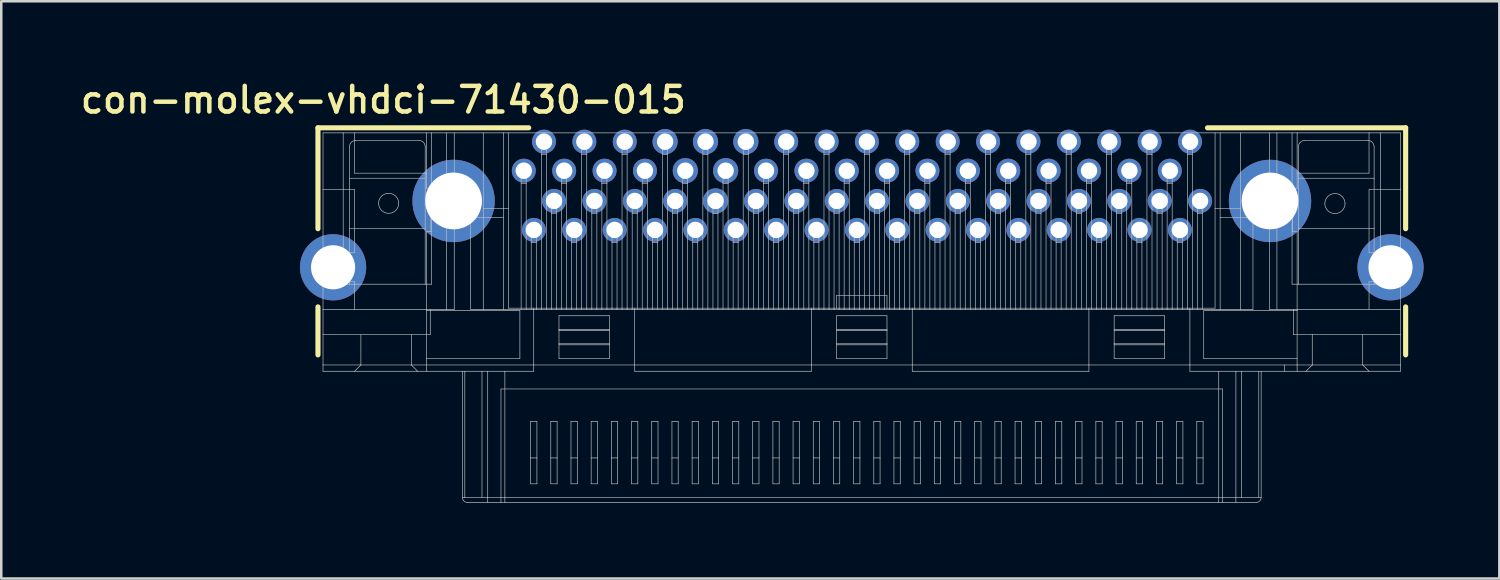
<source format=kicad_pcb>
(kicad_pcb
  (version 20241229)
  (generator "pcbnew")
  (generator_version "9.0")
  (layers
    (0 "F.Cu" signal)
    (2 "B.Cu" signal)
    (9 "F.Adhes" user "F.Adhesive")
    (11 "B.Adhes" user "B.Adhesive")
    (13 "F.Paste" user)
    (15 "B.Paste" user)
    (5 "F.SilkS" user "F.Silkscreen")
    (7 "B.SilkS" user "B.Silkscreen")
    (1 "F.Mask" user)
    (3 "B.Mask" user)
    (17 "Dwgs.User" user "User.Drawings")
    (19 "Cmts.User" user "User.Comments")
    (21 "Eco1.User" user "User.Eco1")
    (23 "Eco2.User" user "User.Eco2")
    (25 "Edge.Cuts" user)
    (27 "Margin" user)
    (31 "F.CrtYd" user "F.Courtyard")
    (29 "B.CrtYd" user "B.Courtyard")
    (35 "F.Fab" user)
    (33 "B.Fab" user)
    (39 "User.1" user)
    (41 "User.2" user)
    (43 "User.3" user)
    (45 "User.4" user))
  (footprint "con-molex-vhdci-71430-015"
    (layer "F.Cu")
    (at 31.098 4.912)
    (property "Reference" "con-molex-vhdci-71430-015" (at -18.959 -4.006 0) (layer "F.SilkS") (effects (font (size 1.016 1.016) (thickness 0.178))))
    (attr exclude_from_pos_files exclude_from_bom)
    (fp_line (start -21.549 -2.898) (end -13.198 -2.898) (stroke (width 0.203) (type solid)) (layer "F.SilkS"))
    (fp_line (start -21.549 1.1) (end -21.549 -2.898) (stroke (width 0.203) (type solid)) (layer "F.SilkS"))
    (fp_line (start -21.549 6.099) (end -21.549 4.199) (stroke (width 0.203) (type solid)) (layer "F.SilkS"))
    (fp_line (start 13.698 -2.898) (end 21.549 -2.898) (stroke (width 0.203) (type solid)) (layer "F.SilkS"))
    (fp_line (start 21.549 -2.898) (end 21.549 1.1) (stroke (width 0.203) (type solid)) (layer "F.SilkS"))
    (fp_line (start 21.549 4.199) (end 21.549 6.099) (stroke (width 0.203) (type solid)) (layer "F.SilkS"))
    (fp_line (start -21.349 -2.697) (end -20.549 -2.697) (stroke (width 0.025) (type solid)) (layer "Dwgs.User"))
    (fp_line (start -21.349 -0.45) (end -21.349 -2.697) (stroke (width 0.025) (type solid)) (layer "Dwgs.User"))
    (fp_line (start -21.349 -0.45) (end -20.099 -0.45) (stroke (width 0.025) (type solid)) (layer "Dwgs.User"))
    (fp_line (start -21.349 4.298) (end -21.349 -0.45) (stroke (width 0.025) (type solid)) (layer "Dwgs.User"))
    (fp_line (start -21.349 4.298) (end -21.349 5.298) (stroke (width 0.025) (type solid)) (layer "Dwgs.User"))
    (fp_line (start -21.349 4.298) (end -20.099 4.298) (stroke (width 0.025) (type solid)) (layer "Dwgs.User"))
    (fp_line (start -21.349 5.298) (end -21.349 6.5) (stroke (width 0.025) (type solid)) (layer "Dwgs.User"))
    (fp_line (start -21.349 5.298) (end -17.099 5.298) (stroke (width 0.025) (type solid)) (layer "Dwgs.User"))
    (fp_line (start -21.349 6.5) (end -21.349 6.749) (stroke (width 0.025) (type solid)) (layer "Dwgs.User"))
    (fp_line (start -21.349 6.5) (end -19.848 6.5) (stroke (width 0.025) (type solid)) (layer "Dwgs.User"))
    (fp_line (start -21.349 6.749) (end -20.099 6.749) (stroke (width 0.025) (type solid)) (layer "Dwgs.User"))
    (fp_line (start -21.1 1.834) (end -20.798 1.834) (stroke (width 0.025) (type solid)) (layer "Dwgs.User"))
    (fp_line (start -21.1 1.836) (end -21.1 1.834) (stroke (width 0.025) (type solid)) (layer "Dwgs.User"))
    (fp_line (start -21.1 1.869) (end -21.1 1.836) (stroke (width 0.025) (type solid)) (layer "Dwgs.User"))
    (fp_line (start -21.1 1.999) (end -21.1 1.869) (stroke (width 0.025) (type solid)) (layer "Dwgs.User"))
    (fp_line (start -21.1 2.055) (end -21.1 1.999) (stroke (width 0.025) (type solid)) (layer "Dwgs.User"))
    (fp_line (start -21.1 2.075) (end -21.1 2.055) (stroke (width 0.025) (type solid)) (layer "Dwgs.User"))
    (fp_line (start -21.1 2.205) (end -21.1 2.075) (stroke (width 0.025) (type solid)) (layer "Dwgs.User"))
    (fp_line (start -21.1 2.416) (end -21.1 2.205) (stroke (width 0.025) (type solid)) (layer "Dwgs.User"))
    (fp_line (start -21.1 2.451) (end -21.1 2.416) (stroke (width 0.025) (type solid)) (layer "Dwgs.User"))
    (fp_line (start -21.1 2.504) (end -21.1 2.451) (stroke (width 0.025) (type solid)) (layer "Dwgs.User"))
    (fp_line (start -21.1 2.753) (end -21.1 2.504) (stroke (width 0.025) (type solid)) (layer "Dwgs.User"))
    (fp_line (start -21.1 2.753) (end -20.798 2.753) (stroke (width 0.025) (type solid)) (layer "Dwgs.User"))
    (fp_line (start -21.1 2.807) (end -21.1 2.753) (stroke (width 0.025) (type solid)) (layer "Dwgs.User"))
    (fp_line (start -21.1 2.842) (end -21.1 2.807) (stroke (width 0.025) (type solid)) (layer "Dwgs.User"))
    (fp_line (start -21.1 3.053) (end -21.1 2.842) (stroke (width 0.025) (type solid)) (layer "Dwgs.User"))
    (fp_line (start -21.1 3.183) (end -21.1 3.053) (stroke (width 0.025) (type solid)) (layer "Dwgs.User"))
    (fp_line (start -21.1 3.203) (end -21.1 3.183) (stroke (width 0.025) (type solid)) (layer "Dwgs.User"))
    (fp_line (start -21.1 3.203) (end -20.099 3.203) (stroke (width 0.025) (type solid)) (layer "Dwgs.User"))
    (fp_line (start -21.1 3.259) (end -21.1 3.203) (stroke (width 0.025) (type solid)) (layer "Dwgs.User"))
    (fp_line (start -21.1 3.388) (end -21.1 3.259) (stroke (width 0.025) (type solid)) (layer "Dwgs.User"))
    (fp_line (start -21.1 3.421) (end -21.1 3.388) (stroke (width 0.025) (type solid)) (layer "Dwgs.User"))
    (fp_line (start -21.1 3.424) (end -21.1 3.421) (stroke (width 0.025) (type solid)) (layer "Dwgs.User"))
    (fp_line (start -21.1 3.424) (end -20.798 3.424) (stroke (width 0.025) (type solid)) (layer "Dwgs.User"))
    (fp_line (start -20.798 1.834) (end -20.798 1.836) (stroke (width 0.025) (type solid)) (layer "Dwgs.User"))
    (fp_line (start -20.798 1.836) (end -21.1 1.836) (stroke (width 0.025) (type solid)) (layer "Dwgs.User"))
    (fp_line (start -20.798 1.836) (end -20.798 1.869) (stroke (width 0.025) (type solid)) (layer "Dwgs.User"))
    (fp_line (start -20.798 1.869) (end -21.1 1.869) (stroke (width 0.025) (type solid)) (layer "Dwgs.User"))
    (fp_line (start -20.798 1.869) (end -20.798 1.999) (stroke (width 0.025) (type solid)) (layer "Dwgs.User"))
    (fp_line (start -20.798 1.999) (end -21.1 1.999) (stroke (width 0.025) (type solid)) (layer "Dwgs.User"))
    (fp_line (start -20.798 1.999) (end -20.798 2.055) (stroke (width 0.025) (type solid)) (layer "Dwgs.User"))
    (fp_line (start -20.798 2.055) (end -21.1 2.055) (stroke (width 0.025) (type solid)) (layer "Dwgs.User"))
    (fp_line (start -20.798 2.055) (end -20.798 2.075) (stroke (width 0.025) (type solid)) (layer "Dwgs.User"))
    (fp_line (start -20.798 2.075) (end -21.1 2.075) (stroke (width 0.025) (type solid)) (layer "Dwgs.User"))
    (fp_line (start -20.798 2.075) (end -20.798 2.205) (stroke (width 0.025) (type solid)) (layer "Dwgs.User"))
    (fp_line (start -20.798 2.205) (end -21.1 2.205) (stroke (width 0.025) (type solid)) (layer "Dwgs.User"))
    (fp_line (start -20.798 2.205) (end -20.798 2.416) (stroke (width 0.025) (type solid)) (layer "Dwgs.User"))
    (fp_line (start -20.798 2.416) (end -21.1 2.416) (stroke (width 0.025) (type solid)) (layer "Dwgs.User"))
    (fp_line (start -20.798 2.416) (end -20.798 2.451) (stroke (width 0.025) (type solid)) (layer "Dwgs.User"))
    (fp_line (start -20.798 2.451) (end -21.1 2.451) (stroke (width 0.025) (type solid)) (layer "Dwgs.User"))
    (fp_line (start -20.798 2.451) (end -20.798 2.504) (stroke (width 0.025) (type solid)) (layer "Dwgs.User"))
    (fp_line (start -20.798 2.504) (end -21.1 2.504) (stroke (width 0.025) (type solid)) (layer "Dwgs.User"))
    (fp_line (start -20.798 2.753) (end -20.798 2.807) (stroke (width 0.025) (type solid)) (layer "Dwgs.User"))
    (fp_line (start -20.798 2.807) (end -21.1 2.807) (stroke (width 0.025) (type solid)) (layer "Dwgs.User"))
    (fp_line (start -20.798 2.807) (end -20.798 2.842) (stroke (width 0.025) (type solid)) (layer "Dwgs.User"))
    (fp_line (start -20.798 2.842) (end -21.1 2.842) (stroke (width 0.025) (type solid)) (layer "Dwgs.User"))
    (fp_line (start -20.798 2.842) (end -20.798 3.053) (stroke (width 0.025) (type solid)) (layer "Dwgs.User"))
    (fp_line (start -20.798 3.053) (end -21.1 3.053) (stroke (width 0.025) (type solid)) (layer "Dwgs.User"))
    (fp_line (start -20.798 3.053) (end -20.798 3.183) (stroke (width 0.025) (type solid)) (layer "Dwgs.User"))
    (fp_line (start -20.798 3.183) (end -21.1 3.183) (stroke (width 0.025) (type solid)) (layer "Dwgs.User"))
    (fp_line (start -20.798 3.183) (end -20.798 3.259) (stroke (width 0.025) (type solid)) (layer "Dwgs.User"))
    (fp_line (start -20.798 3.259) (end -21.1 3.259) (stroke (width 0.025) (type solid)) (layer "Dwgs.User"))
    (fp_line (start -20.798 3.259) (end -20.798 3.388) (stroke (width 0.025) (type solid)) (layer "Dwgs.User"))
    (fp_line (start -20.798 3.388) (end -21.1 3.388) (stroke (width 0.025) (type solid)) (layer "Dwgs.User"))
    (fp_line (start -20.798 3.388) (end -20.798 3.421) (stroke (width 0.025) (type solid)) (layer "Dwgs.User"))
    (fp_line (start -20.798 3.421) (end -21.1 3.421) (stroke (width 0.025) (type solid)) (layer "Dwgs.User"))
    (fp_line (start -20.798 3.421) (end -20.798 3.424) (stroke (width 0.025) (type solid)) (layer "Dwgs.User"))
    (fp_line (start -20.549 -2.697) (end -20.549 3.299) (stroke (width 0.025) (type solid)) (layer "Dwgs.User"))
    (fp_line (start -20.549 -2.697) (end -20.099 -2.697) (stroke (width 0.025) (type solid)) (layer "Dwgs.User"))
    (fp_line (start -20.549 3.299) (end -20.3 3.299) (stroke (width 0.025) (type solid)) (layer "Dwgs.User"))
    (fp_line (start -20.3 -0.899) (end -17.3 -0.899) (stroke (width 0.025) (type solid)) (layer "Dwgs.User"))
    (fp_line (start -20.3 1.1) (end -17.3 1.1) (stroke (width 0.025) (type solid)) (layer "Dwgs.User"))
    (fp_line (start -20.3 3.299) (end -20.3 -2.149) (stroke (width 0.025) (type solid)) (layer "Dwgs.User"))
    (fp_line (start -20.3 3.299) (end -17.3 3.299) (stroke (width 0.025) (type solid)) (layer "Dwgs.User"))
    (fp_line (start -20.099 -2.697) (end -20.099 -1.1) (stroke (width 0.025) (type solid)) (layer "Dwgs.User"))
    (fp_line (start -20.099 -2.697) (end -17.249 -2.697) (stroke (width 0.025) (type solid)) (layer "Dwgs.User"))
    (fp_line (start -20.099 -1.1) (end -17.249 -1.1) (stroke (width 0.025) (type solid)) (layer "Dwgs.User"))
    (fp_line (start -20.099 2.055) (end -20.798 2.055) (stroke (width 0.025) (type solid)) (layer "Dwgs.User"))
    (fp_line (start -20.099 2.055) (end -20.099 -0.45) (stroke (width 0.025) (type solid)) (layer "Dwgs.User"))
    (fp_line (start -20.099 4.298) (end -20.099 3.203) (stroke (width 0.025) (type solid)) (layer "Dwgs.User"))
    (fp_line (start -20.099 4.298) (end -17.249 4.298) (stroke (width 0.025) (type solid)) (layer "Dwgs.User"))
    (fp_line (start -20.099 6.749) (end -19.848 6.5) (stroke (width 0.025) (type solid)) (layer "Dwgs.User"))
    (fp_line (start -20.099 6.749) (end -17.6 6.749) (stroke (width 0.025) (type solid)) (layer "Dwgs.User"))
    (fp_line (start -19.848 6.5) (end -19.848 5.298) (stroke (width 0.025) (type solid)) (layer "Dwgs.User"))
    (fp_line (start -19.848 6.5) (end -17.849 6.5) (stroke (width 0.025) (type solid)) (layer "Dwgs.User"))
    (fp_line (start -17.849 6.5) (end -17.849 5.298) (stroke (width 0.025) (type solid)) (layer "Dwgs.User"))
    (fp_line (start -17.849 6.5) (end -13 6.5) (stroke (width 0.025) (type solid)) (layer "Dwgs.User"))
    (fp_line (start -17.6 6.749) (end -17.849 6.5) (stroke (width 0.025) (type solid)) (layer "Dwgs.User"))
    (fp_line (start -17.6 6.749) (end -17.249 6.749) (stroke (width 0.025) (type solid)) (layer "Dwgs.User"))
    (fp_line (start -17.549 -2.398) (end -20.048 -2.398) (stroke (width 0.025) (type solid)) (layer "Dwgs.User"))
    (fp_line (start -17.3 3.299) (end -17.3 -2.149) (stroke (width 0.025) (type solid)) (layer "Dwgs.User"))
    (fp_line (start -17.3 3.299) (end -17.048 3.299) (stroke (width 0.025) (type solid)) (layer "Dwgs.User"))
    (fp_line (start -17.249 -2.697) (end -17.249 -1.1) (stroke (width 0.025) (type solid)) (layer "Dwgs.User"))
    (fp_line (start -17.249 -2.697) (end -17.048 -2.697) (stroke (width 0.025) (type solid)) (layer "Dwgs.User"))
    (fp_line (start -17.249 -1.1) (end -17.249 -0.498) (stroke (width 0.025) (type solid)) (layer "Dwgs.User"))
    (fp_line (start -17.249 -0.498) (end -16.449 -0.498) (stroke (width 0.025) (type solid)) (layer "Dwgs.User"))
    (fp_line (start -17.249 1.219) (end -17.249 4.298) (stroke (width 0.025) (type solid)) (layer "Dwgs.User"))
    (fp_line (start -17.249 4.298) (end -17.099 4.298) (stroke (width 0.025) (type solid)) (layer "Dwgs.User"))
    (fp_line (start -17.249 4.348) (end -17.249 4.298) (stroke (width 0.025) (type solid)) (layer "Dwgs.User"))
    (fp_line (start -17.249 4.348) (end -17.249 6.248) (stroke (width 0.025) (type solid)) (layer "Dwgs.User"))
    (fp_line (start -17.249 4.348) (end -13.548 4.348) (stroke (width 0.025) (type solid)) (layer "Dwgs.User"))
    (fp_line (start -17.249 6.248) (end -17.249 6.749) (stroke (width 0.025) (type solid)) (layer "Dwgs.User"))
    (fp_line (start -17.249 6.749) (end -15.824 6.749) (stroke (width 0.025) (type solid)) (layer "Dwgs.User"))
    (fp_line (start -17.099 4.298) (end -17.099 5.298) (stroke (width 0.025) (type solid)) (layer "Dwgs.User"))
    (fp_line (start -17.099 4.298) (end -16.449 4.298) (stroke (width 0.025) (type solid)) (layer "Dwgs.User"))
    (fp_line (start -17.074 0.498) (end -17.074 1.219) (stroke (width 0.025) (type solid)) (layer "Dwgs.User"))
    (fp_line (start -17.074 1.219) (end -17.249 1.219) (stroke (width 0.025) (type solid)) (layer "Dwgs.User"))
    (fp_line (start -17.048 -2.697) (end -17.048 3.299) (stroke (width 0.025) (type solid)) (layer "Dwgs.User"))
    (fp_line (start -17.048 -2.697) (end -16.449 -2.697) (stroke (width 0.025) (type solid)) (layer "Dwgs.User"))
    (fp_line (start -16.449 -2.697) (end -16.449 -0.498) (stroke (width 0.025) (type solid)) (layer "Dwgs.User"))
    (fp_line (start -16.449 -2.697) (end -16.149 -2.697) (stroke (width 0.025) (type solid)) (layer "Dwgs.User"))
    (fp_line (start -16.449 -0.498) (end -16.373 -0.498) (stroke (width 0.025) (type solid)) (layer "Dwgs.User"))
    (fp_line (start -16.449 0.498) (end -17.074 0.498) (stroke (width 0.025) (type solid)) (layer "Dwgs.User"))
    (fp_line (start -16.449 4.298) (end -16.449 0.498) (stroke (width 0.025) (type solid)) (layer "Dwgs.User"))
    (fp_line (start -16.449 4.298) (end -16.149 4.298) (stroke (width 0.025) (type solid)) (layer "Dwgs.User"))
    (fp_line (start -16.373 -0.498) (end -16.373 -0.267) (stroke (width 0.025) (type solid)) (layer "Dwgs.User"))
    (fp_line (start -16.373 -0.498) (end -16.175 -0.498) (stroke (width 0.025) (type solid)) (layer "Dwgs.User"))
    (fp_line (start -16.373 -0.3) (end -16.185 -0.3) (stroke (width 0.025) (type solid)) (layer "Dwgs.User"))
    (fp_line (start -16.373 -0.267) (end -16.373 -0.15) (stroke (width 0.025) (type solid)) (layer "Dwgs.User"))
    (fp_line (start -16.373 -0.267) (end -16.175 -0.267) (stroke (width 0.025) (type solid)) (layer "Dwgs.User"))
    (fp_line (start -16.373 -0.15) (end -16.373 -0.081) (stroke (width 0.025) (type solid)) (layer "Dwgs.User"))
    (fp_line (start -16.373 -0.15) (end -16.185 -0.15) (stroke (width 0.025) (type solid)) (layer "Dwgs.User"))
    (fp_line (start -16.373 -0.081) (end -16.373 0.081) (stroke (width 0.025) (type solid)) (layer "Dwgs.User"))
    (fp_line (start -16.373 -0.081) (end -16.175 -0.081) (stroke (width 0.025) (type solid)) (layer "Dwgs.User"))
    (fp_line (start -16.373 0.081) (end -16.373 0.15) (stroke (width 0.025) (type solid)) (layer "Dwgs.User"))
    (fp_line (start -16.373 0.081) (end -16.175 0.081) (stroke (width 0.025) (type solid)) (layer "Dwgs.User"))
    (fp_line (start -16.373 0.15) (end -16.373 0.267) (stroke (width 0.025) (type solid)) (layer "Dwgs.User"))
    (fp_line (start -16.373 0.15) (end -16.185 0.15) (stroke (width 0.025) (type solid)) (layer "Dwgs.User"))
    (fp_line (start -16.373 0.267) (end -16.373 0.3) (stroke (width 0.025) (type solid)) (layer "Dwgs.User"))
    (fp_line (start -16.373 0.267) (end -16.175 0.267) (stroke (width 0.025) (type solid)) (layer "Dwgs.User"))
    (fp_line (start -16.373 0.3) (end -16.373 0.498) (stroke (width 0.025) (type solid)) (layer "Dwgs.User"))
    (fp_line (start -16.373 0.3) (end -16.185 0.3) (stroke (width 0.025) (type solid)) (layer "Dwgs.User"))
    (fp_line (start -16.373 0.498) (end -16.449 0.498) (stroke (width 0.025) (type solid)) (layer "Dwgs.User"))
    (fp_line (start -16.185 -0.15) (end -16.185 -0.3) (stroke (width 0.025) (type solid)) (layer "Dwgs.User"))
    (fp_line (start -16.185 0.15) (end -16.185 -0.15) (stroke (width 0.025) (type solid)) (layer "Dwgs.User"))
    (fp_line (start -16.185 0.3) (end -16.185 0.15) (stroke (width 0.025) (type solid)) (layer "Dwgs.User"))
    (fp_line (start -16.175 -0.343) (end -16.175 -0.498) (stroke (width 0.025) (type solid)) (layer "Dwgs.User"))
    (fp_line (start -16.175 -0.267) (end -16.175 -0.343) (stroke (width 0.025) (type solid)) (layer "Dwgs.User"))
    (fp_line (start -16.175 -0.145) (end -16.175 -0.267) (stroke (width 0.025) (type solid)) (layer "Dwgs.User"))
    (fp_line (start -16.175 -0.081) (end -16.175 -0.145) (stroke (width 0.025) (type solid)) (layer "Dwgs.User"))
    (fp_line (start -16.175 0.081) (end -16.175 -0.081) (stroke (width 0.025) (type solid)) (layer "Dwgs.User"))
    (fp_line (start -16.175 0.145) (end -16.175 0.081) (stroke (width 0.025) (type solid)) (layer "Dwgs.User"))
    (fp_line (start -16.175 0.267) (end -16.175 0.145) (stroke (width 0.025) (type solid)) (layer "Dwgs.User"))
    (fp_line (start -16.175 0.343) (end -16.175 0.267) (stroke (width 0.025) (type solid)) (layer "Dwgs.User"))
    (fp_line (start -16.175 0.498) (end -16.373 0.498) (stroke (width 0.025) (type solid)) (layer "Dwgs.User"))
    (fp_line (start -16.175 0.498) (end -16.175 0.343) (stroke (width 0.025) (type solid)) (layer "Dwgs.User"))
    (fp_line (start -16.149 -2.697) (end -16.149 4.298) (stroke (width 0.025) (type solid)) (layer "Dwgs.User"))
    (fp_line (start -16.149 -2.697) (end -14.999 -2.697) (stroke (width 0.025) (type solid)) (layer "Dwgs.User"))
    (fp_line (start -15.974 -0.343) (end -16.175 -0.343) (stroke (width 0.025) (type solid)) (layer "Dwgs.User"))
    (fp_line (start -15.974 -0.343) (end -15.974 -0.145) (stroke (width 0.025) (type solid)) (layer "Dwgs.User"))
    (fp_line (start -15.974 -0.145) (end -16.175 -0.145) (stroke (width 0.025) (type solid)) (layer "Dwgs.User"))
    (fp_line (start -15.974 -0.145) (end -15.974 0.145) (stroke (width 0.025) (type solid)) (layer "Dwgs.User"))
    (fp_line (start -15.974 0.145) (end -16.175 0.145) (stroke (width 0.025) (type solid)) (layer "Dwgs.User"))
    (fp_line (start -15.974 0.145) (end -15.974 0.343) (stroke (width 0.025) (type solid)) (layer "Dwgs.User"))
    (fp_line (start -15.974 0.343) (end -16.175 0.343) (stroke (width 0.025) (type solid)) (layer "Dwgs.User"))
    (fp_line (start -15.824 6.749) (end -15.824 11.748) (stroke (width 0.025) (type solid)) (layer "Dwgs.User"))
    (fp_line (start -15.824 6.749) (end -15.73 6.749) (stroke (width 0.025) (type solid)) (layer "Dwgs.User"))
    (fp_line (start -15.73 6.749) (end -15.73 11.748) (stroke (width 0.025) (type solid)) (layer "Dwgs.User"))
    (fp_line (start -15.73 6.749) (end -15.05 6.749) (stroke (width 0.025) (type solid)) (layer "Dwgs.User"))
    (fp_line (start -15.73 11.748) (end -15.824 11.748) (stroke (width 0.025) (type solid)) (layer "Dwgs.User"))
    (fp_line (start -15.499 0.648) (end -14.199 0.648) (stroke (width 0.025) (type solid)) (layer "Dwgs.User"))
    (fp_line (start -15.499 4.298) (end -15.499 0.648) (stroke (width 0.025) (type solid)) (layer "Dwgs.User"))
    (fp_line (start -15.05 6.749) (end -15.05 11.748) (stroke (width 0.025) (type solid)) (layer "Dwgs.User"))
    (fp_line (start -15.05 6.749) (end -14.823 6.749) (stroke (width 0.025) (type solid)) (layer "Dwgs.User"))
    (fp_line (start -15.05 11.748) (end -15.73 11.748) (stroke (width 0.025) (type solid)) (layer "Dwgs.User"))
    (fp_line (start -14.999 -2.697) (end -14.999 4.298) (stroke (width 0.025) (type solid)) (layer "Dwgs.User"))
    (fp_line (start -14.999 -2.697) (end -14.199 -2.697) (stroke (width 0.025) (type solid)) (layer "Dwgs.User"))
    (fp_line (start -14.999 0.3) (end -13.998 0.3) (stroke (width 0.025) (type solid)) (layer "Dwgs.User"))
    (fp_line (start -14.999 4.298) (end -15.499 4.298) (stroke (width 0.025) (type solid)) (layer "Dwgs.User"))
    (fp_line (start -14.999 4.298) (end -14.199 4.298) (stroke (width 0.025) (type solid)) (layer "Dwgs.User"))
    (fp_line (start -14.823 6.749) (end -14.823 11.748) (stroke (width 0.025) (type solid)) (layer "Dwgs.User"))
    (fp_line (start -14.823 6.749) (end -14.143 6.749) (stroke (width 0.025) (type solid)) (layer "Dwgs.User"))
    (fp_line (start -14.823 11.748) (end -15.05 11.748) (stroke (width 0.025) (type solid)) (layer "Dwgs.User"))
    (fp_line (start -14.823 11.948) (end -15.624 11.948) (stroke (width 0.025) (type solid)) (layer "Dwgs.User"))
    (fp_line (start -14.823 11.948) (end -14.823 11.748) (stroke (width 0.025) (type solid)) (layer "Dwgs.User"))
    (fp_line (start -14.298 11.948) (end -14.823 11.948) (stroke (width 0.025) (type solid)) (layer "Dwgs.User"))
    (fp_line (start -14.298 11.948) (end -14.298 7.45) (stroke (width 0.025) (type solid)) (layer "Dwgs.User"))
    (fp_line (start -14.199 -2.697) (end -14.199 0.648) (stroke (width 0.025) (type solid)) (layer "Dwgs.User"))
    (fp_line (start -14.199 -2.697) (end -13.998 -2.697) (stroke (width 0.025) (type solid)) (layer "Dwgs.User"))
    (fp_line (start -14.199 0.648) (end -14.199 4.298) (stroke (width 0.025) (type solid)) (layer "Dwgs.User"))
    (fp_line (start -14.199 4.298) (end -13.299 4.298) (stroke (width 0.025) (type solid)) (layer "Dwgs.User"))
    (fp_line (start -14.143 6.749) (end -14.143 11.748) (stroke (width 0.025) (type solid)) (layer "Dwgs.User"))
    (fp_line (start -14.143 6.749) (end -13 6.749) (stroke (width 0.025) (type solid)) (layer "Dwgs.User"))
    (fp_line (start -14.143 11.748) (end -14.823 11.748) (stroke (width 0.025) (type solid)) (layer "Dwgs.User"))
    (fp_line (start -14.143 11.948) (end -14.298 11.948) (stroke (width 0.025) (type solid)) (layer "Dwgs.User"))
    (fp_line (start -14.143 11.948) (end -14.143 11.748) (stroke (width 0.025) (type solid)) (layer "Dwgs.User"))
    (fp_line (start -13.998 -2.697) (end -13.998 0.3) (stroke (width 0.025) (type solid)) (layer "Dwgs.User"))
    (fp_line (start -13.998 -2.697) (end 13.998 -2.697) (stroke (width 0.025) (type solid)) (layer "Dwgs.User"))
    (fp_line (start -13.998 0.3) (end -13.998 4.249) (stroke (width 0.025) (type solid)) (layer "Dwgs.User"))
    (fp_line (start -13.548 4.348) (end -13.548 6.248) (stroke (width 0.025) (type solid)) (layer "Dwgs.User"))
    (fp_line (start -13.548 6.248) (end -17.249 6.248) (stroke (width 0.025) (type solid)) (layer "Dwgs.User"))
    (fp_line (start -13.498 -1.199) (end -13.498 -0.998) (stroke (width 0.025) (type solid)) (layer "Dwgs.User"))
    (fp_line (start -13.498 -1.199) (end -13.299 -1.199) (stroke (width 0.025) (type solid)) (layer "Dwgs.User"))
    (fp_line (start -13.498 -0.998) (end -13.498 -0.699) (stroke (width 0.025) (type solid)) (layer "Dwgs.User"))
    (fp_line (start -13.498 -0.998) (end -13.299 -0.998) (stroke (width 0.025) (type solid)) (layer "Dwgs.User"))
    (fp_line (start -13.498 -0.699) (end -13.498 4.298) (stroke (width 0.025) (type solid)) (layer "Dwgs.User"))
    (fp_line (start -13.498 -0.699) (end -13.299 -0.699) (stroke (width 0.025) (type solid)) (layer "Dwgs.User"))
    (fp_line (start -13.492 -1.298) (end -13.294 -1.298) (stroke (width 0.025) (type solid)) (layer "Dwgs.User"))
    (fp_line (start -13.492 -0.899) (end -13.492 -1.298) (stroke (width 0.025) (type solid)) (layer "Dwgs.User"))
    (fp_line (start -13.299 -1.199) (end -13.299 -0.998) (stroke (width 0.025) (type solid)) (layer "Dwgs.User"))
    (fp_line (start -13.299 -0.998) (end -13.299 -0.699) (stroke (width 0.025) (type solid)) (layer "Dwgs.User"))
    (fp_line (start -13.299 -0.699) (end -13.299 4.298) (stroke (width 0.025) (type solid)) (layer "Dwgs.User"))
    (fp_line (start -13.299 4.298) (end -13 4.298) (stroke (width 0.025) (type solid)) (layer "Dwgs.User"))
    (fp_line (start -13.294 -1.298) (end -13.294 -0.899) (stroke (width 0.025) (type solid)) (layer "Dwgs.User"))
    (fp_line (start -13.294 -0.899) (end -13.492 -0.899) (stroke (width 0.025) (type solid)) (layer "Dwgs.User"))
    (fp_line (start -13.124 8.735) (end -13.124 10.183) (stroke (width 0.025) (type solid)) (layer "Dwgs.User"))
    (fp_line (start -13.124 8.735) (end -12.873 8.735) (stroke (width 0.025) (type solid)) (layer "Dwgs.User"))
    (fp_line (start -13.124 10.183) (end -13.124 11.209) (stroke (width 0.025) (type solid)) (layer "Dwgs.User"))
    (fp_line (start -13.124 10.183) (end -12.873 10.183) (stroke (width 0.025) (type solid)) (layer "Dwgs.User"))
    (fp_line (start -13.124 11.209) (end -12.873 11.209) (stroke (width 0.025) (type solid)) (layer "Dwgs.User"))
    (fp_line (start -13.099 1.148) (end -13.099 1.349) (stroke (width 0.025) (type solid)) (layer "Dwgs.User"))
    (fp_line (start -13.099 1.148) (end -12.898 1.148) (stroke (width 0.025) (type solid)) (layer "Dwgs.User"))
    (fp_line (start -13.099 1.349) (end -13.099 1.648) (stroke (width 0.025) (type solid)) (layer "Dwgs.User"))
    (fp_line (start -13.099 1.349) (end -12.898 1.349) (stroke (width 0.025) (type solid)) (layer "Dwgs.User"))
    (fp_line (start -13.099 1.648) (end -13.099 4.298) (stroke (width 0.025) (type solid)) (layer "Dwgs.User"))
    (fp_line (start -13.099 1.648) (end -12.898 1.648) (stroke (width 0.025) (type solid)) (layer "Dwgs.User"))
    (fp_line (start -13.094 1.049) (end -12.893 1.049) (stroke (width 0.025) (type solid)) (layer "Dwgs.User"))
    (fp_line (start -13.094 1.448) (end -13.094 1.049) (stroke (width 0.025) (type solid)) (layer "Dwgs.User"))
    (fp_line (start -13 4.249) (end -13.998 4.249) (stroke (width 0.025) (type solid)) (layer "Dwgs.User"))
    (fp_line (start -13 4.298) (end -13 4.249) (stroke (width 0.025) (type solid)) (layer "Dwgs.User"))
    (fp_line (start -13 4.298) (end -12.898 4.298) (stroke (width 0.025) (type solid)) (layer "Dwgs.User"))
    (fp_line (start -13 6.5) (end -13 4.298) (stroke (width 0.025) (type solid)) (layer "Dwgs.User"))
    (fp_line (start -13 6.5) (end -13 6.749) (stroke (width 0.025) (type solid)) (layer "Dwgs.User"))
    (fp_line (start -13 6.5) (end -8.999 6.5) (stroke (width 0.025) (type solid)) (layer "Dwgs.User"))
    (fp_line (start -12.898 1.148) (end -12.898 1.349) (stroke (width 0.025) (type solid)) (layer "Dwgs.User"))
    (fp_line (start -12.898 1.349) (end -12.898 1.648) (stroke (width 0.025) (type solid)) (layer "Dwgs.User"))
    (fp_line (start -12.898 1.648) (end -12.898 4.249) (stroke (width 0.025) (type solid)) (layer "Dwgs.User"))
    (fp_line (start -12.898 4.249) (end -13 4.249) (stroke (width 0.025) (type solid)) (layer "Dwgs.User"))
    (fp_line (start -12.898 4.249) (end -12.898 4.298) (stroke (width 0.025) (type solid)) (layer "Dwgs.User"))
    (fp_line (start -12.898 4.249) (end -12.697 4.249) (stroke (width 0.025) (type solid)) (layer "Dwgs.User"))
    (fp_line (start -12.898 4.298) (end -12.697 4.298) (stroke (width 0.025) (type solid)) (layer "Dwgs.User"))
    (fp_line (start -12.893 1.049) (end -12.893 1.448) (stroke (width 0.025) (type solid)) (layer "Dwgs.User"))
    (fp_line (start -12.893 1.448) (end -13.094 1.448) (stroke (width 0.025) (type solid)) (layer "Dwgs.User"))
    (fp_line (start -12.873 8.735) (end -12.873 10.183) (stroke (width 0.025) (type solid)) (layer "Dwgs.User"))
    (fp_line (start -12.873 10.183) (end -12.873 11.209) (stroke (width 0.025) (type solid)) (layer "Dwgs.User"))
    (fp_line (start -12.697 -2.349) (end -12.697 -2.149) (stroke (width 0.025) (type solid)) (layer "Dwgs.User"))
    (fp_line (start -12.697 -2.349) (end -12.499 -2.349) (stroke (width 0.025) (type solid)) (layer "Dwgs.User"))
    (fp_line (start -12.697 -2.149) (end -12.697 -1.849) (stroke (width 0.025) (type solid)) (layer "Dwgs.User"))
    (fp_line (start -12.697 -2.149) (end -12.499 -2.149) (stroke (width 0.025) (type solid)) (layer "Dwgs.User"))
    (fp_line (start -12.697 -1.849) (end -12.697 4.249) (stroke (width 0.025) (type solid)) (layer "Dwgs.User"))
    (fp_line (start -12.697 -1.849) (end -12.499 -1.849) (stroke (width 0.025) (type solid)) (layer "Dwgs.User"))
    (fp_line (start -12.697 4.249) (end -12.697 4.298) (stroke (width 0.025) (type solid)) (layer "Dwgs.User"))
    (fp_line (start -12.697 4.249) (end -12.499 4.249) (stroke (width 0.025) (type solid)) (layer "Dwgs.User"))
    (fp_line (start -12.697 4.298) (end -12.499 4.298) (stroke (width 0.025) (type solid)) (layer "Dwgs.User"))
    (fp_line (start -12.695 -2.449) (end -12.494 -2.449) (stroke (width 0.025) (type solid)) (layer "Dwgs.User"))
    (fp_line (start -12.695 -2.05) (end -12.695 -2.449) (stroke (width 0.025) (type solid)) (layer "Dwgs.User"))
    (fp_line (start -12.499 -2.349) (end -12.499 -2.149) (stroke (width 0.025) (type solid)) (layer "Dwgs.User"))
    (fp_line (start -12.499 -2.149) (end -12.499 -1.849) (stroke (width 0.025) (type solid)) (layer "Dwgs.User"))
    (fp_line (start -12.499 -1.849) (end -12.499 4.249) (stroke (width 0.025) (type solid)) (layer "Dwgs.User"))
    (fp_line (start -12.499 4.249) (end -12.499 4.298) (stroke (width 0.025) (type solid)) (layer "Dwgs.User"))
    (fp_line (start -12.499 4.249) (end -12.299 4.249) (stroke (width 0.025) (type solid)) (layer "Dwgs.User"))
    (fp_line (start -12.499 4.298) (end -12.299 4.298) (stroke (width 0.025) (type solid)) (layer "Dwgs.User"))
    (fp_line (start -12.494 -2.449) (end -12.494 -2.05) (stroke (width 0.025) (type solid)) (layer "Dwgs.User"))
    (fp_line (start -12.494 -2.05) (end -12.695 -2.05) (stroke (width 0.025) (type solid)) (layer "Dwgs.User"))
    (fp_line (start -12.324 8.735) (end -12.324 10.183) (stroke (width 0.025) (type solid)) (layer "Dwgs.User"))
    (fp_line (start -12.324 8.735) (end -12.073 8.735) (stroke (width 0.025) (type solid)) (layer "Dwgs.User"))
    (fp_line (start -12.324 10.183) (end -12.324 11.209) (stroke (width 0.025) (type solid)) (layer "Dwgs.User"))
    (fp_line (start -12.324 10.183) (end -12.073 10.183) (stroke (width 0.025) (type solid)) (layer "Dwgs.User"))
    (fp_line (start -12.324 11.209) (end -12.073 11.209) (stroke (width 0.025) (type solid)) (layer "Dwgs.User"))
    (fp_line (start -12.299 0) (end -12.299 0.198) (stroke (width 0.025) (type solid)) (layer "Dwgs.User"))
    (fp_line (start -12.299 0) (end -12.098 0) (stroke (width 0.025) (type solid)) (layer "Dwgs.User"))
    (fp_line (start -12.299 0.198) (end -12.299 0.498) (stroke (width 0.025) (type solid)) (layer "Dwgs.User"))
    (fp_line (start -12.299 0.198) (end -12.098 0.198) (stroke (width 0.025) (type solid)) (layer "Dwgs.User"))
    (fp_line (start -12.299 0.498) (end -12.299 4.249) (stroke (width 0.025) (type solid)) (layer "Dwgs.User"))
    (fp_line (start -12.299 0.498) (end -12.098 0.498) (stroke (width 0.025) (type solid)) (layer "Dwgs.User"))
    (fp_line (start -12.299 4.249) (end -12.299 4.298) (stroke (width 0.025) (type solid)) (layer "Dwgs.User"))
    (fp_line (start -12.299 4.249) (end -12.098 4.249) (stroke (width 0.025) (type solid)) (layer "Dwgs.User"))
    (fp_line (start -12.299 4.298) (end -12.098 4.298) (stroke (width 0.025) (type solid)) (layer "Dwgs.User"))
    (fp_line (start -12.294 -0.099) (end -12.093 -0.099) (stroke (width 0.025) (type solid)) (layer "Dwgs.User"))
    (fp_line (start -12.294 0.3) (end -12.294 -0.099) (stroke (width 0.025) (type solid)) (layer "Dwgs.User"))
    (fp_line (start -12.098 0) (end -12.098 0.198) (stroke (width 0.025) (type solid)) (layer "Dwgs.User"))
    (fp_line (start -12.098 0.198) (end -12.098 0.498) (stroke (width 0.025) (type solid)) (layer "Dwgs.User"))
    (fp_line (start -12.098 0.498) (end -12.098 4.249) (stroke (width 0.025) (type solid)) (layer "Dwgs.User"))
    (fp_line (start -12.098 4.249) (end -12.098 4.298) (stroke (width 0.025) (type solid)) (layer "Dwgs.User"))
    (fp_line (start -12.098 4.249) (end -11.9 4.249) (stroke (width 0.025) (type solid)) (layer "Dwgs.User"))
    (fp_line (start -12.098 4.298) (end -11.9 4.298) (stroke (width 0.025) (type solid)) (layer "Dwgs.User"))
    (fp_line (start -12.093 -0.099) (end -12.093 0.3) (stroke (width 0.025) (type solid)) (layer "Dwgs.User"))
    (fp_line (start -12.093 0.3) (end -12.294 0.3) (stroke (width 0.025) (type solid)) (layer "Dwgs.User"))
    (fp_line (start -12.073 8.735) (end -12.073 10.183) (stroke (width 0.025) (type solid)) (layer "Dwgs.User"))
    (fp_line (start -12.073 10.183) (end -12.073 11.209) (stroke (width 0.025) (type solid)) (layer "Dwgs.User"))
    (fp_line (start -11.999 4.549) (end -11.999 5.098) (stroke (width 0.025) (type solid)) (layer "Dwgs.User"))
    (fp_line (start -11.999 5.098) (end -11.999 5.138) (stroke (width 0.025) (type solid)) (layer "Dwgs.User"))
    (fp_line (start -11.999 5.098) (end -10 5.098) (stroke (width 0.025) (type solid)) (layer "Dwgs.User"))
    (fp_line (start -11.999 5.138) (end -11.999 5.659) (stroke (width 0.025) (type solid)) (layer "Dwgs.User"))
    (fp_line (start -11.999 5.659) (end -11.999 5.7) (stroke (width 0.025) (type solid)) (layer "Dwgs.User"))
    (fp_line (start -11.999 5.7) (end -11.999 6.248) (stroke (width 0.025) (type solid)) (layer "Dwgs.User"))
    (fp_line (start -11.999 5.7) (end -10 5.7) (stroke (width 0.025) (type solid)) (layer "Dwgs.User"))
    (fp_line (start -11.999 6.248) (end -10 6.248) (stroke (width 0.025) (type solid)) (layer "Dwgs.User"))
    (fp_line (start -11.9 -1.199) (end -11.9 -0.998) (stroke (width 0.025) (type solid)) (layer "Dwgs.User"))
    (fp_line (start -11.9 -1.199) (end -11.699 -1.199) (stroke (width 0.025) (type solid)) (layer "Dwgs.User"))
    (fp_line (start -11.9 -0.998) (end -11.9 -0.699) (stroke (width 0.025) (type solid)) (layer "Dwgs.User"))
    (fp_line (start -11.9 -0.998) (end -11.699 -0.998) (stroke (width 0.025) (type solid)) (layer "Dwgs.User"))
    (fp_line (start -11.9 -0.699) (end -11.9 4.249) (stroke (width 0.025) (type solid)) (layer "Dwgs.User"))
    (fp_line (start -11.9 -0.699) (end -11.699 -0.699) (stroke (width 0.025) (type solid)) (layer "Dwgs.User"))
    (fp_line (start -11.9 4.249) (end -11.9 4.298) (stroke (width 0.025) (type solid)) (layer "Dwgs.User"))
    (fp_line (start -11.9 4.249) (end -11.699 4.249) (stroke (width 0.025) (type solid)) (layer "Dwgs.User"))
    (fp_line (start -11.9 4.298) (end -11.699 4.298) (stroke (width 0.025) (type solid)) (layer "Dwgs.User"))
    (fp_line (start -11.895 -1.298) (end -11.694 -1.298) (stroke (width 0.025) (type solid)) (layer "Dwgs.User"))
    (fp_line (start -11.895 -0.899) (end -11.895 -1.298) (stroke (width 0.025) (type solid)) (layer "Dwgs.User"))
    (fp_line (start -11.699 -1.199) (end -11.699 -0.998) (stroke (width 0.025) (type solid)) (layer "Dwgs.User"))
    (fp_line (start -11.699 -0.998) (end -11.699 -0.699) (stroke (width 0.025) (type solid)) (layer "Dwgs.User"))
    (fp_line (start -11.699 -0.699) (end -11.699 4.249) (stroke (width 0.025) (type solid)) (layer "Dwgs.User"))
    (fp_line (start -11.699 4.249) (end -11.699 4.298) (stroke (width 0.025) (type solid)) (layer "Dwgs.User"))
    (fp_line (start -11.699 4.249) (end -11.499 4.249) (stroke (width 0.025) (type solid)) (layer "Dwgs.User"))
    (fp_line (start -11.699 4.298) (end -11.499 4.298) (stroke (width 0.025) (type solid)) (layer "Dwgs.User"))
    (fp_line (start -11.694 -1.298) (end -11.694 -0.899) (stroke (width 0.025) (type solid)) (layer "Dwgs.User"))
    (fp_line (start -11.694 -0.899) (end -11.895 -0.899) (stroke (width 0.025) (type solid)) (layer "Dwgs.User"))
    (fp_line (start -11.524 8.735) (end -11.524 10.183) (stroke (width 0.025) (type solid)) (layer "Dwgs.User"))
    (fp_line (start -11.524 8.735) (end -11.273 8.735) (stroke (width 0.025) (type solid)) (layer "Dwgs.User"))
    (fp_line (start -11.524 10.183) (end -11.524 11.209) (stroke (width 0.025) (type solid)) (layer "Dwgs.User"))
    (fp_line (start -11.524 10.183) (end -11.273 10.183) (stroke (width 0.025) (type solid)) (layer "Dwgs.User"))
    (fp_line (start -11.524 11.209) (end -11.273 11.209) (stroke (width 0.025) (type solid)) (layer "Dwgs.User"))
    (fp_line (start -11.499 1.148) (end -11.499 1.349) (stroke (width 0.025) (type solid)) (layer "Dwgs.User"))
    (fp_line (start -11.499 1.148) (end -11.298 1.148) (stroke (width 0.025) (type solid)) (layer "Dwgs.User"))
    (fp_line (start -11.499 1.349) (end -11.499 1.648) (stroke (width 0.025) (type solid)) (layer "Dwgs.User"))
    (fp_line (start -11.499 1.349) (end -11.298 1.349) (stroke (width 0.025) (type solid)) (layer "Dwgs.User"))
    (fp_line (start -11.499 1.648) (end -11.499 4.249) (stroke (width 0.025) (type solid)) (layer "Dwgs.User"))
    (fp_line (start -11.499 1.648) (end -11.298 1.648) (stroke (width 0.025) (type solid)) (layer "Dwgs.User"))
    (fp_line (start -11.499 4.249) (end -11.499 4.298) (stroke (width 0.025) (type solid)) (layer "Dwgs.User"))
    (fp_line (start -11.499 4.249) (end -11.298 4.249) (stroke (width 0.025) (type solid)) (layer "Dwgs.User"))
    (fp_line (start -11.499 4.298) (end -11.298 4.298) (stroke (width 0.025) (type solid)) (layer "Dwgs.User"))
    (fp_line (start -11.493 1.049) (end -11.293 1.049) (stroke (width 0.025) (type solid)) (layer "Dwgs.User"))
    (fp_line (start -11.493 1.448) (end -11.493 1.049) (stroke (width 0.025) (type solid)) (layer "Dwgs.User"))
    (fp_line (start -11.298 1.148) (end -11.298 1.349) (stroke (width 0.025) (type solid)) (layer "Dwgs.User"))
    (fp_line (start -11.298 1.349) (end -11.298 1.648) (stroke (width 0.025) (type solid)) (layer "Dwgs.User"))
    (fp_line (start -11.298 1.648) (end -11.298 4.249) (stroke (width 0.025) (type solid)) (layer "Dwgs.User"))
    (fp_line (start -11.298 4.249) (end -11.298 4.298) (stroke (width 0.025) (type solid)) (layer "Dwgs.User"))
    (fp_line (start -11.298 4.249) (end -11.1 4.249) (stroke (width 0.025) (type solid)) (layer "Dwgs.User"))
    (fp_line (start -11.298 4.298) (end -11.1 4.298) (stroke (width 0.025) (type solid)) (layer "Dwgs.User"))
    (fp_line (start -11.293 1.049) (end -11.293 1.448) (stroke (width 0.025) (type solid)) (layer "Dwgs.User"))
    (fp_line (start -11.293 1.448) (end -11.493 1.448) (stroke (width 0.025) (type solid)) (layer "Dwgs.User"))
    (fp_line (start -11.273 8.735) (end -11.273 10.183) (stroke (width 0.025) (type solid)) (layer "Dwgs.User"))
    (fp_line (start -11.273 10.183) (end -11.273 11.209) (stroke (width 0.025) (type solid)) (layer "Dwgs.User"))
    (fp_line (start -11.1 -2.349) (end -11.1 -2.149) (stroke (width 0.025) (type solid)) (layer "Dwgs.User"))
    (fp_line (start -11.1 -2.349) (end -10.899 -2.349) (stroke (width 0.025) (type solid)) (layer "Dwgs.User"))
    (fp_line (start -11.1 -2.149) (end -11.1 -1.849) (stroke (width 0.025) (type solid)) (layer "Dwgs.User"))
    (fp_line (start -11.1 -2.149) (end -10.899 -2.149) (stroke (width 0.025) (type solid)) (layer "Dwgs.User"))
    (fp_line (start -11.1 -1.849) (end -11.1 4.249) (stroke (width 0.025) (type solid)) (layer "Dwgs.User"))
    (fp_line (start -11.1 -1.849) (end -10.899 -1.849) (stroke (width 0.025) (type solid)) (layer "Dwgs.User"))
    (fp_line (start -11.1 4.249) (end -11.1 4.298) (stroke (width 0.025) (type solid)) (layer "Dwgs.User"))
    (fp_line (start -11.1 4.249) (end -10.899 4.249) (stroke (width 0.025) (type solid)) (layer "Dwgs.User"))
    (fp_line (start -11.1 4.298) (end -10.899 4.298) (stroke (width 0.025) (type solid)) (layer "Dwgs.User"))
    (fp_line (start -11.095 -2.449) (end -10.894 -2.449) (stroke (width 0.025) (type solid)) (layer "Dwgs.User"))
    (fp_line (start -11.095 -2.05) (end -11.095 -2.449) (stroke (width 0.025) (type solid)) (layer "Dwgs.User"))
    (fp_line (start -10.899 -2.349) (end -10.899 -2.149) (stroke (width 0.025) (type solid)) (layer "Dwgs.User"))
    (fp_line (start -10.899 -2.149) (end -10.899 -1.849) (stroke (width 0.025) (type solid)) (layer "Dwgs.User"))
    (fp_line (start -10.899 -1.849) (end -10.899 4.249) (stroke (width 0.025) (type solid)) (layer "Dwgs.User"))
    (fp_line (start -10.899 4.249) (end -10.899 4.298) (stroke (width 0.025) (type solid)) (layer "Dwgs.User"))
    (fp_line (start -10.899 4.249) (end -10.698 4.249) (stroke (width 0.025) (type solid)) (layer "Dwgs.User"))
    (fp_line (start -10.899 4.298) (end -10.698 4.298) (stroke (width 0.025) (type solid)) (layer "Dwgs.User"))
    (fp_line (start -10.894 -2.449) (end -10.894 -2.05) (stroke (width 0.025) (type solid)) (layer "Dwgs.User"))
    (fp_line (start -10.894 -2.05) (end -11.095 -2.05) (stroke (width 0.025) (type solid)) (layer "Dwgs.User"))
    (fp_line (start -10.724 8.735) (end -10.724 10.183) (stroke (width 0.025) (type solid)) (layer "Dwgs.User"))
    (fp_line (start -10.724 8.735) (end -10.475 8.735) (stroke (width 0.025) (type solid)) (layer "Dwgs.User"))
    (fp_line (start -10.724 10.183) (end -10.724 11.209) (stroke (width 0.025) (type solid)) (layer "Dwgs.User"))
    (fp_line (start -10.724 10.183) (end -10.475 10.183) (stroke (width 0.025) (type solid)) (layer "Dwgs.User"))
    (fp_line (start -10.724 11.209) (end -10.475 11.209) (stroke (width 0.025) (type solid)) (layer "Dwgs.User"))
    (fp_line (start -10.698 0) (end -10.698 0.198) (stroke (width 0.025) (type solid)) (layer "Dwgs.User"))
    (fp_line (start -10.698 0) (end -10.498 0) (stroke (width 0.025) (type solid)) (layer "Dwgs.User"))
    (fp_line (start -10.698 0.198) (end -10.698 0.498) (stroke (width 0.025) (type solid)) (layer "Dwgs.User"))
    (fp_line (start -10.698 0.198) (end -10.498 0.198) (stroke (width 0.025) (type solid)) (layer "Dwgs.User"))
    (fp_line (start -10.698 0.498) (end -10.698 4.249) (stroke (width 0.025) (type solid)) (layer "Dwgs.User"))
    (fp_line (start -10.698 0.498) (end -10.498 0.498) (stroke (width 0.025) (type solid)) (layer "Dwgs.User"))
    (fp_line (start -10.698 4.249) (end -10.698 4.298) (stroke (width 0.025) (type solid)) (layer "Dwgs.User"))
    (fp_line (start -10.698 4.249) (end -10.498 4.249) (stroke (width 0.025) (type solid)) (layer "Dwgs.User"))
    (fp_line (start -10.698 4.298) (end -10.498 4.298) (stroke (width 0.025) (type solid)) (layer "Dwgs.User"))
    (fp_line (start -10.693 -0.099) (end -10.493 -0.099) (stroke (width 0.025) (type solid)) (layer "Dwgs.User"))
    (fp_line (start -10.693 0.3) (end -10.693 -0.099) (stroke (width 0.025) (type solid)) (layer "Dwgs.User"))
    (fp_line (start -10.498 0) (end -10.498 0.198) (stroke (width 0.025) (type solid)) (layer "Dwgs.User"))
    (fp_line (start -10.498 0.198) (end -10.498 0.498) (stroke (width 0.025) (type solid)) (layer "Dwgs.User"))
    (fp_line (start -10.498 0.498) (end -10.498 4.249) (stroke (width 0.025) (type solid)) (layer "Dwgs.User"))
    (fp_line (start -10.498 4.249) (end -10.498 4.298) (stroke (width 0.025) (type solid)) (layer "Dwgs.User"))
    (fp_line (start -10.498 4.249) (end -10.3 4.249) (stroke (width 0.025) (type solid)) (layer "Dwgs.User"))
    (fp_line (start -10.498 4.298) (end -10.3 4.298) (stroke (width 0.025) (type solid)) (layer "Dwgs.User"))
    (fp_line (start -10.493 -0.099) (end -10.493 0.3) (stroke (width 0.025) (type solid)) (layer "Dwgs.User"))
    (fp_line (start -10.493 0.3) (end -10.693 0.3) (stroke (width 0.025) (type solid)) (layer "Dwgs.User"))
    (fp_line (start -10.475 8.735) (end -10.475 10.183) (stroke (width 0.025) (type solid)) (layer "Dwgs.User"))
    (fp_line (start -10.475 10.183) (end -10.475 11.209) (stroke (width 0.025) (type solid)) (layer "Dwgs.User"))
    (fp_line (start -10.3 -1.199) (end -10.3 -0.998) (stroke (width 0.025) (type solid)) (layer "Dwgs.User"))
    (fp_line (start -10.3 -1.199) (end -10.099 -1.199) (stroke (width 0.025) (type solid)) (layer "Dwgs.User"))
    (fp_line (start -10.3 -0.998) (end -10.3 -0.699) (stroke (width 0.025) (type solid)) (layer "Dwgs.User"))
    (fp_line (start -10.3 -0.998) (end -10.099 -0.998) (stroke (width 0.025) (type solid)) (layer "Dwgs.User"))
    (fp_line (start -10.3 -0.699) (end -10.3 4.249) (stroke (width 0.025) (type solid)) (layer "Dwgs.User"))
    (fp_line (start -10.3 -0.699) (end -10.099 -0.699) (stroke (width 0.025) (type solid)) (layer "Dwgs.User"))
    (fp_line (start -10.3 4.249) (end -10.3 4.298) (stroke (width 0.025) (type solid)) (layer "Dwgs.User"))
    (fp_line (start -10.3 4.249) (end -10.099 4.249) (stroke (width 0.025) (type solid)) (layer "Dwgs.User"))
    (fp_line (start -10.3 4.298) (end -10.099 4.298) (stroke (width 0.025) (type solid)) (layer "Dwgs.User"))
    (fp_line (start -10.295 -1.298) (end -10.094 -1.298) (stroke (width 0.025) (type solid)) (layer "Dwgs.User"))
    (fp_line (start -10.295 -0.899) (end -10.295 -1.298) (stroke (width 0.025) (type solid)) (layer "Dwgs.User"))
    (fp_line (start -10.099 -1.199) (end -10.099 -0.998) (stroke (width 0.025) (type solid)) (layer "Dwgs.User"))
    (fp_line (start -10.099 -0.998) (end -10.099 -0.699) (stroke (width 0.025) (type solid)) (layer "Dwgs.User"))
    (fp_line (start -10.099 -0.699) (end -10.099 4.249) (stroke (width 0.025) (type solid)) (layer "Dwgs.User"))
    (fp_line (start -10.099 4.249) (end -10.099 4.298) (stroke (width 0.025) (type solid)) (layer "Dwgs.User"))
    (fp_line (start -10.099 4.249) (end -9.898 4.249) (stroke (width 0.025) (type solid)) (layer "Dwgs.User"))
    (fp_line (start -10.099 4.298) (end -9.698 4.298) (stroke (width 0.025) (type solid)) (layer "Dwgs.User"))
    (fp_line (start -10.094 -1.298) (end -10.094 -0.899) (stroke (width 0.025) (type solid)) (layer "Dwgs.User"))
    (fp_line (start -10.094 -0.899) (end -10.295 -0.899) (stroke (width 0.025) (type solid)) (layer "Dwgs.User"))
    (fp_line (start -10 4.549) (end -11.999 4.549) (stroke (width 0.025) (type solid)) (layer "Dwgs.User"))
    (fp_line (start -10 5.098) (end -10 4.549) (stroke (width 0.025) (type solid)) (layer "Dwgs.User"))
    (fp_line (start -10 5.098) (end -10 5.138) (stroke (width 0.025) (type solid)) (layer "Dwgs.User"))
    (fp_line (start -10 5.138) (end -11.999 5.138) (stroke (width 0.025) (type solid)) (layer "Dwgs.User"))
    (fp_line (start -10 5.138) (end -10 5.659) (stroke (width 0.025) (type solid)) (layer "Dwgs.User"))
    (fp_line (start -10 5.659) (end -11.999 5.659) (stroke (width 0.025) (type solid)) (layer "Dwgs.User"))
    (fp_line (start -10 5.659) (end -10 5.7) (stroke (width 0.025) (type solid)) (layer "Dwgs.User"))
    (fp_line (start -10 5.7) (end -10 6.248) (stroke (width 0.025) (type solid)) (layer "Dwgs.User"))
    (fp_line (start -9.924 8.735) (end -9.924 10.183) (stroke (width 0.025) (type solid)) (layer "Dwgs.User"))
    (fp_line (start -9.924 8.735) (end -9.675 8.735) (stroke (width 0.025) (type solid)) (layer "Dwgs.User"))
    (fp_line (start -9.924 10.183) (end -9.924 11.209) (stroke (width 0.025) (type solid)) (layer "Dwgs.User"))
    (fp_line (start -9.924 10.183) (end -9.675 10.183) (stroke (width 0.025) (type solid)) (layer "Dwgs.User"))
    (fp_line (start -9.924 11.209) (end -9.675 11.209) (stroke (width 0.025) (type solid)) (layer "Dwgs.User"))
    (fp_line (start -9.898 1.148) (end -9.898 1.349) (stroke (width 0.025) (type solid)) (layer "Dwgs.User"))
    (fp_line (start -9.898 1.148) (end -9.698 1.148) (stroke (width 0.025) (type solid)) (layer "Dwgs.User"))
    (fp_line (start -9.898 1.349) (end -9.898 1.648) (stroke (width 0.025) (type solid)) (layer "Dwgs.User"))
    (fp_line (start -9.898 1.349) (end -9.698 1.349) (stroke (width 0.025) (type solid)) (layer "Dwgs.User"))
    (fp_line (start -9.898 1.648) (end -9.898 4.249) (stroke (width 0.025) (type solid)) (layer "Dwgs.User"))
    (fp_line (start -9.898 1.648) (end -9.698 1.648) (stroke (width 0.025) (type solid)) (layer "Dwgs.User"))
    (fp_line (start -9.898 4.249) (end -9.898 4.298) (stroke (width 0.025) (type solid)) (layer "Dwgs.User"))
    (fp_line (start -9.898 4.249) (end -9.698 4.249) (stroke (width 0.025) (type solid)) (layer "Dwgs.User"))
    (fp_line (start -9.893 1.049) (end -9.693 1.049) (stroke (width 0.025) (type solid)) (layer "Dwgs.User"))
    (fp_line (start -9.893 1.448) (end -9.893 1.049) (stroke (width 0.025) (type solid)) (layer "Dwgs.User"))
    (fp_line (start -9.698 1.148) (end -9.698 1.349) (stroke (width 0.025) (type solid)) (layer "Dwgs.User"))
    (fp_line (start -9.698 1.349) (end -9.698 1.648) (stroke (width 0.025) (type solid)) (layer "Dwgs.User"))
    (fp_line (start -9.698 1.648) (end -9.698 4.249) (stroke (width 0.025) (type solid)) (layer "Dwgs.User"))
    (fp_line (start -9.698 4.249) (end -9.698 4.298) (stroke (width 0.025) (type solid)) (layer "Dwgs.User"))
    (fp_line (start -9.698 4.249) (end -9.5 4.249) (stroke (width 0.025) (type solid)) (layer "Dwgs.User"))
    (fp_line (start -9.698 4.298) (end -9.299 4.298) (stroke (width 0.025) (type solid)) (layer "Dwgs.User"))
    (fp_line (start -9.693 1.049) (end -9.693 1.448) (stroke (width 0.025) (type solid)) (layer "Dwgs.User"))
    (fp_line (start -9.693 1.448) (end -9.893 1.448) (stroke (width 0.025) (type solid)) (layer "Dwgs.User"))
    (fp_line (start -9.675 8.735) (end -9.675 10.183) (stroke (width 0.025) (type solid)) (layer "Dwgs.User"))
    (fp_line (start -9.675 10.183) (end -9.675 11.209) (stroke (width 0.025) (type solid)) (layer "Dwgs.User"))
    (fp_line (start -9.5 -2.349) (end -9.5 -2.149) (stroke (width 0.025) (type solid)) (layer "Dwgs.User"))
    (fp_line (start -9.5 -2.349) (end -9.299 -2.349) (stroke (width 0.025) (type solid)) (layer "Dwgs.User"))
    (fp_line (start -9.5 -2.149) (end -9.5 -1.849) (stroke (width 0.025) (type solid)) (layer "Dwgs.User"))
    (fp_line (start -9.5 -2.149) (end -9.299 -2.149) (stroke (width 0.025) (type solid)) (layer "Dwgs.User"))
    (fp_line (start -9.5 -1.849) (end -9.5 4.249) (stroke (width 0.025) (type solid)) (layer "Dwgs.User"))
    (fp_line (start -9.5 -1.849) (end -9.299 -1.849) (stroke (width 0.025) (type solid)) (layer "Dwgs.User"))
    (fp_line (start -9.5 4.249) (end -9.5 4.298) (stroke (width 0.025) (type solid)) (layer "Dwgs.User"))
    (fp_line (start -9.5 4.249) (end -9.299 4.249) (stroke (width 0.025) (type solid)) (layer "Dwgs.User"))
    (fp_line (start -9.495 -2.449) (end -9.294 -2.449) (stroke (width 0.025) (type solid)) (layer "Dwgs.User"))
    (fp_line (start -9.495 -2.05) (end -9.495 -2.449) (stroke (width 0.025) (type solid)) (layer "Dwgs.User"))
    (fp_line (start -9.299 -2.349) (end -9.299 -2.149) (stroke (width 0.025) (type solid)) (layer "Dwgs.User"))
    (fp_line (start -9.299 -2.149) (end -9.299 -1.849) (stroke (width 0.025) (type solid)) (layer "Dwgs.User"))
    (fp_line (start -9.299 -1.849) (end -9.299 4.249) (stroke (width 0.025) (type solid)) (layer "Dwgs.User"))
    (fp_line (start -9.299 4.249) (end -9.299 4.298) (stroke (width 0.025) (type solid)) (layer "Dwgs.User"))
    (fp_line (start -9.299 4.249) (end -9.098 4.249) (stroke (width 0.025) (type solid)) (layer "Dwgs.User"))
    (fp_line (start -9.299 4.298) (end -9.098 4.298) (stroke (width 0.025) (type solid)) (layer "Dwgs.User"))
    (fp_line (start -9.294 -2.449) (end -9.294 -2.05) (stroke (width 0.025) (type solid)) (layer "Dwgs.User"))
    (fp_line (start -9.294 -2.05) (end -9.495 -2.05) (stroke (width 0.025) (type solid)) (layer "Dwgs.User"))
    (fp_line (start -9.124 8.735) (end -9.124 10.183) (stroke (width 0.025) (type solid)) (layer "Dwgs.User"))
    (fp_line (start -9.124 8.735) (end -8.875 8.735) (stroke (width 0.025) (type solid)) (layer "Dwgs.User"))
    (fp_line (start -9.124 10.183) (end -9.124 11.209) (stroke (width 0.025) (type solid)) (layer "Dwgs.User"))
    (fp_line (start -9.124 10.183) (end -8.875 10.183) (stroke (width 0.025) (type solid)) (layer "Dwgs.User"))
    (fp_line (start -9.124 11.209) (end -8.875 11.209) (stroke (width 0.025) (type solid)) (layer "Dwgs.User"))
    (fp_line (start -9.098 0) (end -9.098 0.198) (stroke (width 0.025) (type solid)) (layer "Dwgs.User"))
    (fp_line (start -9.098 0) (end -8.898 0) (stroke (width 0.025) (type solid)) (layer "Dwgs.User"))
    (fp_line (start -9.098 0.198) (end -9.098 0.498) (stroke (width 0.025) (type solid)) (layer "Dwgs.User"))
    (fp_line (start -9.098 0.198) (end -8.898 0.198) (stroke (width 0.025) (type solid)) (layer "Dwgs.User"))
    (fp_line (start -9.098 0.498) (end -9.098 4.249) (stroke (width 0.025) (type solid)) (layer "Dwgs.User"))
    (fp_line (start -9.098 0.498) (end -8.898 0.498) (stroke (width 0.025) (type solid)) (layer "Dwgs.User"))
    (fp_line (start -9.098 4.249) (end -9.098 4.298) (stroke (width 0.025) (type solid)) (layer "Dwgs.User"))
    (fp_line (start -9.098 4.249) (end -8.999 4.249) (stroke (width 0.025) (type solid)) (layer "Dwgs.User"))
    (fp_line (start -9.098 4.298) (end -8.999 4.298) (stroke (width 0.025) (type solid)) (layer "Dwgs.User"))
    (fp_line (start -9.093 -0.099) (end -8.893 -0.099) (stroke (width 0.025) (type solid)) (layer "Dwgs.User"))
    (fp_line (start -9.093 0.3) (end -9.093 -0.099) (stroke (width 0.025) (type solid)) (layer "Dwgs.User"))
    (fp_line (start -8.999 4.298) (end -8.999 4.249) (stroke (width 0.025) (type solid)) (layer "Dwgs.User"))
    (fp_line (start -8.999 4.298) (end -7.699 4.298) (stroke (width 0.025) (type solid)) (layer "Dwgs.User"))
    (fp_line (start -8.999 6.5) (end -8.999 4.298) (stroke (width 0.025) (type solid)) (layer "Dwgs.User"))
    (fp_line (start -8.999 6.5) (end -8.999 6.749) (stroke (width 0.025) (type solid)) (layer "Dwgs.User"))
    (fp_line (start -8.999 6.5) (end -1.999 6.5) (stroke (width 0.025) (type solid)) (layer "Dwgs.User"))
    (fp_line (start -8.999 6.749) (end -1.999 6.749) (stroke (width 0.025) (type solid)) (layer "Dwgs.User"))
    (fp_line (start -8.898 0) (end -8.898 0.198) (stroke (width 0.025) (type solid)) (layer "Dwgs.User"))
    (fp_line (start -8.898 0.198) (end -8.898 0.498) (stroke (width 0.025) (type solid)) (layer "Dwgs.User"))
    (fp_line (start -8.898 0.498) (end -8.898 4.298) (stroke (width 0.025) (type solid)) (layer "Dwgs.User"))
    (fp_line (start -8.893 -0.099) (end -8.893 0.3) (stroke (width 0.025) (type solid)) (layer "Dwgs.User"))
    (fp_line (start -8.893 0.3) (end -9.093 0.3) (stroke (width 0.025) (type solid)) (layer "Dwgs.User"))
    (fp_line (start -8.875 8.735) (end -8.875 10.183) (stroke (width 0.025) (type solid)) (layer "Dwgs.User"))
    (fp_line (start -8.875 10.183) (end -8.875 11.209) (stroke (width 0.025) (type solid)) (layer "Dwgs.User"))
    (fp_line (start -8.7 -1.199) (end -8.7 -0.998) (stroke (width 0.025) (type solid)) (layer "Dwgs.User"))
    (fp_line (start -8.7 -1.199) (end -8.499 -1.199) (stroke (width 0.025) (type solid)) (layer "Dwgs.User"))
    (fp_line (start -8.7 -0.998) (end -8.7 -0.699) (stroke (width 0.025) (type solid)) (layer "Dwgs.User"))
    (fp_line (start -8.7 -0.998) (end -8.499 -0.998) (stroke (width 0.025) (type solid)) (layer "Dwgs.User"))
    (fp_line (start -8.7 -0.699) (end -8.7 4.298) (stroke (width 0.025) (type solid)) (layer "Dwgs.User"))
    (fp_line (start -8.7 -0.699) (end -8.499 -0.699) (stroke (width 0.025) (type solid)) (layer "Dwgs.User"))
    (fp_line (start -8.694 -1.298) (end -8.494 -1.298) (stroke (width 0.025) (type solid)) (layer "Dwgs.User"))
    (fp_line (start -8.694 -0.899) (end -8.694 -1.298) (stroke (width 0.025) (type solid)) (layer "Dwgs.User"))
    (fp_line (start -8.499 -1.199) (end -8.499 -0.998) (stroke (width 0.025) (type solid)) (layer "Dwgs.User"))
    (fp_line (start -8.499 -0.998) (end -8.499 -0.699) (stroke (width 0.025) (type solid)) (layer "Dwgs.User"))
    (fp_line (start -8.499 -0.699) (end -8.499 4.298) (stroke (width 0.025) (type solid)) (layer "Dwgs.User"))
    (fp_line (start -8.494 -1.298) (end -8.494 -0.899) (stroke (width 0.025) (type solid)) (layer "Dwgs.User"))
    (fp_line (start -8.494 -0.899) (end -8.694 -0.899) (stroke (width 0.025) (type solid)) (layer "Dwgs.User"))
    (fp_line (start -8.324 8.735) (end -8.324 10.183) (stroke (width 0.025) (type solid)) (layer "Dwgs.User"))
    (fp_line (start -8.324 8.735) (end -8.075 8.735) (stroke (width 0.025) (type solid)) (layer "Dwgs.User"))
    (fp_line (start -8.324 10.183) (end -8.324 11.209) (stroke (width 0.025) (type solid)) (layer "Dwgs.User"))
    (fp_line (start -8.324 10.183) (end -8.075 10.183) (stroke (width 0.025) (type solid)) (layer "Dwgs.User"))
    (fp_line (start -8.324 11.209) (end -8.075 11.209) (stroke (width 0.025) (type solid)) (layer "Dwgs.User"))
    (fp_line (start -8.298 1.148) (end -8.298 1.349) (stroke (width 0.025) (type solid)) (layer "Dwgs.User"))
    (fp_line (start -8.298 1.148) (end -8.098 1.148) (stroke (width 0.025) (type solid)) (layer "Dwgs.User"))
    (fp_line (start -8.298 1.349) (end -8.298 1.648) (stroke (width 0.025) (type solid)) (layer "Dwgs.User"))
    (fp_line (start -8.298 1.349) (end -8.098 1.349) (stroke (width 0.025) (type solid)) (layer "Dwgs.User"))
    (fp_line (start -8.298 1.648) (end -8.298 4.298) (stroke (width 0.025) (type solid)) (layer "Dwgs.User"))
    (fp_line (start -8.298 1.648) (end -8.098 1.648) (stroke (width 0.025) (type solid)) (layer "Dwgs.User"))
    (fp_line (start -8.293 1.049) (end -8.095 1.049) (stroke (width 0.025) (type solid)) (layer "Dwgs.User"))
    (fp_line (start -8.293 1.448) (end -8.293 1.049) (stroke (width 0.025) (type solid)) (layer "Dwgs.User"))
    (fp_line (start -8.098 1.148) (end -8.098 1.349) (stroke (width 0.025) (type solid)) (layer "Dwgs.User"))
    (fp_line (start -8.098 1.349) (end -8.098 1.648) (stroke (width 0.025) (type solid)) (layer "Dwgs.User"))
    (fp_line (start -8.098 1.648) (end -8.098 4.298) (stroke (width 0.025) (type solid)) (layer "Dwgs.User"))
    (fp_line (start -8.095 1.049) (end -8.095 1.448) (stroke (width 0.025) (type solid)) (layer "Dwgs.User"))
    (fp_line (start -8.095 1.448) (end -8.293 1.448) (stroke (width 0.025) (type solid)) (layer "Dwgs.User"))
    (fp_line (start -8.075 8.735) (end -8.075 10.183) (stroke (width 0.025) (type solid)) (layer "Dwgs.User"))
    (fp_line (start -8.075 10.183) (end -8.075 11.209) (stroke (width 0.025) (type solid)) (layer "Dwgs.User"))
    (fp_line (start -7.899 -2.349) (end -7.899 -2.149) (stroke (width 0.025) (type solid)) (layer "Dwgs.User"))
    (fp_line (start -7.899 -2.349) (end -7.699 -2.349) (stroke (width 0.025) (type solid)) (layer "Dwgs.User"))
    (fp_line (start -7.899 -2.149) (end -7.899 -1.849) (stroke (width 0.025) (type solid)) (layer "Dwgs.User"))
    (fp_line (start -7.899 -2.149) (end -7.699 -2.149) (stroke (width 0.025) (type solid)) (layer "Dwgs.User"))
    (fp_line (start -7.899 -1.849) (end -7.899 4.298) (stroke (width 0.025) (type solid)) (layer "Dwgs.User"))
    (fp_line (start -7.899 -1.849) (end -7.699 -1.849) (stroke (width 0.025) (type solid)) (layer "Dwgs.User"))
    (fp_line (start -7.894 -2.449) (end -7.694 -2.449) (stroke (width 0.025) (type solid)) (layer "Dwgs.User"))
    (fp_line (start -7.894 -2.05) (end -7.894 -2.449) (stroke (width 0.025) (type solid)) (layer "Dwgs.User"))
    (fp_line (start -7.699 -2.349) (end -7.699 -2.149) (stroke (width 0.025) (type solid)) (layer "Dwgs.User"))
    (fp_line (start -7.699 -2.149) (end -7.699 -1.849) (stroke (width 0.025) (type solid)) (layer "Dwgs.User"))
    (fp_line (start -7.699 -1.849) (end -7.699 4.298) (stroke (width 0.025) (type solid)) (layer "Dwgs.User"))
    (fp_line (start -7.699 4.298) (end -7.498 4.298) (stroke (width 0.025) (type solid)) (layer "Dwgs.User"))
    (fp_line (start -7.694 -2.449) (end -7.694 -2.05) (stroke (width 0.025) (type solid)) (layer "Dwgs.User"))
    (fp_line (start -7.694 -2.05) (end -7.894 -2.05) (stroke (width 0.025) (type solid)) (layer "Dwgs.User"))
    (fp_line (start -7.523 8.735) (end -7.523 10.183) (stroke (width 0.025) (type solid)) (layer "Dwgs.User"))
    (fp_line (start -7.523 8.735) (end -7.275 8.735) (stroke (width 0.025) (type solid)) (layer "Dwgs.User"))
    (fp_line (start -7.523 10.183) (end -7.523 11.209) (stroke (width 0.025) (type solid)) (layer "Dwgs.User"))
    (fp_line (start -7.523 10.183) (end -7.275 10.183) (stroke (width 0.025) (type solid)) (layer "Dwgs.User"))
    (fp_line (start -7.523 11.209) (end -7.275 11.209) (stroke (width 0.025) (type solid)) (layer "Dwgs.User"))
    (fp_line (start -7.498 0) (end -7.498 0.198) (stroke (width 0.025) (type solid)) (layer "Dwgs.User"))
    (fp_line (start -7.498 0) (end -7.3 0) (stroke (width 0.025) (type solid)) (layer "Dwgs.User"))
    (fp_line (start -7.498 0.198) (end -7.498 0.498) (stroke (width 0.025) (type solid)) (layer "Dwgs.User"))
    (fp_line (start -7.498 0.198) (end -7.3 0.198) (stroke (width 0.025) (type solid)) (layer "Dwgs.User"))
    (fp_line (start -7.498 0.498) (end -7.498 4.298) (stroke (width 0.025) (type solid)) (layer "Dwgs.User"))
    (fp_line (start -7.498 0.498) (end -7.3 0.498) (stroke (width 0.025) (type solid)) (layer "Dwgs.User"))
    (fp_line (start -7.498 4.298) (end -7.3 4.298) (stroke (width 0.025) (type solid)) (layer "Dwgs.User"))
    (fp_line (start -7.493 -0.099) (end -7.295 -0.099) (stroke (width 0.025) (type solid)) (layer "Dwgs.User"))
    (fp_line (start -7.493 0.3) (end -7.493 -0.099) (stroke (width 0.025) (type solid)) (layer "Dwgs.User"))
    (fp_line (start -7.3 0) (end -7.3 0.198) (stroke (width 0.025) (type solid)) (layer "Dwgs.User"))
    (fp_line (start -7.3 0.198) (end -7.3 0.498) (stroke (width 0.025) (type solid)) (layer "Dwgs.User"))
    (fp_line (start -7.3 0.498) (end -7.3 4.298) (stroke (width 0.025) (type solid)) (layer "Dwgs.User"))
    (fp_line (start -7.3 4.298) (end -6.299 4.298) (stroke (width 0.025) (type solid)) (layer "Dwgs.User"))
    (fp_line (start -7.295 -0.099) (end -7.295 0.3) (stroke (width 0.025) (type solid)) (layer "Dwgs.User"))
    (fp_line (start -7.295 0.3) (end -7.493 0.3) (stroke (width 0.025) (type solid)) (layer "Dwgs.User"))
    (fp_line (start -7.275 8.735) (end -7.275 10.183) (stroke (width 0.025) (type solid)) (layer "Dwgs.User"))
    (fp_line (start -7.275 10.183) (end -7.275 11.209) (stroke (width 0.025) (type solid)) (layer "Dwgs.User"))
    (fp_line (start -7.099 -1.199) (end -7.099 -0.998) (stroke (width 0.025) (type solid)) (layer "Dwgs.User"))
    (fp_line (start -7.099 -1.199) (end -6.899 -1.199) (stroke (width 0.025) (type solid)) (layer "Dwgs.User"))
    (fp_line (start -7.099 -0.998) (end -7.099 -0.699) (stroke (width 0.025) (type solid)) (layer "Dwgs.User"))
    (fp_line (start -7.099 -0.998) (end -6.899 -0.998) (stroke (width 0.025) (type solid)) (layer "Dwgs.User"))
    (fp_line (start -7.099 -0.699) (end -7.099 4.298) (stroke (width 0.025) (type solid)) (layer "Dwgs.User"))
    (fp_line (start -7.099 -0.699) (end -6.899 -0.699) (stroke (width 0.025) (type solid)) (layer "Dwgs.User"))
    (fp_line (start -7.094 -1.298) (end -6.894 -1.298) (stroke (width 0.025) (type solid)) (layer "Dwgs.User"))
    (fp_line (start -7.094 -0.899) (end -7.094 -1.298) (stroke (width 0.025) (type solid)) (layer "Dwgs.User"))
    (fp_line (start -6.899 -1.199) (end -6.899 -0.998) (stroke (width 0.025) (type solid)) (layer "Dwgs.User"))
    (fp_line (start -6.899 -0.998) (end -6.899 -0.699) (stroke (width 0.025) (type solid)) (layer "Dwgs.User"))
    (fp_line (start -6.899 -0.699) (end -6.899 4.298) (stroke (width 0.025) (type solid)) (layer "Dwgs.User"))
    (fp_line (start -6.894 -1.298) (end -6.894 -0.899) (stroke (width 0.025) (type solid)) (layer "Dwgs.User"))
    (fp_line (start -6.894 -0.899) (end -7.094 -0.899) (stroke (width 0.025) (type solid)) (layer "Dwgs.User"))
    (fp_line (start -6.723 8.735) (end -6.723 10.183) (stroke (width 0.025) (type solid)) (layer "Dwgs.User"))
    (fp_line (start -6.723 8.735) (end -6.474 8.735) (stroke (width 0.025) (type solid)) (layer "Dwgs.User"))
    (fp_line (start -6.723 10.183) (end -6.723 11.209) (stroke (width 0.025) (type solid)) (layer "Dwgs.User"))
    (fp_line (start -6.723 10.183) (end -6.474 10.183) (stroke (width 0.025) (type solid)) (layer "Dwgs.User"))
    (fp_line (start -6.723 11.209) (end -6.474 11.209) (stroke (width 0.025) (type solid)) (layer "Dwgs.User"))
    (fp_line (start -6.698 1.148) (end -6.698 1.349) (stroke (width 0.025) (type solid)) (layer "Dwgs.User"))
    (fp_line (start -6.698 1.148) (end -6.5 1.148) (stroke (width 0.025) (type solid)) (layer "Dwgs.User"))
    (fp_line (start -6.698 1.349) (end -6.698 1.648) (stroke (width 0.025) (type solid)) (layer "Dwgs.User"))
    (fp_line (start -6.698 1.349) (end -6.5 1.349) (stroke (width 0.025) (type solid)) (layer "Dwgs.User"))
    (fp_line (start -6.698 1.648) (end -6.698 4.298) (stroke (width 0.025) (type solid)) (layer "Dwgs.User"))
    (fp_line (start -6.698 1.648) (end -6.5 1.648) (stroke (width 0.025) (type solid)) (layer "Dwgs.User"))
    (fp_line (start -6.693 1.049) (end -6.495 1.049) (stroke (width 0.025) (type solid)) (layer "Dwgs.User"))
    (fp_line (start -6.693 1.448) (end -6.693 1.049) (stroke (width 0.025) (type solid)) (layer "Dwgs.User"))
    (fp_line (start -6.5 1.148) (end -6.5 1.349) (stroke (width 0.025) (type solid)) (layer "Dwgs.User"))
    (fp_line (start -6.5 1.349) (end -6.5 1.648) (stroke (width 0.025) (type solid)) (layer "Dwgs.User"))
    (fp_line (start -6.5 1.648) (end -6.5 4.298) (stroke (width 0.025) (type solid)) (layer "Dwgs.User"))
    (fp_line (start -6.495 1.049) (end -6.495 1.448) (stroke (width 0.025) (type solid)) (layer "Dwgs.User"))
    (fp_line (start -6.495 1.448) (end -6.693 1.448) (stroke (width 0.025) (type solid)) (layer "Dwgs.User"))
    (fp_line (start -6.474 8.735) (end -6.474 10.183) (stroke (width 0.025) (type solid)) (layer "Dwgs.User"))
    (fp_line (start -6.474 10.183) (end -6.474 11.209) (stroke (width 0.025) (type solid)) (layer "Dwgs.User"))
    (fp_line (start -6.299 -2.349) (end -6.299 -2.149) (stroke (width 0.025) (type solid)) (layer "Dwgs.User"))
    (fp_line (start -6.299 -2.349) (end -6.099 -2.349) (stroke (width 0.025) (type solid)) (layer "Dwgs.User"))
    (fp_line (start -6.299 -2.149) (end -6.299 -1.849) (stroke (width 0.025) (type solid)) (layer "Dwgs.User"))
    (fp_line (start -6.299 -2.149) (end -6.099 -2.149) (stroke (width 0.025) (type solid)) (layer "Dwgs.User"))
    (fp_line (start -6.299 -1.849) (end -6.299 4.298) (stroke (width 0.025) (type solid)) (layer "Dwgs.User"))
    (fp_line (start -6.299 -1.849) (end -6.099 -1.849) (stroke (width 0.025) (type solid)) (layer "Dwgs.User"))
    (fp_line (start -6.299 4.298) (end -5.7 4.298) (stroke (width 0.025) (type solid)) (layer "Dwgs.User"))
    (fp_line (start -6.294 -2.449) (end -6.093 -2.449) (stroke (width 0.025) (type solid)) (layer "Dwgs.User"))
    (fp_line (start -6.294 -2.05) (end -6.294 -2.449) (stroke (width 0.025) (type solid)) (layer "Dwgs.User"))
    (fp_line (start -6.099 -2.349) (end -6.099 -2.149) (stroke (width 0.025) (type solid)) (layer "Dwgs.User"))
    (fp_line (start -6.099 -2.149) (end -6.099 -1.849) (stroke (width 0.025) (type solid)) (layer "Dwgs.User"))
    (fp_line (start -6.099 -1.849) (end -6.099 4.298) (stroke (width 0.025) (type solid)) (layer "Dwgs.User"))
    (fp_line (start -6.093 -2.449) (end -6.093 -2.05) (stroke (width 0.025) (type solid)) (layer "Dwgs.User"))
    (fp_line (start -6.093 -2.05) (end -6.294 -2.05) (stroke (width 0.025) (type solid)) (layer "Dwgs.User"))
    (fp_line (start -5.923 8.735) (end -5.923 10.183) (stroke (width 0.025) (type solid)) (layer "Dwgs.User"))
    (fp_line (start -5.923 8.735) (end -5.674 8.735) (stroke (width 0.025) (type solid)) (layer "Dwgs.User"))
    (fp_line (start -5.923 10.183) (end -5.923 11.209) (stroke (width 0.025) (type solid)) (layer "Dwgs.User"))
    (fp_line (start -5.923 10.183) (end -5.674 10.183) (stroke (width 0.025) (type solid)) (layer "Dwgs.User"))
    (fp_line (start -5.923 11.209) (end -5.674 11.209) (stroke (width 0.025) (type solid)) (layer "Dwgs.User"))
    (fp_line (start -5.898 0) (end -5.898 0.198) (stroke (width 0.025) (type solid)) (layer "Dwgs.User"))
    (fp_line (start -5.898 0) (end -5.7 0) (stroke (width 0.025) (type solid)) (layer "Dwgs.User"))
    (fp_line (start -5.898 0.198) (end -5.898 0.498) (stroke (width 0.025) (type solid)) (layer "Dwgs.User"))
    (fp_line (start -5.898 0.198) (end -5.7 0.198) (stroke (width 0.025) (type solid)) (layer "Dwgs.User"))
    (fp_line (start -5.898 0.498) (end -5.898 4.298) (stroke (width 0.025) (type solid)) (layer "Dwgs.User"))
    (fp_line (start -5.898 0.498) (end -5.7 0.498) (stroke (width 0.025) (type solid)) (layer "Dwgs.User"))
    (fp_line (start -5.893 -0.099) (end -5.695 -0.099) (stroke (width 0.025) (type solid)) (layer "Dwgs.User"))
    (fp_line (start -5.893 0.3) (end -5.893 -0.099) (stroke (width 0.025) (type solid)) (layer "Dwgs.User"))
    (fp_line (start -5.7 0) (end -5.7 0.198) (stroke (width 0.025) (type solid)) (layer "Dwgs.User"))
    (fp_line (start -5.7 0.198) (end -5.7 0.498) (stroke (width 0.025) (type solid)) (layer "Dwgs.User"))
    (fp_line (start -5.7 0.498) (end -5.7 4.298) (stroke (width 0.025) (type solid)) (layer "Dwgs.User"))
    (fp_line (start -5.7 4.298) (end -3.899 4.298) (stroke (width 0.025) (type solid)) (layer "Dwgs.User"))
    (fp_line (start -5.695 -0.099) (end -5.695 0.3) (stroke (width 0.025) (type solid)) (layer "Dwgs.User"))
    (fp_line (start -5.695 0.3) (end -5.893 0.3) (stroke (width 0.025) (type solid)) (layer "Dwgs.User"))
    (fp_line (start -5.674 8.735) (end -5.674 10.183) (stroke (width 0.025) (type solid)) (layer "Dwgs.User"))
    (fp_line (start -5.674 10.183) (end -5.674 11.209) (stroke (width 0.025) (type solid)) (layer "Dwgs.User"))
    (fp_line (start -5.499 -1.199) (end -5.499 -0.998) (stroke (width 0.025) (type solid)) (layer "Dwgs.User"))
    (fp_line (start -5.499 -1.199) (end -5.298 -1.199) (stroke (width 0.025) (type solid)) (layer "Dwgs.User"))
    (fp_line (start -5.499 -0.998) (end -5.499 -0.699) (stroke (width 0.025) (type solid)) (layer "Dwgs.User"))
    (fp_line (start -5.499 -0.998) (end -5.298 -0.998) (stroke (width 0.025) (type solid)) (layer "Dwgs.User"))
    (fp_line (start -5.499 -0.699) (end -5.499 4.298) (stroke (width 0.025) (type solid)) (layer "Dwgs.User"))
    (fp_line (start -5.499 -0.699) (end -5.298 -0.699) (stroke (width 0.025) (type solid)) (layer "Dwgs.User"))
    (fp_line (start -5.494 -1.298) (end -5.293 -1.298) (stroke (width 0.025) (type solid)) (layer "Dwgs.User"))
    (fp_line (start -5.494 -0.899) (end -5.494 -1.298) (stroke (width 0.025) (type solid)) (layer "Dwgs.User"))
    (fp_line (start -5.298 -1.199) (end -5.298 -0.998) (stroke (width 0.025) (type solid)) (layer "Dwgs.User"))
    (fp_line (start -5.298 -0.998) (end -5.298 -0.699) (stroke (width 0.025) (type solid)) (layer "Dwgs.User"))
    (fp_line (start -5.298 -0.699) (end -5.298 4.298) (stroke (width 0.025) (type solid)) (layer "Dwgs.User"))
    (fp_line (start -5.293 -1.298) (end -5.293 -0.899) (stroke (width 0.025) (type solid)) (layer "Dwgs.User"))
    (fp_line (start -5.293 -0.899) (end -5.494 -0.899) (stroke (width 0.025) (type solid)) (layer "Dwgs.User"))
    (fp_line (start -5.123 8.735) (end -5.123 10.183) (stroke (width 0.025) (type solid)) (layer "Dwgs.User"))
    (fp_line (start -5.123 8.735) (end -4.874 8.735) (stroke (width 0.025) (type solid)) (layer "Dwgs.User"))
    (fp_line (start -5.123 10.183) (end -5.123 11.209) (stroke (width 0.025) (type solid)) (layer "Dwgs.User"))
    (fp_line (start -5.123 10.183) (end -4.874 10.183) (stroke (width 0.025) (type solid)) (layer "Dwgs.User"))
    (fp_line (start -5.123 11.209) (end -4.874 11.209) (stroke (width 0.025) (type solid)) (layer "Dwgs.User"))
    (fp_line (start -5.098 1.148) (end -5.098 1.349) (stroke (width 0.025) (type solid)) (layer "Dwgs.User"))
    (fp_line (start -5.098 1.148) (end -4.9 1.148) (stroke (width 0.025) (type solid)) (layer "Dwgs.User"))
    (fp_line (start -5.098 1.349) (end -5.098 1.648) (stroke (width 0.025) (type solid)) (layer "Dwgs.User"))
    (fp_line (start -5.098 1.349) (end -4.9 1.349) (stroke (width 0.025) (type solid)) (layer "Dwgs.User"))
    (fp_line (start -5.098 1.648) (end -5.098 4.298) (stroke (width 0.025) (type solid)) (layer "Dwgs.User"))
    (fp_line (start -5.098 1.648) (end -4.9 1.648) (stroke (width 0.025) (type solid)) (layer "Dwgs.User"))
    (fp_line (start -5.093 1.049) (end -4.895 1.049) (stroke (width 0.025) (type solid)) (layer "Dwgs.User"))
    (fp_line (start -5.093 1.448) (end -5.093 1.049) (stroke (width 0.025) (type solid)) (layer "Dwgs.User"))
    (fp_line (start -4.9 1.148) (end -4.9 1.349) (stroke (width 0.025) (type solid)) (layer "Dwgs.User"))
    (fp_line (start -4.9 1.349) (end -4.9 1.648) (stroke (width 0.025) (type solid)) (layer "Dwgs.User"))
    (fp_line (start -4.9 1.648) (end -4.9 4.298) (stroke (width 0.025) (type solid)) (layer "Dwgs.User"))
    (fp_line (start -4.895 1.049) (end -4.895 1.448) (stroke (width 0.025) (type solid)) (layer "Dwgs.User"))
    (fp_line (start -4.895 1.448) (end -5.093 1.448) (stroke (width 0.025) (type solid)) (layer "Dwgs.User"))
    (fp_line (start -4.874 8.735) (end -4.874 10.183) (stroke (width 0.025) (type solid)) (layer "Dwgs.User"))
    (fp_line (start -4.874 10.183) (end -4.874 11.209) (stroke (width 0.025) (type solid)) (layer "Dwgs.User"))
    (fp_line (start -4.699 -2.349) (end -4.699 -2.149) (stroke (width 0.025) (type solid)) (layer "Dwgs.User"))
    (fp_line (start -4.699 -2.349) (end -4.498 -2.349) (stroke (width 0.025) (type solid)) (layer "Dwgs.User"))
    (fp_line (start -4.699 -2.149) (end -4.699 -1.849) (stroke (width 0.025) (type solid)) (layer "Dwgs.User"))
    (fp_line (start -4.699 -2.149) (end -4.498 -2.149) (stroke (width 0.025) (type solid)) (layer "Dwgs.User"))
    (fp_line (start -4.699 -1.849) (end -4.699 4.298) (stroke (width 0.025) (type solid)) (layer "Dwgs.User"))
    (fp_line (start -4.699 -1.849) (end -4.498 -1.849) (stroke (width 0.025) (type solid)) (layer "Dwgs.User"))
    (fp_line (start -4.694 -2.449) (end -4.493 -2.449) (stroke (width 0.025) (type solid)) (layer "Dwgs.User"))
    (fp_line (start -4.694 -2.05) (end -4.694 -2.449) (stroke (width 0.025) (type solid)) (layer "Dwgs.User"))
    (fp_line (start -4.498 -2.349) (end -4.498 -2.149) (stroke (width 0.025) (type solid)) (layer "Dwgs.User"))
    (fp_line (start -4.498 -2.149) (end -4.498 -1.849) (stroke (width 0.025) (type solid)) (layer "Dwgs.User"))
    (fp_line (start -4.498 -1.849) (end -4.498 4.298) (stroke (width 0.025) (type solid)) (layer "Dwgs.User"))
    (fp_line (start -4.493 -2.449) (end -4.493 -2.05) (stroke (width 0.025) (type solid)) (layer "Dwgs.User"))
    (fp_line (start -4.493 -2.05) (end -4.694 -2.05) (stroke (width 0.025) (type solid)) (layer "Dwgs.User"))
    (fp_line (start -4.323 8.735) (end -4.323 10.183) (stroke (width 0.025) (type solid)) (layer "Dwgs.User"))
    (fp_line (start -4.323 8.735) (end -4.074 8.735) (stroke (width 0.025) (type solid)) (layer "Dwgs.User"))
    (fp_line (start -4.323 10.183) (end -4.323 11.209) (stroke (width 0.025) (type solid)) (layer "Dwgs.User"))
    (fp_line (start -4.323 10.183) (end -4.074 10.183) (stroke (width 0.025) (type solid)) (layer "Dwgs.User"))
    (fp_line (start -4.323 11.209) (end -4.074 11.209) (stroke (width 0.025) (type solid)) (layer "Dwgs.User"))
    (fp_line (start -4.298 0) (end -4.298 0.198) (stroke (width 0.025) (type solid)) (layer "Dwgs.User"))
    (fp_line (start -4.298 0) (end -4.1 0) (stroke (width 0.025) (type solid)) (layer "Dwgs.User"))
    (fp_line (start -4.298 0.198) (end -4.298 0.498) (stroke (width 0.025) (type solid)) (layer "Dwgs.User"))
    (fp_line (start -4.298 0.198) (end -4.1 0.198) (stroke (width 0.025) (type solid)) (layer "Dwgs.User"))
    (fp_line (start -4.298 0.498) (end -4.298 4.298) (stroke (width 0.025) (type solid)) (layer "Dwgs.User"))
    (fp_line (start -4.298 0.498) (end -4.1 0.498) (stroke (width 0.025) (type solid)) (layer "Dwgs.User"))
    (fp_line (start -4.293 -0.099) (end -4.094 -0.099) (stroke (width 0.025) (type solid)) (layer "Dwgs.User"))
    (fp_line (start -4.293 0.3) (end -4.293 -0.099) (stroke (width 0.025) (type solid)) (layer "Dwgs.User"))
    (fp_line (start -4.1 0) (end -4.1 0.198) (stroke (width 0.025) (type solid)) (layer "Dwgs.User"))
    (fp_line (start -4.1 0.198) (end -4.1 0.498) (stroke (width 0.025) (type solid)) (layer "Dwgs.User"))
    (fp_line (start -4.1 0.498) (end -4.1 4.298) (stroke (width 0.025) (type solid)) (layer "Dwgs.User"))
    (fp_line (start -4.094 -0.099) (end -4.094 0.3) (stroke (width 0.025) (type solid)) (layer "Dwgs.User"))
    (fp_line (start -4.094 0.3) (end -4.293 0.3) (stroke (width 0.025) (type solid)) (layer "Dwgs.User"))
    (fp_line (start -4.074 8.735) (end -4.074 10.183) (stroke (width 0.025) (type solid)) (layer "Dwgs.User"))
    (fp_line (start -4.074 10.183) (end -4.074 11.209) (stroke (width 0.025) (type solid)) (layer "Dwgs.User"))
    (fp_line (start -3.899 -1.199) (end -3.899 -0.998) (stroke (width 0.025) (type solid)) (layer "Dwgs.User"))
    (fp_line (start -3.899 -1.199) (end -3.698 -1.199) (stroke (width 0.025) (type solid)) (layer "Dwgs.User"))
    (fp_line (start -3.899 -0.998) (end -3.899 -0.699) (stroke (width 0.025) (type solid)) (layer "Dwgs.User"))
    (fp_line (start -3.899 -0.998) (end -3.698 -0.998) (stroke (width 0.025) (type solid)) (layer "Dwgs.User"))
    (fp_line (start -3.899 -0.699) (end -3.899 4.298) (stroke (width 0.025) (type solid)) (layer "Dwgs.User"))
    (fp_line (start -3.899 -0.699) (end -3.698 -0.699) (stroke (width 0.025) (type solid)) (layer "Dwgs.User"))
    (fp_line (start -3.899 4.298) (end -2.299 4.298) (stroke (width 0.025) (type solid)) (layer "Dwgs.User"))
    (fp_line (start -3.894 -1.298) (end -3.693 -1.298) (stroke (width 0.025) (type solid)) (layer "Dwgs.User"))
    (fp_line (start -3.894 -0.899) (end -3.894 -1.298) (stroke (width 0.025) (type solid)) (layer "Dwgs.User"))
    (fp_line (start -3.698 -1.199) (end -3.698 -0.998) (stroke (width 0.025) (type solid)) (layer "Dwgs.User"))
    (fp_line (start -3.698 -0.998) (end -3.698 -0.699) (stroke (width 0.025) (type solid)) (layer "Dwgs.User"))
    (fp_line (start -3.698 -0.699) (end -3.698 4.298) (stroke (width 0.025) (type solid)) (layer "Dwgs.User"))
    (fp_line (start -3.693 -1.298) (end -3.693 -0.899) (stroke (width 0.025) (type solid)) (layer "Dwgs.User"))
    (fp_line (start -3.693 -0.899) (end -3.894 -0.899) (stroke (width 0.025) (type solid)) (layer "Dwgs.User"))
    (fp_line (start -3.523 8.735) (end -3.523 10.183) (stroke (width 0.025) (type solid)) (layer "Dwgs.User"))
    (fp_line (start -3.523 8.735) (end -3.274 8.735) (stroke (width 0.025) (type solid)) (layer "Dwgs.User"))
    (fp_line (start -3.523 10.183) (end -3.523 11.209) (stroke (width 0.025) (type solid)) (layer "Dwgs.User"))
    (fp_line (start -3.523 10.183) (end -3.274 10.183) (stroke (width 0.025) (type solid)) (layer "Dwgs.User"))
    (fp_line (start -3.523 11.209) (end -3.274 11.209) (stroke (width 0.025) (type solid)) (layer "Dwgs.User"))
    (fp_line (start -3.498 1.148) (end -3.498 1.349) (stroke (width 0.025) (type solid)) (layer "Dwgs.User"))
    (fp_line (start -3.498 1.148) (end -3.299 1.148) (stroke (width 0.025) (type solid)) (layer "Dwgs.User"))
    (fp_line (start -3.498 1.349) (end -3.498 1.648) (stroke (width 0.025) (type solid)) (layer "Dwgs.User"))
    (fp_line (start -3.498 1.349) (end -3.299 1.349) (stroke (width 0.025) (type solid)) (layer "Dwgs.User"))
    (fp_line (start -3.498 1.648) (end -3.498 4.298) (stroke (width 0.025) (type solid)) (layer "Dwgs.User"))
    (fp_line (start -3.498 1.648) (end -3.299 1.648) (stroke (width 0.025) (type solid)) (layer "Dwgs.User"))
    (fp_line (start -3.493 1.049) (end -3.294 1.049) (stroke (width 0.025) (type solid)) (layer "Dwgs.User"))
    (fp_line (start -3.493 1.448) (end -3.493 1.049) (stroke (width 0.025) (type solid)) (layer "Dwgs.User"))
    (fp_line (start -3.299 1.148) (end -3.299 1.349) (stroke (width 0.025) (type solid)) (layer "Dwgs.User"))
    (fp_line (start -3.299 1.349) (end -3.299 1.648) (stroke (width 0.025) (type solid)) (layer "Dwgs.User"))
    (fp_line (start -3.299 1.648) (end -3.299 4.298) (stroke (width 0.025) (type solid)) (layer "Dwgs.User"))
    (fp_line (start -3.294 1.049) (end -3.294 1.448) (stroke (width 0.025) (type solid)) (layer "Dwgs.User"))
    (fp_line (start -3.294 1.448) (end -3.493 1.448) (stroke (width 0.025) (type solid)) (layer "Dwgs.User"))
    (fp_line (start -3.274 8.735) (end -3.274 10.183) (stroke (width 0.025) (type solid)) (layer "Dwgs.User"))
    (fp_line (start -3.274 10.183) (end -3.274 11.209) (stroke (width 0.025) (type solid)) (layer "Dwgs.User"))
    (fp_line (start -3.099 -2.349) (end -3.099 -2.149) (stroke (width 0.025) (type solid)) (layer "Dwgs.User"))
    (fp_line (start -3.099 -2.349) (end -2.898 -2.349) (stroke (width 0.025) (type solid)) (layer "Dwgs.User"))
    (fp_line (start -3.099 -2.149) (end -3.099 -1.849) (stroke (width 0.025) (type solid)) (layer "Dwgs.User"))
    (fp_line (start -3.099 -2.149) (end -2.898 -2.149) (stroke (width 0.025) (type solid)) (layer "Dwgs.User"))
    (fp_line (start -3.099 -1.849) (end -3.099 4.298) (stroke (width 0.025) (type solid)) (layer "Dwgs.User"))
    (fp_line (start -3.099 -1.849) (end -2.898 -1.849) (stroke (width 0.025) (type solid)) (layer "Dwgs.User"))
    (fp_line (start -3.094 -2.449) (end -2.893 -2.449) (stroke (width 0.025) (type solid)) (layer "Dwgs.User"))
    (fp_line (start -3.094 -2.05) (end -3.094 -2.449) (stroke (width 0.025) (type solid)) (layer "Dwgs.User"))
    (fp_line (start -2.898 -2.349) (end -2.898 -2.149) (stroke (width 0.025) (type solid)) (layer "Dwgs.User"))
    (fp_line (start -2.898 -2.149) (end -2.898 -1.849) (stroke (width 0.025) (type solid)) (layer "Dwgs.User"))
    (fp_line (start -2.898 -1.849) (end -2.898 4.298) (stroke (width 0.025) (type solid)) (layer "Dwgs.User"))
    (fp_line (start -2.893 -2.449) (end -2.893 -2.05) (stroke (width 0.025) (type solid)) (layer "Dwgs.User"))
    (fp_line (start -2.893 -2.05) (end -3.094 -2.05) (stroke (width 0.025) (type solid)) (layer "Dwgs.User"))
    (fp_line (start -2.723 8.735) (end -2.723 10.183) (stroke (width 0.025) (type solid)) (layer "Dwgs.User"))
    (fp_line (start -2.723 8.735) (end -2.474 8.735) (stroke (width 0.025) (type solid)) (layer "Dwgs.User"))
    (fp_line (start -2.723 10.183) (end -2.723 11.209) (stroke (width 0.025) (type solid)) (layer "Dwgs.User"))
    (fp_line (start -2.723 10.183) (end -2.474 10.183) (stroke (width 0.025) (type solid)) (layer "Dwgs.User"))
    (fp_line (start -2.723 11.209) (end -2.474 11.209) (stroke (width 0.025) (type solid)) (layer "Dwgs.User"))
    (fp_line (start -2.697 0) (end -2.697 0.198) (stroke (width 0.025) (type solid)) (layer "Dwgs.User"))
    (fp_line (start -2.697 0) (end -2.499 0) (stroke (width 0.025) (type solid)) (layer "Dwgs.User"))
    (fp_line (start -2.697 0.198) (end -2.697 0.498) (stroke (width 0.025) (type solid)) (layer "Dwgs.User"))
    (fp_line (start -2.697 0.198) (end -2.499 0.198) (stroke (width 0.025) (type solid)) (layer "Dwgs.User"))
    (fp_line (start -2.697 0.498) (end -2.697 4.298) (stroke (width 0.025) (type solid)) (layer "Dwgs.User"))
    (fp_line (start -2.697 0.498) (end -2.499 0.498) (stroke (width 0.025) (type solid)) (layer "Dwgs.User"))
    (fp_line (start -2.695 -0.099) (end -2.494 -0.099) (stroke (width 0.025) (type solid)) (layer "Dwgs.User"))
    (fp_line (start -2.695 0.3) (end -2.695 -0.099) (stroke (width 0.025) (type solid)) (layer "Dwgs.User"))
    (fp_line (start -2.499 0) (end -2.499 0.198) (stroke (width 0.025) (type solid)) (layer "Dwgs.User"))
    (fp_line (start -2.499 0.198) (end -2.499 0.498) (stroke (width 0.025) (type solid)) (layer "Dwgs.User"))
    (fp_line (start -2.499 0.498) (end -2.499 4.298) (stroke (width 0.025) (type solid)) (layer "Dwgs.User"))
    (fp_line (start -2.494 -0.099) (end -2.494 0.3) (stroke (width 0.025) (type solid)) (layer "Dwgs.User"))
    (fp_line (start -2.494 0.3) (end -2.695 0.3) (stroke (width 0.025) (type solid)) (layer "Dwgs.User"))
    (fp_line (start -2.474 8.735) (end -2.474 10.183) (stroke (width 0.025) (type solid)) (layer "Dwgs.User"))
    (fp_line (start -2.474 10.183) (end -2.474 11.209) (stroke (width 0.025) (type solid)) (layer "Dwgs.User"))
    (fp_line (start -2.299 -1.199) (end -2.299 -0.998) (stroke (width 0.025) (type solid)) (layer "Dwgs.User"))
    (fp_line (start -2.299 -1.199) (end -2.098 -1.199) (stroke (width 0.025) (type solid)) (layer "Dwgs.User"))
    (fp_line (start -2.299 -0.998) (end -2.299 -0.699) (stroke (width 0.025) (type solid)) (layer "Dwgs.User"))
    (fp_line (start -2.299 -0.998) (end -2.098 -0.998) (stroke (width 0.025) (type solid)) (layer "Dwgs.User"))
    (fp_line (start -2.299 -0.699) (end -2.299 4.298) (stroke (width 0.025) (type solid)) (layer "Dwgs.User"))
    (fp_line (start -2.299 -0.699) (end -2.098 -0.699) (stroke (width 0.025) (type solid)) (layer "Dwgs.User"))
    (fp_line (start -2.299 4.298) (end -2.098 4.298) (stroke (width 0.025) (type solid)) (layer "Dwgs.User"))
    (fp_line (start -2.294 -1.298) (end -2.093 -1.298) (stroke (width 0.025) (type solid)) (layer "Dwgs.User"))
    (fp_line (start -2.294 -0.899) (end -2.294 -1.298) (stroke (width 0.025) (type solid)) (layer "Dwgs.User"))
    (fp_line (start -2.098 -1.199) (end -2.098 -0.998) (stroke (width 0.025) (type solid)) (layer "Dwgs.User"))
    (fp_line (start -2.098 -0.998) (end -2.098 -0.699) (stroke (width 0.025) (type solid)) (layer "Dwgs.User"))
    (fp_line (start -2.098 -0.699) (end -2.098 4.298) (stroke (width 0.025) (type solid)) (layer "Dwgs.User"))
    (fp_line (start -2.098 4.298) (end -1.999 4.298) (stroke (width 0.025) (type solid)) (layer "Dwgs.User"))
    (fp_line (start -2.093 -1.298) (end -2.093 -0.899) (stroke (width 0.025) (type solid)) (layer "Dwgs.User"))
    (fp_line (start -2.093 -0.899) (end -2.294 -0.899) (stroke (width 0.025) (type solid)) (layer "Dwgs.User"))
    (fp_line (start -1.999 4.249) (end -8.999 4.249) (stroke (width 0.025) (type solid)) (layer "Dwgs.User"))
    (fp_line (start -1.999 4.249) (end -1.9 4.249) (stroke (width 0.025) (type solid)) (layer "Dwgs.User"))
    (fp_line (start -1.999 4.298) (end -1.999 4.249) (stroke (width 0.025) (type solid)) (layer "Dwgs.User"))
    (fp_line (start -1.999 4.298) (end -1.9 4.298) (stroke (width 0.025) (type solid)) (layer "Dwgs.User"))
    (fp_line (start -1.999 6.5) (end -1.999 4.298) (stroke (width 0.025) (type solid)) (layer "Dwgs.User"))
    (fp_line (start -1.999 6.5) (end -1.999 6.749) (stroke (width 0.025) (type solid)) (layer "Dwgs.User"))
    (fp_line (start -1.999 6.5) (end 1.999 6.5) (stroke (width 0.025) (type solid)) (layer "Dwgs.User"))
    (fp_line (start -1.923 8.735) (end -1.923 10.183) (stroke (width 0.025) (type solid)) (layer "Dwgs.User"))
    (fp_line (start -1.923 8.735) (end -1.674 8.735) (stroke (width 0.025) (type solid)) (layer "Dwgs.User"))
    (fp_line (start -1.923 10.183) (end -1.923 11.209) (stroke (width 0.025) (type solid)) (layer "Dwgs.User"))
    (fp_line (start -1.923 10.183) (end -1.674 10.183) (stroke (width 0.025) (type solid)) (layer "Dwgs.User"))
    (fp_line (start -1.923 11.209) (end -1.674 11.209) (stroke (width 0.025) (type solid)) (layer "Dwgs.User"))
    (fp_line (start -1.9 1.148) (end -1.9 1.349) (stroke (width 0.025) (type solid)) (layer "Dwgs.User"))
    (fp_line (start -1.9 1.148) (end -1.699 1.148) (stroke (width 0.025) (type solid)) (layer "Dwgs.User"))
    (fp_line (start -1.9 1.349) (end -1.9 1.648) (stroke (width 0.025) (type solid)) (layer "Dwgs.User"))
    (fp_line (start -1.9 1.349) (end -1.699 1.349) (stroke (width 0.025) (type solid)) (layer "Dwgs.User"))
    (fp_line (start -1.9 1.648) (end -1.9 4.249) (stroke (width 0.025) (type solid)) (layer "Dwgs.User"))
    (fp_line (start -1.9 1.648) (end -1.699 1.648) (stroke (width 0.025) (type solid)) (layer "Dwgs.User"))
    (fp_line (start -1.9 4.249) (end -1.9 4.298) (stroke (width 0.025) (type solid)) (layer "Dwgs.User"))
    (fp_line (start -1.9 4.249) (end -1.699 4.249) (stroke (width 0.025) (type solid)) (layer "Dwgs.User"))
    (fp_line (start -1.9 4.298) (end -1.699 4.298) (stroke (width 0.025) (type solid)) (layer "Dwgs.User"))
    (fp_line (start -1.895 1.049) (end -1.694 1.049) (stroke (width 0.025) (type solid)) (layer "Dwgs.User"))
    (fp_line (start -1.895 1.448) (end -1.895 1.049) (stroke (width 0.025) (type solid)) (layer "Dwgs.User"))
    (fp_line (start -1.699 1.148) (end -1.699 1.349) (stroke (width 0.025) (type solid)) (layer "Dwgs.User"))
    (fp_line (start -1.699 1.349) (end -1.699 1.648) (stroke (width 0.025) (type solid)) (layer "Dwgs.User"))
    (fp_line (start -1.699 1.648) (end -1.699 4.249) (stroke (width 0.025) (type solid)) (layer "Dwgs.User"))
    (fp_line (start -1.699 4.249) (end -1.699 4.298) (stroke (width 0.025) (type solid)) (layer "Dwgs.User"))
    (fp_line (start -1.699 4.249) (end -1.499 4.249) (stroke (width 0.025) (type solid)) (layer "Dwgs.User"))
    (fp_line (start -1.699 4.298) (end -1.499 4.298) (stroke (width 0.025) (type solid)) (layer "Dwgs.User"))
    (fp_line (start -1.694 1.049) (end -1.694 1.448) (stroke (width 0.025) (type solid)) (layer "Dwgs.User"))
    (fp_line (start -1.694 1.448) (end -1.895 1.448) (stroke (width 0.025) (type solid)) (layer "Dwgs.User"))
    (fp_line (start -1.674 8.735) (end -1.674 10.183) (stroke (width 0.025) (type solid)) (layer "Dwgs.User"))
    (fp_line (start -1.674 10.183) (end -1.674 11.209) (stroke (width 0.025) (type solid)) (layer "Dwgs.User"))
    (fp_line (start -1.499 -2.349) (end -1.499 -2.149) (stroke (width 0.025) (type solid)) (layer "Dwgs.User"))
    (fp_line (start -1.499 -2.349) (end -1.298 -2.349) (stroke (width 0.025) (type solid)) (layer "Dwgs.User"))
    (fp_line (start -1.499 -2.149) (end -1.499 -1.849) (stroke (width 0.025) (type solid)) (layer "Dwgs.User"))
    (fp_line (start -1.499 -2.149) (end -1.298 -2.149) (stroke (width 0.025) (type solid)) (layer "Dwgs.User"))
    (fp_line (start -1.499 -1.849) (end -1.499 4.249) (stroke (width 0.025) (type solid)) (layer "Dwgs.User"))
    (fp_line (start -1.499 -1.849) (end -1.298 -1.849) (stroke (width 0.025) (type solid)) (layer "Dwgs.User"))
    (fp_line (start -1.499 4.249) (end -1.499 4.298) (stroke (width 0.025) (type solid)) (layer "Dwgs.User"))
    (fp_line (start -1.499 4.249) (end -1.298 4.249) (stroke (width 0.025) (type solid)) (layer "Dwgs.User"))
    (fp_line (start -1.499 4.298) (end -1.298 4.298) (stroke (width 0.025) (type solid)) (layer "Dwgs.User"))
    (fp_line (start -1.494 -2.449) (end -1.293 -2.449) (stroke (width 0.025) (type solid)) (layer "Dwgs.User"))
    (fp_line (start -1.494 -2.05) (end -1.494 -2.449) (stroke (width 0.025) (type solid)) (layer "Dwgs.User"))
    (fp_line (start -1.298 -2.349) (end -1.298 -2.149) (stroke (width 0.025) (type solid)) (layer "Dwgs.User"))
    (fp_line (start -1.298 -2.149) (end -1.298 -1.849) (stroke (width 0.025) (type solid)) (layer "Dwgs.User"))
    (fp_line (start -1.298 -1.849) (end -1.298 4.249) (stroke (width 0.025) (type solid)) (layer "Dwgs.User"))
    (fp_line (start -1.298 4.249) (end -1.298 4.298) (stroke (width 0.025) (type solid)) (layer "Dwgs.User"))
    (fp_line (start -1.298 4.249) (end -1.1 4.249) (stroke (width 0.025) (type solid)) (layer "Dwgs.User"))
    (fp_line (start -1.298 4.298) (end -1.1 4.298) (stroke (width 0.025) (type solid)) (layer "Dwgs.User"))
    (fp_line (start -1.293 -2.449) (end -1.293 -2.05) (stroke (width 0.025) (type solid)) (layer "Dwgs.User"))
    (fp_line (start -1.293 -2.05) (end -1.494 -2.05) (stroke (width 0.025) (type solid)) (layer "Dwgs.User"))
    (fp_line (start -1.123 8.735) (end -1.123 10.183) (stroke (width 0.025) (type solid)) (layer "Dwgs.User"))
    (fp_line (start -1.123 8.735) (end -0.874 8.735) (stroke (width 0.025) (type solid)) (layer "Dwgs.User"))
    (fp_line (start -1.123 10.183) (end -1.123 11.209) (stroke (width 0.025) (type solid)) (layer "Dwgs.User"))
    (fp_line (start -1.123 10.183) (end -0.874 10.183) (stroke (width 0.025) (type solid)) (layer "Dwgs.User"))
    (fp_line (start -1.123 11.209) (end -0.874 11.209) (stroke (width 0.025) (type solid)) (layer "Dwgs.User"))
    (fp_line (start -1.1 0) (end -1.1 0.198) (stroke (width 0.025) (type solid)) (layer "Dwgs.User"))
    (fp_line (start -1.1 0) (end -0.899 0) (stroke (width 0.025) (type solid)) (layer "Dwgs.User"))
    (fp_line (start -1.1 0.198) (end -1.1 0.498) (stroke (width 0.025) (type solid)) (layer "Dwgs.User"))
    (fp_line (start -1.1 0.198) (end -0.899 0.198) (stroke (width 0.025) (type solid)) (layer "Dwgs.User"))
    (fp_line (start -1.1 0.498) (end -1.1 4.249) (stroke (width 0.025) (type solid)) (layer "Dwgs.User"))
    (fp_line (start -1.1 0.498) (end -0.899 0.498) (stroke (width 0.025) (type solid)) (layer "Dwgs.User"))
    (fp_line (start -1.1 4.249) (end -1.1 4.298) (stroke (width 0.025) (type solid)) (layer "Dwgs.User"))
    (fp_line (start -1.1 4.249) (end -0.998 4.249) (stroke (width 0.025) (type solid)) (layer "Dwgs.User"))
    (fp_line (start -1.1 4.298) (end -0.899 4.298) (stroke (width 0.025) (type solid)) (layer "Dwgs.User"))
    (fp_line (start -1.095 -0.099) (end -0.894 -0.099) (stroke (width 0.025) (type solid)) (layer "Dwgs.User"))
    (fp_line (start -1.095 0.3) (end -1.095 -0.099) (stroke (width 0.025) (type solid)) (layer "Dwgs.User"))
    (fp_line (start -0.998 3.749) (end 0.998 3.749) (stroke (width 0.025) (type solid)) (layer "Dwgs.User"))
    (fp_line (start -0.998 4.249) (end -0.998 3.749) (stroke (width 0.025) (type solid)) (layer "Dwgs.User"))
    (fp_line (start -0.998 4.249) (end -0.899 4.249) (stroke (width 0.025) (type solid)) (layer "Dwgs.User"))
    (fp_line (start -0.998 4.549) (end -0.998 5.098) (stroke (width 0.025) (type solid)) (layer "Dwgs.User"))
    (fp_line (start -0.998 5.098) (end -0.998 5.138) (stroke (width 0.025) (type solid)) (layer "Dwgs.User"))
    (fp_line (start -0.998 5.098) (end 0.998 5.098) (stroke (width 0.025) (type solid)) (layer "Dwgs.User"))
    (fp_line (start -0.998 5.138) (end -0.998 5.659) (stroke (width 0.025) (type solid)) (layer "Dwgs.User"))
    (fp_line (start -0.998 5.659) (end -0.998 5.7) (stroke (width 0.025) (type solid)) (layer "Dwgs.User"))
    (fp_line (start -0.998 5.7) (end -0.998 6.248) (stroke (width 0.025) (type solid)) (layer "Dwgs.User"))
    (fp_line (start -0.998 5.7) (end 0.998 5.7) (stroke (width 0.025) (type solid)) (layer "Dwgs.User"))
    (fp_line (start -0.998 6.248) (end 0.998 6.248) (stroke (width 0.025) (type solid)) (layer "Dwgs.User"))
    (fp_line (start -0.899 0) (end -0.899 0.198) (stroke (width 0.025) (type solid)) (layer "Dwgs.User"))
    (fp_line (start -0.899 0.198) (end -0.899 0.498) (stroke (width 0.025) (type solid)) (layer "Dwgs.User"))
    (fp_line (start -0.899 0.498) (end -0.899 4.249) (stroke (width 0.025) (type solid)) (layer "Dwgs.User"))
    (fp_line (start -0.899 4.249) (end -0.899 4.298) (stroke (width 0.025) (type solid)) (layer "Dwgs.User"))
    (fp_line (start -0.899 4.249) (end -0.699 4.249) (stroke (width 0.025) (type solid)) (layer "Dwgs.User"))
    (fp_line (start -0.899 4.298) (end -0.699 4.298) (stroke (width 0.025) (type solid)) (layer "Dwgs.User"))
    (fp_line (start -0.894 -0.099) (end -0.894 0.3) (stroke (width 0.025) (type solid)) (layer "Dwgs.User"))
    (fp_line (start -0.894 0.3) (end -1.095 0.3) (stroke (width 0.025) (type solid)) (layer "Dwgs.User"))
    (fp_line (start -0.874 8.735) (end -0.874 10.183) (stroke (width 0.025) (type solid)) (layer "Dwgs.User"))
    (fp_line (start -0.874 10.183) (end -0.874 11.209) (stroke (width 0.025) (type solid)) (layer "Dwgs.User"))
    (fp_line (start -0.699 -1.199) (end -0.699 -0.998) (stroke (width 0.025) (type solid)) (layer "Dwgs.User"))
    (fp_line (start -0.699 -1.199) (end -0.498 -1.199) (stroke (width 0.025) (type solid)) (layer "Dwgs.User"))
    (fp_line (start -0.699 -0.998) (end -0.699 -0.699) (stroke (width 0.025) (type solid)) (layer "Dwgs.User"))
    (fp_line (start -0.699 -0.998) (end -0.498 -0.998) (stroke (width 0.025) (type solid)) (layer "Dwgs.User"))
    (fp_line (start -0.699 -0.699) (end -0.699 4.249) (stroke (width 0.025) (type solid)) (layer "Dwgs.User"))
    (fp_line (start -0.699 -0.699) (end -0.498 -0.699) (stroke (width 0.025) (type solid)) (layer "Dwgs.User"))
    (fp_line (start -0.699 4.249) (end -0.699 4.298) (stroke (width 0.025) (type solid)) (layer "Dwgs.User"))
    (fp_line (start -0.699 4.249) (end -0.498 4.249) (stroke (width 0.025) (type solid)) (layer "Dwgs.User"))
    (fp_line (start -0.699 4.298) (end -0.498 4.298) (stroke (width 0.025) (type solid)) (layer "Dwgs.User"))
    (fp_line (start -0.693 -1.298) (end -0.493 -1.298) (stroke (width 0.025) (type solid)) (layer "Dwgs.User"))
    (fp_line (start -0.693 -0.899) (end -0.693 -1.298) (stroke (width 0.025) (type solid)) (layer "Dwgs.User"))
    (fp_line (start -0.498 -1.199) (end -0.498 -0.998) (stroke (width 0.025) (type solid)) (layer "Dwgs.User"))
    (fp_line (start -0.498 -0.998) (end -0.498 -0.699) (stroke (width 0.025) (type solid)) (layer "Dwgs.User"))
    (fp_line (start -0.498 -0.699) (end -0.498 4.249) (stroke (width 0.025) (type solid)) (layer "Dwgs.User"))
    (fp_line (start -0.498 4.249) (end -0.498 4.298) (stroke (width 0.025) (type solid)) (layer "Dwgs.User"))
    (fp_line (start -0.498 4.249) (end -0.3 4.249) (stroke (width 0.025) (type solid)) (layer "Dwgs.User"))
    (fp_line (start -0.498 4.298) (end -0.3 4.298) (stroke (width 0.025) (type solid)) (layer "Dwgs.User"))
    (fp_line (start -0.493 -1.298) (end -0.493 -0.899) (stroke (width 0.025) (type solid)) (layer "Dwgs.User"))
    (fp_line (start -0.493 -0.899) (end -0.693 -0.899) (stroke (width 0.025) (type solid)) (layer "Dwgs.User"))
    (fp_line (start -0.323 8.735) (end -0.323 10.183) (stroke (width 0.025) (type solid)) (layer "Dwgs.User"))
    (fp_line (start -0.323 8.735) (end -0.074 8.735) (stroke (width 0.025) (type solid)) (layer "Dwgs.User"))
    (fp_line (start -0.323 10.183) (end -0.323 11.209) (stroke (width 0.025) (type solid)) (layer "Dwgs.User"))
    (fp_line (start -0.323 10.183) (end -0.074 10.183) (stroke (width 0.025) (type solid)) (layer "Dwgs.User"))
    (fp_line (start -0.323 11.209) (end -0.074 11.209) (stroke (width 0.025) (type solid)) (layer "Dwgs.User"))
    (fp_line (start -0.3 1.148) (end -0.3 1.349) (stroke (width 0.025) (type solid)) (layer "Dwgs.User"))
    (fp_line (start -0.3 1.148) (end -0.099 1.148) (stroke (width 0.025) (type solid)) (layer "Dwgs.User"))
    (fp_line (start -0.3 1.349) (end -0.3 1.648) (stroke (width 0.025) (type solid)) (layer "Dwgs.User"))
    (fp_line (start -0.3 1.349) (end -0.099 1.349) (stroke (width 0.025) (type solid)) (layer "Dwgs.User"))
    (fp_line (start -0.3 1.648) (end -0.3 4.249) (stroke (width 0.025) (type solid)) (layer "Dwgs.User"))
    (fp_line (start -0.3 1.648) (end -0.099 1.648) (stroke (width 0.025) (type solid)) (layer "Dwgs.User"))
    (fp_line (start -0.3 4.249) (end -0.3 4.298) (stroke (width 0.025) (type solid)) (layer "Dwgs.User"))
    (fp_line (start -0.3 4.249) (end -0.099 4.249) (stroke (width 0.025) (type solid)) (layer "Dwgs.User"))
    (fp_line (start -0.3 4.298) (end -0.099 4.298) (stroke (width 0.025) (type solid)) (layer "Dwgs.User"))
    (fp_line (start -0.295 1.049) (end -0.094 1.049) (stroke (width 0.025) (type solid)) (layer "Dwgs.User"))
    (fp_line (start -0.295 1.448) (end -0.295 1.049) (stroke (width 0.025) (type solid)) (layer "Dwgs.User"))
    (fp_line (start -0.099 1.148) (end -0.099 1.349) (stroke (width 0.025) (type solid)) (layer "Dwgs.User"))
    (fp_line (start -0.099 1.349) (end -0.099 1.648) (stroke (width 0.025) (type solid)) (layer "Dwgs.User"))
    (fp_line (start -0.099 1.648) (end -0.099 4.249) (stroke (width 0.025) (type solid)) (layer "Dwgs.User"))
    (fp_line (start -0.099 4.249) (end -0.099 4.298) (stroke (width 0.025) (type solid)) (layer "Dwgs.User"))
    (fp_line (start -0.099 4.249) (end 0.099 4.249) (stroke (width 0.025) (type solid)) (layer "Dwgs.User"))
    (fp_line (start -0.099 4.298) (end 0.3 4.298) (stroke (width 0.025) (type solid)) (layer "Dwgs.User"))
    (fp_line (start -0.094 1.049) (end -0.094 1.448) (stroke (width 0.025) (type solid)) (layer "Dwgs.User"))
    (fp_line (start -0.094 1.448) (end -0.295 1.448) (stroke (width 0.025) (type solid)) (layer "Dwgs.User"))
    (fp_line (start -0.074 8.735) (end -0.074 10.183) (stroke (width 0.025) (type solid)) (layer "Dwgs.User"))
    (fp_line (start -0.074 10.183) (end -0.074 11.209) (stroke (width 0.025) (type solid)) (layer "Dwgs.User"))
    (fp_line (start 0.099 -2.349) (end 0.099 -2.149) (stroke (width 0.025) (type solid)) (layer "Dwgs.User"))
    (fp_line (start 0.099 -2.349) (end 0.3 -2.349) (stroke (width 0.025) (type solid)) (layer "Dwgs.User"))
    (fp_line (start 0.099 -2.149) (end 0.099 -1.849) (stroke (width 0.025) (type solid)) (layer "Dwgs.User"))
    (fp_line (start 0.099 -2.149) (end 0.3 -2.149) (stroke (width 0.025) (type solid)) (layer "Dwgs.User"))
    (fp_line (start 0.099 -1.849) (end 0.099 4.249) (stroke (width 0.025) (type solid)) (layer "Dwgs.User"))
    (fp_line (start 0.099 -1.849) (end 0.3 -1.849) (stroke (width 0.025) (type solid)) (layer "Dwgs.User"))
    (fp_line (start 0.099 4.249) (end 0.099 4.298) (stroke (width 0.025) (type solid)) (layer "Dwgs.User"))
    (fp_line (start 0.099 4.249) (end 0.3 4.249) (stroke (width 0.025) (type solid)) (layer "Dwgs.User"))
    (fp_line (start 0.104 -2.449) (end 0.305 -2.449) (stroke (width 0.025) (type solid)) (layer "Dwgs.User"))
    (fp_line (start 0.104 -2.05) (end 0.104 -2.449) (stroke (width 0.025) (type solid)) (layer "Dwgs.User"))
    (fp_line (start 0.3 -2.349) (end 0.3 -2.149) (stroke (width 0.025) (type solid)) (layer "Dwgs.User"))
    (fp_line (start 0.3 -2.149) (end 0.3 -1.849) (stroke (width 0.025) (type solid)) (layer "Dwgs.User"))
    (fp_line (start 0.3 -1.849) (end 0.3 4.249) (stroke (width 0.025) (type solid)) (layer "Dwgs.User"))
    (fp_line (start 0.3 4.249) (end 0.3 4.298) (stroke (width 0.025) (type solid)) (layer "Dwgs.User"))
    (fp_line (start 0.3 4.249) (end 0.498 4.249) (stroke (width 0.025) (type solid)) (layer "Dwgs.User"))
    (fp_line (start 0.3 4.298) (end 0.899 4.298) (stroke (width 0.025) (type solid)) (layer "Dwgs.User"))
    (fp_line (start 0.305 -2.449) (end 0.305 -2.05) (stroke (width 0.025) (type solid)) (layer "Dwgs.User"))
    (fp_line (start 0.305 -2.05) (end 0.104 -2.05) (stroke (width 0.025) (type solid)) (layer "Dwgs.User"))
    (fp_line (start 0.475 8.735) (end 0.475 10.183) (stroke (width 0.025) (type solid)) (layer "Dwgs.User"))
    (fp_line (start 0.475 8.735) (end 0.724 8.735) (stroke (width 0.025) (type solid)) (layer "Dwgs.User"))
    (fp_line (start 0.475 10.183) (end 0.475 11.209) (stroke (width 0.025) (type solid)) (layer "Dwgs.User"))
    (fp_line (start 0.475 10.183) (end 0.724 10.183) (stroke (width 0.025) (type solid)) (layer "Dwgs.User"))
    (fp_line (start 0.475 11.209) (end 0.724 11.209) (stroke (width 0.025) (type solid)) (layer "Dwgs.User"))
    (fp_line (start 0.498 0) (end 0.498 0.198) (stroke (width 0.025) (type solid)) (layer "Dwgs.User"))
    (fp_line (start 0.498 0) (end 0.699 0) (stroke (width 0.025) (type solid)) (layer "Dwgs.User"))
    (fp_line (start 0.498 0.198) (end 0.498 0.498) (stroke (width 0.025) (type solid)) (layer "Dwgs.User"))
    (fp_line (start 0.498 0.198) (end 0.699 0.198) (stroke (width 0.025) (type solid)) (layer "Dwgs.User"))
    (fp_line (start 0.498 0.498) (end 0.498 4.249) (stroke (width 0.025) (type solid)) (layer "Dwgs.User"))
    (fp_line (start 0.498 0.498) (end 0.699 0.498) (stroke (width 0.025) (type solid)) (layer "Dwgs.User"))
    (fp_line (start 0.498 4.249) (end 0.498 4.298) (stroke (width 0.025) (type solid)) (layer "Dwgs.User"))
    (fp_line (start 0.498 4.249) (end 0.699 4.249) (stroke (width 0.025) (type solid)) (layer "Dwgs.User"))
    (fp_line (start 0.503 -0.099) (end 0.704 -0.099) (stroke (width 0.025) (type solid)) (layer "Dwgs.User"))
    (fp_line (start 0.503 0.3) (end 0.503 -0.099) (stroke (width 0.025) (type solid)) (layer "Dwgs.User"))
    (fp_line (start 0.699 0) (end 0.699 0.198) (stroke (width 0.025) (type solid)) (layer "Dwgs.User"))
    (fp_line (start 0.699 0.198) (end 0.699 0.498) (stroke (width 0.025) (type solid)) (layer "Dwgs.User"))
    (fp_line (start 0.699 0.498) (end 0.699 4.249) (stroke (width 0.025) (type solid)) (layer "Dwgs.User"))
    (fp_line (start 0.699 4.249) (end 0.699 4.298) (stroke (width 0.025) (type solid)) (layer "Dwgs.User"))
    (fp_line (start 0.699 4.249) (end 0.899 4.249) (stroke (width 0.025) (type solid)) (layer "Dwgs.User"))
    (fp_line (start 0.704 -0.099) (end 0.704 0.3) (stroke (width 0.025) (type solid)) (layer "Dwgs.User"))
    (fp_line (start 0.704 0.3) (end 0.503 0.3) (stroke (width 0.025) (type solid)) (layer "Dwgs.User"))
    (fp_line (start 0.724 8.735) (end 0.724 10.183) (stroke (width 0.025) (type solid)) (layer "Dwgs.User"))
    (fp_line (start 0.724 10.183) (end 0.724 11.209) (stroke (width 0.025) (type solid)) (layer "Dwgs.User"))
    (fp_line (start 0.899 -1.199) (end 0.899 -0.998) (stroke (width 0.025) (type solid)) (layer "Dwgs.User"))
    (fp_line (start 0.899 -1.199) (end 1.1 -1.199) (stroke (width 0.025) (type solid)) (layer "Dwgs.User"))
    (fp_line (start 0.899 -0.998) (end 0.899 -0.699) (stroke (width 0.025) (type solid)) (layer "Dwgs.User"))
    (fp_line (start 0.899 -0.998) (end 1.1 -0.998) (stroke (width 0.025) (type solid)) (layer "Dwgs.User"))
    (fp_line (start 0.899 -0.699) (end 0.899 4.249) (stroke (width 0.025) (type solid)) (layer "Dwgs.User"))
    (fp_line (start 0.899 -0.699) (end 1.1 -0.699) (stroke (width 0.025) (type solid)) (layer "Dwgs.User"))
    (fp_line (start 0.899 4.249) (end 0.899 4.298) (stroke (width 0.025) (type solid)) (layer "Dwgs.User"))
    (fp_line (start 0.899 4.249) (end 0.998 4.249) (stroke (width 0.025) (type solid)) (layer "Dwgs.User"))
    (fp_line (start 0.899 4.298) (end 1.699 4.298) (stroke (width 0.025) (type solid)) (layer "Dwgs.User"))
    (fp_line (start 0.904 -1.298) (end 1.105 -1.298) (stroke (width 0.025) (type solid)) (layer "Dwgs.User"))
    (fp_line (start 0.904 -0.899) (end 0.904 -1.298) (stroke (width 0.025) (type solid)) (layer "Dwgs.User"))
    (fp_line (start 0.998 3.749) (end 0.998 4.249) (stroke (width 0.025) (type solid)) (layer "Dwgs.User"))
    (fp_line (start 0.998 4.249) (end 1.1 4.249) (stroke (width 0.025) (type solid)) (layer "Dwgs.User"))
    (fp_line (start 0.998 4.549) (end -0.998 4.549) (stroke (width 0.025) (type solid)) (layer "Dwgs.User"))
    (fp_line (start 0.998 5.098) (end 0.998 4.549) (stroke (width 0.025) (type solid)) (layer "Dwgs.User"))
    (fp_line (start 0.998 5.098) (end 0.998 5.138) (stroke (width 0.025) (type solid)) (layer "Dwgs.User"))
    (fp_line (start 0.998 5.138) (end -0.998 5.138) (stroke (width 0.025) (type solid)) (layer "Dwgs.User"))
    (fp_line (start 0.998 5.138) (end 0.998 5.659) (stroke (width 0.025) (type solid)) (layer "Dwgs.User"))
    (fp_line (start 0.998 5.659) (end -0.998 5.659) (stroke (width 0.025) (type solid)) (layer "Dwgs.User"))
    (fp_line (start 0.998 5.659) (end 0.998 5.7) (stroke (width 0.025) (type solid)) (layer "Dwgs.User"))
    (fp_line (start 0.998 6.248) (end 0.998 5.7) (stroke (width 0.025) (type solid)) (layer "Dwgs.User"))
    (fp_line (start 1.1 -1.199) (end 1.1 -0.998) (stroke (width 0.025) (type solid)) (layer "Dwgs.User"))
    (fp_line (start 1.1 -0.998) (end 1.1 -0.699) (stroke (width 0.025) (type solid)) (layer "Dwgs.User"))
    (fp_line (start 1.1 -0.699) (end 1.1 4.249) (stroke (width 0.025) (type solid)) (layer "Dwgs.User"))
    (fp_line (start 1.1 4.249) (end 1.1 4.298) (stroke (width 0.025) (type solid)) (layer "Dwgs.User"))
    (fp_line (start 1.1 4.249) (end 1.298 4.249) (stroke (width 0.025) (type solid)) (layer "Dwgs.User"))
    (fp_line (start 1.105 -1.298) (end 1.105 -0.899) (stroke (width 0.025) (type solid)) (layer "Dwgs.User"))
    (fp_line (start 1.105 -0.899) (end 0.904 -0.899) (stroke (width 0.025) (type solid)) (layer "Dwgs.User"))
    (fp_line (start 1.273 8.735) (end 1.273 10.183) (stroke (width 0.025) (type solid)) (layer "Dwgs.User"))
    (fp_line (start 1.273 8.735) (end 1.524 8.735) (stroke (width 0.025) (type solid)) (layer "Dwgs.User"))
    (fp_line (start 1.273 10.183) (end 1.273 11.209) (stroke (width 0.025) (type solid)) (layer "Dwgs.User"))
    (fp_line (start 1.273 10.183) (end 1.524 10.183) (stroke (width 0.025) (type solid)) (layer "Dwgs.User"))
    (fp_line (start 1.273 11.209) (end 1.524 11.209) (stroke (width 0.025) (type solid)) (layer "Dwgs.User"))
    (fp_line (start 1.298 1.148) (end 1.298 1.349) (stroke (width 0.025) (type solid)) (layer "Dwgs.User"))
    (fp_line (start 1.298 1.148) (end 1.499 1.148) (stroke (width 0.025) (type solid)) (layer "Dwgs.User"))
    (fp_line (start 1.298 1.349) (end 1.298 1.648) (stroke (width 0.025) (type solid)) (layer "Dwgs.User"))
    (fp_line (start 1.298 1.349) (end 1.499 1.349) (stroke (width 0.025) (type solid)) (layer "Dwgs.User"))
    (fp_line (start 1.298 1.648) (end 1.298 4.249) (stroke (width 0.025) (type solid)) (layer "Dwgs.User"))
    (fp_line (start 1.298 1.648) (end 1.499 1.648) (stroke (width 0.025) (type solid)) (layer "Dwgs.User"))
    (fp_line (start 1.298 4.249) (end 1.298 4.298) (stroke (width 0.025) (type solid)) (layer "Dwgs.User"))
    (fp_line (start 1.298 4.249) (end 1.499 4.249) (stroke (width 0.025) (type solid)) (layer "Dwgs.User"))
    (fp_line (start 1.303 1.049) (end 1.504 1.049) (stroke (width 0.025) (type solid)) (layer "Dwgs.User"))
    (fp_line (start 1.303 1.448) (end 1.303 1.049) (stroke (width 0.025) (type solid)) (layer "Dwgs.User"))
    (fp_line (start 1.499 1.148) (end 1.499 1.349) (stroke (width 0.025) (type solid)) (layer "Dwgs.User"))
    (fp_line (start 1.499 1.349) (end 1.499 1.648) (stroke (width 0.025) (type solid)) (layer "Dwgs.User"))
    (fp_line (start 1.499 1.648) (end 1.499 4.249) (stroke (width 0.025) (type solid)) (layer "Dwgs.User"))
    (fp_line (start 1.499 4.249) (end 1.499 4.298) (stroke (width 0.025) (type solid)) (layer "Dwgs.User"))
    (fp_line (start 1.499 4.249) (end 1.699 4.249) (stroke (width 0.025) (type solid)) (layer "Dwgs.User"))
    (fp_line (start 1.504 1.049) (end 1.504 1.448) (stroke (width 0.025) (type solid)) (layer "Dwgs.User"))
    (fp_line (start 1.504 1.448) (end 1.303 1.448) (stroke (width 0.025) (type solid)) (layer "Dwgs.User"))
    (fp_line (start 1.524 8.735) (end 1.524 10.183) (stroke (width 0.025) (type solid)) (layer "Dwgs.User"))
    (fp_line (start 1.524 10.183) (end 1.524 11.209) (stroke (width 0.025) (type solid)) (layer "Dwgs.User"))
    (fp_line (start 1.699 -2.349) (end 1.699 -2.149) (stroke (width 0.025) (type solid)) (layer "Dwgs.User"))
    (fp_line (start 1.699 -2.349) (end 1.9 -2.349) (stroke (width 0.025) (type solid)) (layer "Dwgs.User"))
    (fp_line (start 1.699 -2.149) (end 1.699 -1.849) (stroke (width 0.025) (type solid)) (layer "Dwgs.User"))
    (fp_line (start 1.699 -2.149) (end 1.9 -2.149) (stroke (width 0.025) (type solid)) (layer "Dwgs.User"))
    (fp_line (start 1.699 -1.849) (end 1.699 4.249) (stroke (width 0.025) (type solid)) (layer "Dwgs.User"))
    (fp_line (start 1.699 -1.849) (end 1.9 -1.849) (stroke (width 0.025) (type solid)) (layer "Dwgs.User"))
    (fp_line (start 1.699 4.249) (end 1.699 4.298) (stroke (width 0.025) (type solid)) (layer "Dwgs.User"))
    (fp_line (start 1.699 4.249) (end 1.9 4.249) (stroke (width 0.025) (type solid)) (layer "Dwgs.User"))
    (fp_line (start 1.699 4.298) (end 1.9 4.298) (stroke (width 0.025) (type solid)) (layer "Dwgs.User"))
    (fp_line (start 1.704 -2.449) (end 1.905 -2.449) (stroke (width 0.025) (type solid)) (layer "Dwgs.User"))
    (fp_line (start 1.704 -2.05) (end 1.704 -2.449) (stroke (width 0.025) (type solid)) (layer "Dwgs.User"))
    (fp_line (start 1.9 -2.349) (end 1.9 -2.149) (stroke (width 0.025) (type solid)) (layer "Dwgs.User"))
    (fp_line (start 1.9 -2.149) (end 1.9 -1.849) (stroke (width 0.025) (type solid)) (layer "Dwgs.User"))
    (fp_line (start 1.9 -1.849) (end 1.9 4.249) (stroke (width 0.025) (type solid)) (layer "Dwgs.User"))
    (fp_line (start 1.9 4.249) (end 1.9 4.298) (stroke (width 0.025) (type solid)) (layer "Dwgs.User"))
    (fp_line (start 1.9 4.249) (end 1.999 4.249) (stroke (width 0.025) (type solid)) (layer "Dwgs.User"))
    (fp_line (start 1.9 4.298) (end 1.999 4.298) (stroke (width 0.025) (type solid)) (layer "Dwgs.User"))
    (fp_line (start 1.905 -2.449) (end 1.905 -2.05) (stroke (width 0.025) (type solid)) (layer "Dwgs.User"))
    (fp_line (start 1.905 -2.05) (end 1.704 -2.05) (stroke (width 0.025) (type solid)) (layer "Dwgs.User"))
    (fp_line (start 1.999 4.298) (end 1.999 4.249) (stroke (width 0.025) (type solid)) (layer "Dwgs.User"))
    (fp_line (start 1.999 4.298) (end 2.898 4.298) (stroke (width 0.025) (type solid)) (layer "Dwgs.User"))
    (fp_line (start 1.999 6.5) (end 1.999 4.298) (stroke (width 0.025) (type solid)) (layer "Dwgs.User"))
    (fp_line (start 1.999 6.5) (end 1.999 6.749) (stroke (width 0.025) (type solid)) (layer "Dwgs.User"))
    (fp_line (start 1.999 6.5) (end 8.999 6.5) (stroke (width 0.025) (type solid)) (layer "Dwgs.User"))
    (fp_line (start 1.999 6.749) (end 8.999 6.749) (stroke (width 0.025) (type solid)) (layer "Dwgs.User"))
    (fp_line (start 2.073 8.735) (end 2.073 10.183) (stroke (width 0.025) (type solid)) (layer "Dwgs.User"))
    (fp_line (start 2.073 8.735) (end 2.324 8.735) (stroke (width 0.025) (type solid)) (layer "Dwgs.User"))
    (fp_line (start 2.073 10.183) (end 2.073 11.209) (stroke (width 0.025) (type solid)) (layer "Dwgs.User"))
    (fp_line (start 2.073 10.183) (end 2.324 10.183) (stroke (width 0.025) (type solid)) (layer "Dwgs.User"))
    (fp_line (start 2.073 11.209) (end 2.324 11.209) (stroke (width 0.025) (type solid)) (layer "Dwgs.User"))
    (fp_line (start 2.098 0) (end 2.098 0.198) (stroke (width 0.025) (type solid)) (layer "Dwgs.User"))
    (fp_line (start 2.098 0) (end 2.299 0) (stroke (width 0.025) (type solid)) (layer "Dwgs.User"))
    (fp_line (start 2.098 0.198) (end 2.098 0.498) (stroke (width 0.025) (type solid)) (layer "Dwgs.User"))
    (fp_line (start 2.098 0.198) (end 2.299 0.198) (stroke (width 0.025) (type solid)) (layer "Dwgs.User"))
    (fp_line (start 2.098 0.498) (end 2.098 4.298) (stroke (width 0.025) (type solid)) (layer "Dwgs.User"))
    (fp_line (start 2.098 0.498) (end 2.299 0.498) (stroke (width 0.025) (type solid)) (layer "Dwgs.User"))
    (fp_line (start 2.103 -0.099) (end 2.304 -0.099) (stroke (width 0.025) (type solid)) (layer "Dwgs.User"))
    (fp_line (start 2.103 0.3) (end 2.103 -0.099) (stroke (width 0.025) (type solid)) (layer "Dwgs.User"))
    (fp_line (start 2.299 0) (end 2.299 0.198) (stroke (width 0.025) (type solid)) (layer "Dwgs.User"))
    (fp_line (start 2.299 0.198) (end 2.299 0.498) (stroke (width 0.025) (type solid)) (layer "Dwgs.User"))
    (fp_line (start 2.299 0.498) (end 2.299 4.298) (stroke (width 0.025) (type solid)) (layer "Dwgs.User"))
    (fp_line (start 2.304 -0.099) (end 2.304 0.3) (stroke (width 0.025) (type solid)) (layer "Dwgs.User"))
    (fp_line (start 2.304 0.3) (end 2.103 0.3) (stroke (width 0.025) (type solid)) (layer "Dwgs.User"))
    (fp_line (start 2.324 8.735) (end 2.324 10.183) (stroke (width 0.025) (type solid)) (layer "Dwgs.User"))
    (fp_line (start 2.324 10.183) (end 2.324 11.209) (stroke (width 0.025) (type solid)) (layer "Dwgs.User"))
    (fp_line (start 2.499 -1.199) (end 2.499 -0.998) (stroke (width 0.025) (type solid)) (layer "Dwgs.User"))
    (fp_line (start 2.499 -1.199) (end 2.697 -1.199) (stroke (width 0.025) (type solid)) (layer "Dwgs.User"))
    (fp_line (start 2.499 -0.998) (end 2.499 -0.699) (stroke (width 0.025) (type solid)) (layer "Dwgs.User"))
    (fp_line (start 2.499 -0.998) (end 2.697 -0.998) (stroke (width 0.025) (type solid)) (layer "Dwgs.User"))
    (fp_line (start 2.499 -0.699) (end 2.499 4.298) (stroke (width 0.025) (type solid)) (layer "Dwgs.User"))
    (fp_line (start 2.499 -0.699) (end 2.697 -0.699) (stroke (width 0.025) (type solid)) (layer "Dwgs.User"))
    (fp_line (start 2.504 -1.298) (end 2.703 -1.298) (stroke (width 0.025) (type solid)) (layer "Dwgs.User"))
    (fp_line (start 2.504 -0.899) (end 2.504 -1.298) (stroke (width 0.025) (type solid)) (layer "Dwgs.User"))
    (fp_line (start 2.697 -1.199) (end 2.697 -0.998) (stroke (width 0.025) (type solid)) (layer "Dwgs.User"))
    (fp_line (start 2.697 -0.998) (end 2.697 -0.699) (stroke (width 0.025) (type solid)) (layer "Dwgs.User"))
    (fp_line (start 2.697 -0.699) (end 2.697 4.298) (stroke (width 0.025) (type solid)) (layer "Dwgs.User"))
    (fp_line (start 2.703 -1.298) (end 2.703 -0.899) (stroke (width 0.025) (type solid)) (layer "Dwgs.User"))
    (fp_line (start 2.703 -0.899) (end 2.504 -0.899) (stroke (width 0.025) (type solid)) (layer "Dwgs.User"))
    (fp_line (start 2.873 8.735) (end 2.873 10.183) (stroke (width 0.025) (type solid)) (layer "Dwgs.User"))
    (fp_line (start 2.873 8.735) (end 3.124 8.735) (stroke (width 0.025) (type solid)) (layer "Dwgs.User"))
    (fp_line (start 2.873 10.183) (end 2.873 11.209) (stroke (width 0.025) (type solid)) (layer "Dwgs.User"))
    (fp_line (start 2.873 10.183) (end 3.124 10.183) (stroke (width 0.025) (type solid)) (layer "Dwgs.User"))
    (fp_line (start 2.873 11.209) (end 3.124 11.209) (stroke (width 0.025) (type solid)) (layer "Dwgs.User"))
    (fp_line (start 2.898 1.148) (end 2.898 1.349) (stroke (width 0.025) (type solid)) (layer "Dwgs.User"))
    (fp_line (start 2.898 1.148) (end 3.099 1.148) (stroke (width 0.025) (type solid)) (layer "Dwgs.User"))
    (fp_line (start 2.898 1.349) (end 2.898 1.648) (stroke (width 0.025) (type solid)) (layer "Dwgs.User"))
    (fp_line (start 2.898 1.349) (end 3.099 1.349) (stroke (width 0.025) (type solid)) (layer "Dwgs.User"))
    (fp_line (start 2.898 1.648) (end 2.898 4.298) (stroke (width 0.025) (type solid)) (layer "Dwgs.User"))
    (fp_line (start 2.898 1.648) (end 3.099 1.648) (stroke (width 0.025) (type solid)) (layer "Dwgs.User"))
    (fp_line (start 2.898 4.298) (end 3.099 4.298) (stroke (width 0.025) (type solid)) (layer "Dwgs.User"))
    (fp_line (start 2.903 1.049) (end 3.104 1.049) (stroke (width 0.025) (type solid)) (layer "Dwgs.User"))
    (fp_line (start 2.903 1.448) (end 2.903 1.049) (stroke (width 0.025) (type solid)) (layer "Dwgs.User"))
    (fp_line (start 3.099 1.148) (end 3.099 1.349) (stroke (width 0.025) (type solid)) (layer "Dwgs.User"))
    (fp_line (start 3.099 1.349) (end 3.099 1.648) (stroke (width 0.025) (type solid)) (layer "Dwgs.User"))
    (fp_line (start 3.099 1.648) (end 3.099 4.298) (stroke (width 0.025) (type solid)) (layer "Dwgs.User"))
    (fp_line (start 3.099 4.298) (end 3.899 4.298) (stroke (width 0.025) (type solid)) (layer "Dwgs.User"))
    (fp_line (start 3.104 1.049) (end 3.104 1.448) (stroke (width 0.025) (type solid)) (layer "Dwgs.User"))
    (fp_line (start 3.104 1.448) (end 2.903 1.448) (stroke (width 0.025) (type solid)) (layer "Dwgs.User"))
    (fp_line (start 3.124 8.735) (end 3.124 10.183) (stroke (width 0.025) (type solid)) (layer "Dwgs.User"))
    (fp_line (start 3.124 10.183) (end 3.124 11.209) (stroke (width 0.025) (type solid)) (layer "Dwgs.User"))
    (fp_line (start 3.299 -2.349) (end 3.299 -2.149) (stroke (width 0.025) (type solid)) (layer "Dwgs.User"))
    (fp_line (start 3.299 -2.349) (end 3.498 -2.349) (stroke (width 0.025) (type solid)) (layer "Dwgs.User"))
    (fp_line (start 3.299 -2.149) (end 3.299 -1.849) (stroke (width 0.025) (type solid)) (layer "Dwgs.User"))
    (fp_line (start 3.299 -2.149) (end 3.498 -2.149) (stroke (width 0.025) (type solid)) (layer "Dwgs.User"))
    (fp_line (start 3.299 -1.849) (end 3.299 4.298) (stroke (width 0.025) (type solid)) (layer "Dwgs.User"))
    (fp_line (start 3.299 -1.849) (end 3.498 -1.849) (stroke (width 0.025) (type solid)) (layer "Dwgs.User"))
    (fp_line (start 3.305 -2.449) (end 3.503 -2.449) (stroke (width 0.025) (type solid)) (layer "Dwgs.User"))
    (fp_line (start 3.305 -2.05) (end 3.305 -2.449) (stroke (width 0.025) (type solid)) (layer "Dwgs.User"))
    (fp_line (start 3.498 -2.349) (end 3.498 -2.149) (stroke (width 0.025) (type solid)) (layer "Dwgs.User"))
    (fp_line (start 3.498 -2.149) (end 3.498 -1.849) (stroke (width 0.025) (type solid)) (layer "Dwgs.User"))
    (fp_line (start 3.498 -1.849) (end 3.498 4.298) (stroke (width 0.025) (type solid)) (layer "Dwgs.User"))
    (fp_line (start 3.503 -2.449) (end 3.503 -2.05) (stroke (width 0.025) (type solid)) (layer "Dwgs.User"))
    (fp_line (start 3.503 -2.05) (end 3.305 -2.05) (stroke (width 0.025) (type solid)) (layer "Dwgs.User"))
    (fp_line (start 3.673 8.735) (end 3.673 10.183) (stroke (width 0.025) (type solid)) (layer "Dwgs.User"))
    (fp_line (start 3.673 8.735) (end 3.924 8.735) (stroke (width 0.025) (type solid)) (layer "Dwgs.User"))
    (fp_line (start 3.673 10.183) (end 3.673 11.209) (stroke (width 0.025) (type solid)) (layer "Dwgs.User"))
    (fp_line (start 3.673 10.183) (end 3.924 10.183) (stroke (width 0.025) (type solid)) (layer "Dwgs.User"))
    (fp_line (start 3.673 11.209) (end 3.924 11.209) (stroke (width 0.025) (type solid)) (layer "Dwgs.User"))
    (fp_line (start 3.698 0) (end 3.698 0.198) (stroke (width 0.025) (type solid)) (layer "Dwgs.User"))
    (fp_line (start 3.698 0) (end 3.899 0) (stroke (width 0.025) (type solid)) (layer "Dwgs.User"))
    (fp_line (start 3.698 0.198) (end 3.698 0.498) (stroke (width 0.025) (type solid)) (layer "Dwgs.User"))
    (fp_line (start 3.698 0.198) (end 3.899 0.198) (stroke (width 0.025) (type solid)) (layer "Dwgs.User"))
    (fp_line (start 3.698 0.498) (end 3.698 4.298) (stroke (width 0.025) (type solid)) (layer "Dwgs.User"))
    (fp_line (start 3.698 0.498) (end 3.899 0.498) (stroke (width 0.025) (type solid)) (layer "Dwgs.User"))
    (fp_line (start 3.703 -0.099) (end 3.904 -0.099) (stroke (width 0.025) (type solid)) (layer "Dwgs.User"))
    (fp_line (start 3.703 0.3) (end 3.703 -0.099) (stroke (width 0.025) (type solid)) (layer "Dwgs.User"))
    (fp_line (start 3.899 0) (end 3.899 0.198) (stroke (width 0.025) (type solid)) (layer "Dwgs.User"))
    (fp_line (start 3.899 0.198) (end 3.899 0.498) (stroke (width 0.025) (type solid)) (layer "Dwgs.User"))
    (fp_line (start 3.899 0.498) (end 3.899 4.298) (stroke (width 0.025) (type solid)) (layer "Dwgs.User"))
    (fp_line (start 3.899 4.298) (end 4.498 4.298) (stroke (width 0.025) (type solid)) (layer "Dwgs.User"))
    (fp_line (start 3.904 -0.099) (end 3.904 0.3) (stroke (width 0.025) (type solid)) (layer "Dwgs.User"))
    (fp_line (start 3.904 0.3) (end 3.703 0.3) (stroke (width 0.025) (type solid)) (layer "Dwgs.User"))
    (fp_line (start 3.924 8.735) (end 3.924 10.183) (stroke (width 0.025) (type solid)) (layer "Dwgs.User"))
    (fp_line (start 3.924 10.183) (end 3.924 11.209) (stroke (width 0.025) (type solid)) (layer "Dwgs.User"))
    (fp_line (start 4.1 -1.199) (end 4.1 -0.998) (stroke (width 0.025) (type solid)) (layer "Dwgs.User"))
    (fp_line (start 4.1 -1.199) (end 4.298 -1.199) (stroke (width 0.025) (type solid)) (layer "Dwgs.User"))
    (fp_line (start 4.1 -0.998) (end 4.1 -0.699) (stroke (width 0.025) (type solid)) (layer "Dwgs.User"))
    (fp_line (start 4.1 -0.998) (end 4.298 -0.998) (stroke (width 0.025) (type solid)) (layer "Dwgs.User"))
    (fp_line (start 4.1 -0.699) (end 4.1 4.298) (stroke (width 0.025) (type solid)) (layer "Dwgs.User"))
    (fp_line (start 4.1 -0.699) (end 4.298 -0.699) (stroke (width 0.025) (type solid)) (layer "Dwgs.User"))
    (fp_line (start 4.105 -1.298) (end 4.303 -1.298) (stroke (width 0.025) (type solid)) (layer "Dwgs.User"))
    (fp_line (start 4.105 -0.899) (end 4.105 -1.298) (stroke (width 0.025) (type solid)) (layer "Dwgs.User"))
    (fp_line (start 4.298 -1.199) (end 4.298 -0.998) (stroke (width 0.025) (type solid)) (layer "Dwgs.User"))
    (fp_line (start 4.298 -0.998) (end 4.298 -0.699) (stroke (width 0.025) (type solid)) (layer "Dwgs.User"))
    (fp_line (start 4.298 -0.699) (end 4.298 4.298) (stroke (width 0.025) (type solid)) (layer "Dwgs.User"))
    (fp_line (start 4.303 -1.298) (end 4.303 -0.899) (stroke (width 0.025) (type solid)) (layer "Dwgs.User"))
    (fp_line (start 4.303 -0.899) (end 4.105 -0.899) (stroke (width 0.025) (type solid)) (layer "Dwgs.User"))
    (fp_line (start 4.473 8.735) (end 4.473 10.183) (stroke (width 0.025) (type solid)) (layer "Dwgs.User"))
    (fp_line (start 4.473 8.735) (end 4.724 8.735) (stroke (width 0.025) (type solid)) (layer "Dwgs.User"))
    (fp_line (start 4.473 10.183) (end 4.473 11.209) (stroke (width 0.025) (type solid)) (layer "Dwgs.User"))
    (fp_line (start 4.473 10.183) (end 4.724 10.183) (stroke (width 0.025) (type solid)) (layer "Dwgs.User"))
    (fp_line (start 4.473 11.209) (end 4.724 11.209) (stroke (width 0.025) (type solid)) (layer "Dwgs.User"))
    (fp_line (start 4.498 1.148) (end 4.498 1.349) (stroke (width 0.025) (type solid)) (layer "Dwgs.User"))
    (fp_line (start 4.498 1.148) (end 4.699 1.148) (stroke (width 0.025) (type solid)) (layer "Dwgs.User"))
    (fp_line (start 4.498 1.349) (end 4.498 1.648) (stroke (width 0.025) (type solid)) (layer "Dwgs.User"))
    (fp_line (start 4.498 1.349) (end 4.699 1.349) (stroke (width 0.025) (type solid)) (layer "Dwgs.User"))
    (fp_line (start 4.498 1.648) (end 4.498 4.298) (stroke (width 0.025) (type solid)) (layer "Dwgs.User"))
    (fp_line (start 4.498 1.648) (end 4.699 1.648) (stroke (width 0.025) (type solid)) (layer "Dwgs.User"))
    (fp_line (start 4.498 4.298) (end 4.699 4.298) (stroke (width 0.025) (type solid)) (layer "Dwgs.User"))
    (fp_line (start 4.503 1.049) (end 4.704 1.049) (stroke (width 0.025) (type solid)) (layer "Dwgs.User"))
    (fp_line (start 4.503 1.448) (end 4.503 1.049) (stroke (width 0.025) (type solid)) (layer "Dwgs.User"))
    (fp_line (start 4.699 1.148) (end 4.699 1.349) (stroke (width 0.025) (type solid)) (layer "Dwgs.User"))
    (fp_line (start 4.699 1.349) (end 4.699 1.648) (stroke (width 0.025) (type solid)) (layer "Dwgs.User"))
    (fp_line (start 4.699 1.648) (end 4.699 4.298) (stroke (width 0.025) (type solid)) (layer "Dwgs.User"))
    (fp_line (start 4.699 4.298) (end 6.099 4.298) (stroke (width 0.025) (type solid)) (layer "Dwgs.User"))
    (fp_line (start 4.704 1.049) (end 4.704 1.448) (stroke (width 0.025) (type solid)) (layer "Dwgs.User"))
    (fp_line (start 4.704 1.448) (end 4.503 1.448) (stroke (width 0.025) (type solid)) (layer "Dwgs.User"))
    (fp_line (start 4.724 8.735) (end 4.724 10.183) (stroke (width 0.025) (type solid)) (layer "Dwgs.User"))
    (fp_line (start 4.724 10.183) (end 4.724 11.209) (stroke (width 0.025) (type solid)) (layer "Dwgs.User"))
    (fp_line (start 4.9 -2.349) (end 4.9 -2.149) (stroke (width 0.025) (type solid)) (layer "Dwgs.User"))
    (fp_line (start 4.9 -2.349) (end 5.098 -2.349) (stroke (width 0.025) (type solid)) (layer "Dwgs.User"))
    (fp_line (start 4.9 -2.149) (end 4.9 -1.849) (stroke (width 0.025) (type solid)) (layer "Dwgs.User"))
    (fp_line (start 4.9 -2.149) (end 5.098 -2.149) (stroke (width 0.025) (type solid)) (layer "Dwgs.User"))
    (fp_line (start 4.9 -1.849) (end 4.9 4.298) (stroke (width 0.025) (type solid)) (layer "Dwgs.User"))
    (fp_line (start 4.9 -1.849) (end 5.098 -1.849) (stroke (width 0.025) (type solid)) (layer "Dwgs.User"))
    (fp_line (start 4.905 -2.449) (end 5.103 -2.449) (stroke (width 0.025) (type solid)) (layer "Dwgs.User"))
    (fp_line (start 4.905 -2.05) (end 4.905 -2.449) (stroke (width 0.025) (type solid)) (layer "Dwgs.User"))
    (fp_line (start 5.098 -2.349) (end 5.098 -2.149) (stroke (width 0.025) (type solid)) (layer "Dwgs.User"))
    (fp_line (start 5.098 -2.149) (end 5.098 -1.849) (stroke (width 0.025) (type solid)) (layer "Dwgs.User"))
    (fp_line (start 5.098 -1.849) (end 5.098 4.298) (stroke (width 0.025) (type solid)) (layer "Dwgs.User"))
    (fp_line (start 5.103 -2.449) (end 5.103 -2.05) (stroke (width 0.025) (type solid)) (layer "Dwgs.User"))
    (fp_line (start 5.103 -2.05) (end 4.905 -2.05) (stroke (width 0.025) (type solid)) (layer "Dwgs.User"))
    (fp_line (start 5.273 8.735) (end 5.273 10.183) (stroke (width 0.025) (type solid)) (layer "Dwgs.User"))
    (fp_line (start 5.273 8.735) (end 5.524 8.735) (stroke (width 0.025) (type solid)) (layer "Dwgs.User"))
    (fp_line (start 5.273 10.183) (end 5.273 11.209) (stroke (width 0.025) (type solid)) (layer "Dwgs.User"))
    (fp_line (start 5.273 10.183) (end 5.524 10.183) (stroke (width 0.025) (type solid)) (layer "Dwgs.User"))
    (fp_line (start 5.273 11.209) (end 5.524 11.209) (stroke (width 0.025) (type solid)) (layer "Dwgs.User"))
    (fp_line (start 5.298 0) (end 5.298 0.198) (stroke (width 0.025) (type solid)) (layer "Dwgs.User"))
    (fp_line (start 5.298 0) (end 5.499 0) (stroke (width 0.025) (type solid)) (layer "Dwgs.User"))
    (fp_line (start 5.298 0.198) (end 5.298 0.498) (stroke (width 0.025) (type solid)) (layer "Dwgs.User"))
    (fp_line (start 5.298 0.198) (end 5.499 0.198) (stroke (width 0.025) (type solid)) (layer "Dwgs.User"))
    (fp_line (start 5.298 0.498) (end 5.298 4.298) (stroke (width 0.025) (type solid)) (layer "Dwgs.User"))
    (fp_line (start 5.298 0.498) (end 5.499 0.498) (stroke (width 0.025) (type solid)) (layer "Dwgs.User"))
    (fp_line (start 5.304 -0.099) (end 5.504 -0.099) (stroke (width 0.025) (type solid)) (layer "Dwgs.User"))
    (fp_line (start 5.304 0.3) (end 5.304 -0.099) (stroke (width 0.025) (type solid)) (layer "Dwgs.User"))
    (fp_line (start 5.499 0) (end 5.499 0.198) (stroke (width 0.025) (type solid)) (layer "Dwgs.User"))
    (fp_line (start 5.499 0.198) (end 5.499 0.498) (stroke (width 0.025) (type solid)) (layer "Dwgs.User"))
    (fp_line (start 5.499 0.498) (end 5.499 4.298) (stroke (width 0.025) (type solid)) (layer "Dwgs.User"))
    (fp_line (start 5.504 -0.099) (end 5.504 0.3) (stroke (width 0.025) (type solid)) (layer "Dwgs.User"))
    (fp_line (start 5.504 0.3) (end 5.304 0.3) (stroke (width 0.025) (type solid)) (layer "Dwgs.User"))
    (fp_line (start 5.524 8.735) (end 5.524 10.183) (stroke (width 0.025) (type solid)) (layer "Dwgs.User"))
    (fp_line (start 5.524 10.183) (end 5.524 11.209) (stroke (width 0.025) (type solid)) (layer "Dwgs.User"))
    (fp_line (start 5.7 -1.199) (end 5.7 -0.998) (stroke (width 0.025) (type solid)) (layer "Dwgs.User"))
    (fp_line (start 5.7 -1.199) (end 5.898 -1.199) (stroke (width 0.025) (type solid)) (layer "Dwgs.User"))
    (fp_line (start 5.7 -0.998) (end 5.7 -0.699) (stroke (width 0.025) (type solid)) (layer "Dwgs.User"))
    (fp_line (start 5.7 -0.998) (end 5.898 -0.998) (stroke (width 0.025) (type solid)) (layer "Dwgs.User"))
    (fp_line (start 5.7 -0.699) (end 5.7 4.298) (stroke (width 0.025) (type solid)) (layer "Dwgs.User"))
    (fp_line (start 5.7 -0.699) (end 5.898 -0.699) (stroke (width 0.025) (type solid)) (layer "Dwgs.User"))
    (fp_line (start 5.705 -1.298) (end 5.903 -1.298) (stroke (width 0.025) (type solid)) (layer "Dwgs.User"))
    (fp_line (start 5.705 -0.899) (end 5.705 -1.298) (stroke (width 0.025) (type solid)) (layer "Dwgs.User"))
    (fp_line (start 5.898 -1.199) (end 5.898 -0.998) (stroke (width 0.025) (type solid)) (layer "Dwgs.User"))
    (fp_line (start 5.898 -0.998) (end 5.898 -0.699) (stroke (width 0.025) (type solid)) (layer "Dwgs.User"))
    (fp_line (start 5.898 -0.699) (end 5.898 4.298) (stroke (width 0.025) (type solid)) (layer "Dwgs.User"))
    (fp_line (start 5.903 -1.298) (end 5.903 -0.899) (stroke (width 0.025) (type solid)) (layer "Dwgs.User"))
    (fp_line (start 5.903 -0.899) (end 5.705 -0.899) (stroke (width 0.025) (type solid)) (layer "Dwgs.User"))
    (fp_line (start 6.073 8.735) (end 6.073 10.183) (stroke (width 0.025) (type solid)) (layer "Dwgs.User"))
    (fp_line (start 6.073 8.735) (end 6.325 8.735) (stroke (width 0.025) (type solid)) (layer "Dwgs.User"))
    (fp_line (start 6.073 10.183) (end 6.073 11.209) (stroke (width 0.025) (type solid)) (layer "Dwgs.User"))
    (fp_line (start 6.073 10.183) (end 6.325 10.183) (stroke (width 0.025) (type solid)) (layer "Dwgs.User"))
    (fp_line (start 6.073 11.209) (end 6.325 11.209) (stroke (width 0.025) (type solid)) (layer "Dwgs.User"))
    (fp_line (start 6.099 1.148) (end 6.099 1.349) (stroke (width 0.025) (type solid)) (layer "Dwgs.User"))
    (fp_line (start 6.099 1.148) (end 6.299 1.148) (stroke (width 0.025) (type solid)) (layer "Dwgs.User"))
    (fp_line (start 6.099 1.349) (end 6.099 1.648) (stroke (width 0.025) (type solid)) (layer "Dwgs.User"))
    (fp_line (start 6.099 1.349) (end 6.299 1.349) (stroke (width 0.025) (type solid)) (layer "Dwgs.User"))
    (fp_line (start 6.099 1.648) (end 6.099 4.298) (stroke (width 0.025) (type solid)) (layer "Dwgs.User"))
    (fp_line (start 6.099 1.648) (end 6.299 1.648) (stroke (width 0.025) (type solid)) (layer "Dwgs.User"))
    (fp_line (start 6.099 4.298) (end 6.299 4.298) (stroke (width 0.025) (type solid)) (layer "Dwgs.User"))
    (fp_line (start 6.104 1.049) (end 6.304 1.049) (stroke (width 0.025) (type solid)) (layer "Dwgs.User"))
    (fp_line (start 6.104 1.448) (end 6.104 1.049) (stroke (width 0.025) (type solid)) (layer "Dwgs.User"))
    (fp_line (start 6.299 1.148) (end 6.299 1.349) (stroke (width 0.025) (type solid)) (layer "Dwgs.User"))
    (fp_line (start 6.299 1.349) (end 6.299 1.648) (stroke (width 0.025) (type solid)) (layer "Dwgs.User"))
    (fp_line (start 6.299 1.648) (end 6.299 4.298) (stroke (width 0.025) (type solid)) (layer "Dwgs.User"))
    (fp_line (start 6.299 4.298) (end 6.5 4.298) (stroke (width 0.025) (type solid)) (layer "Dwgs.User"))
    (fp_line (start 6.304 1.049) (end 6.304 1.448) (stroke (width 0.025) (type solid)) (layer "Dwgs.User"))
    (fp_line (start 6.304 1.448) (end 6.104 1.448) (stroke (width 0.025) (type solid)) (layer "Dwgs.User"))
    (fp_line (start 6.325 8.735) (end 6.325 10.183) (stroke (width 0.025) (type solid)) (layer "Dwgs.User"))
    (fp_line (start 6.325 10.183) (end 6.325 11.209) (stroke (width 0.025) (type solid)) (layer "Dwgs.User"))
    (fp_line (start 6.5 -2.349) (end 6.5 -2.149) (stroke (width 0.025) (type solid)) (layer "Dwgs.User"))
    (fp_line (start 6.5 -2.349) (end 6.698 -2.349) (stroke (width 0.025) (type solid)) (layer "Dwgs.User"))
    (fp_line (start 6.5 -2.149) (end 6.5 -1.849) (stroke (width 0.025) (type solid)) (layer "Dwgs.User"))
    (fp_line (start 6.5 -2.149) (end 6.698 -2.149) (stroke (width 0.025) (type solid)) (layer "Dwgs.User"))
    (fp_line (start 6.5 -1.849) (end 6.5 4.298) (stroke (width 0.025) (type solid)) (layer "Dwgs.User"))
    (fp_line (start 6.5 -1.849) (end 6.698 -1.849) (stroke (width 0.025) (type solid)) (layer "Dwgs.User"))
    (fp_line (start 6.5 4.298) (end 6.698 4.298) (stroke (width 0.025) (type solid)) (layer "Dwgs.User"))
    (fp_line (start 6.505 -2.449) (end 6.703 -2.449) (stroke (width 0.025) (type solid)) (layer "Dwgs.User"))
    (fp_line (start 6.505 -2.05) (end 6.505 -2.449) (stroke (width 0.025) (type solid)) (layer "Dwgs.User"))
    (fp_line (start 6.698 -2.349) (end 6.698 -2.149) (stroke (width 0.025) (type solid)) (layer "Dwgs.User"))
    (fp_line (start 6.698 -2.149) (end 6.698 -1.849) (stroke (width 0.025) (type solid)) (layer "Dwgs.User"))
    (fp_line (start 6.698 -1.849) (end 6.698 4.298) (stroke (width 0.025) (type solid)) (layer "Dwgs.User"))
    (fp_line (start 6.698 4.298) (end 6.899 4.298) (stroke (width 0.025) (type solid)) (layer "Dwgs.User"))
    (fp_line (start 6.703 -2.449) (end 6.703 -2.05) (stroke (width 0.025) (type solid)) (layer "Dwgs.User"))
    (fp_line (start 6.703 -2.05) (end 6.505 -2.05) (stroke (width 0.025) (type solid)) (layer "Dwgs.User"))
    (fp_line (start 6.873 8.735) (end 6.873 10.183) (stroke (width 0.025) (type solid)) (layer "Dwgs.User"))
    (fp_line (start 6.873 8.735) (end 7.125 8.735) (stroke (width 0.025) (type solid)) (layer "Dwgs.User"))
    (fp_line (start 6.873 10.183) (end 6.873 11.209) (stroke (width 0.025) (type solid)) (layer "Dwgs.User"))
    (fp_line (start 6.873 10.183) (end 7.125 10.183) (stroke (width 0.025) (type solid)) (layer "Dwgs.User"))
    (fp_line (start 6.873 11.209) (end 7.125 11.209) (stroke (width 0.025) (type solid)) (layer "Dwgs.User"))
    (fp_line (start 6.899 0) (end 6.899 0.198) (stroke (width 0.025) (type solid)) (layer "Dwgs.User"))
    (fp_line (start 6.899 0) (end 7.099 0) (stroke (width 0.025) (type solid)) (layer "Dwgs.User"))
    (fp_line (start 6.899 0.198) (end 6.899 0.498) (stroke (width 0.025) (type solid)) (layer "Dwgs.User"))
    (fp_line (start 6.899 0.198) (end 7.099 0.198) (stroke (width 0.025) (type solid)) (layer "Dwgs.User"))
    (fp_line (start 6.899 0.498) (end 6.899 4.298) (stroke (width 0.025) (type solid)) (layer "Dwgs.User"))
    (fp_line (start 6.899 0.498) (end 7.099 0.498) (stroke (width 0.025) (type solid)) (layer "Dwgs.User"))
    (fp_line (start 6.899 4.298) (end 7.498 4.298) (stroke (width 0.025) (type solid)) (layer "Dwgs.User"))
    (fp_line (start 6.904 -0.099) (end 7.104 -0.099) (stroke (width 0.025) (type solid)) (layer "Dwgs.User"))
    (fp_line (start 6.904 0.3) (end 6.904 -0.099) (stroke (width 0.025) (type solid)) (layer "Dwgs.User"))
    (fp_line (start 7.099 0) (end 7.099 0.198) (stroke (width 0.025) (type solid)) (layer "Dwgs.User"))
    (fp_line (start 7.099 0.198) (end 7.099 0.498) (stroke (width 0.025) (type solid)) (layer "Dwgs.User"))
    (fp_line (start 7.099 0.498) (end 7.099 4.298) (stroke (width 0.025) (type solid)) (layer "Dwgs.User"))
    (fp_line (start 7.104 -0.099) (end 7.104 0.3) (stroke (width 0.025) (type solid)) (layer "Dwgs.User"))
    (fp_line (start 7.104 0.3) (end 6.904 0.3) (stroke (width 0.025) (type solid)) (layer "Dwgs.User"))
    (fp_line (start 7.125 8.735) (end 7.125 10.183) (stroke (width 0.025) (type solid)) (layer "Dwgs.User"))
    (fp_line (start 7.125 10.183) (end 7.125 11.209) (stroke (width 0.025) (type solid)) (layer "Dwgs.User"))
    (fp_line (start 7.3 -1.199) (end 7.3 -0.998) (stroke (width 0.025) (type solid)) (layer "Dwgs.User"))
    (fp_line (start 7.3 -1.199) (end 7.498 -1.199) (stroke (width 0.025) (type solid)) (layer "Dwgs.User"))
    (fp_line (start 7.3 -0.998) (end 7.3 -0.699) (stroke (width 0.025) (type solid)) (layer "Dwgs.User"))
    (fp_line (start 7.3 -0.998) (end 7.498 -0.998) (stroke (width 0.025) (type solid)) (layer "Dwgs.User"))
    (fp_line (start 7.3 -0.699) (end 7.3 4.298) (stroke (width 0.025) (type solid)) (layer "Dwgs.User"))
    (fp_line (start 7.3 -0.699) (end 7.498 -0.699) (stroke (width 0.025) (type solid)) (layer "Dwgs.User"))
    (fp_line (start 7.303 -1.298) (end 7.503 -1.298) (stroke (width 0.025) (type solid)) (layer "Dwgs.User"))
    (fp_line (start 7.303 -0.899) (end 7.303 -1.298) (stroke (width 0.025) (type solid)) (layer "Dwgs.User"))
    (fp_line (start 7.498 -1.199) (end 7.498 -0.998) (stroke (width 0.025) (type solid)) (layer "Dwgs.User"))
    (fp_line (start 7.498 -0.998) (end 7.498 -0.699) (stroke (width 0.025) (type solid)) (layer "Dwgs.User"))
    (fp_line (start 7.498 -0.699) (end 7.498 4.298) (stroke (width 0.025) (type solid)) (layer "Dwgs.User"))
    (fp_line (start 7.498 4.298) (end 7.899 4.298) (stroke (width 0.025) (type solid)) (layer "Dwgs.User"))
    (fp_line (start 7.503 -1.298) (end 7.503 -0.899) (stroke (width 0.025) (type solid)) (layer "Dwgs.User"))
    (fp_line (start 7.503 -0.899) (end 7.303 -0.899) (stroke (width 0.025) (type solid)) (layer "Dwgs.User"))
    (fp_line (start 7.673 8.735) (end 7.673 10.183) (stroke (width 0.025) (type solid)) (layer "Dwgs.User"))
    (fp_line (start 7.673 8.735) (end 7.925 8.735) (stroke (width 0.025) (type solid)) (layer "Dwgs.User"))
    (fp_line (start 7.673 10.183) (end 7.673 11.209) (stroke (width 0.025) (type solid)) (layer "Dwgs.User"))
    (fp_line (start 7.673 10.183) (end 7.925 10.183) (stroke (width 0.025) (type solid)) (layer "Dwgs.User"))
    (fp_line (start 7.673 11.209) (end 7.925 11.209) (stroke (width 0.025) (type solid)) (layer "Dwgs.User"))
    (fp_line (start 7.699 1.148) (end 7.699 1.349) (stroke (width 0.025) (type solid)) (layer "Dwgs.User"))
    (fp_line (start 7.699 1.148) (end 7.899 1.148) (stroke (width 0.025) (type solid)) (layer "Dwgs.User"))
    (fp_line (start 7.699 1.349) (end 7.699 1.648) (stroke (width 0.025) (type solid)) (layer "Dwgs.User"))
    (fp_line (start 7.699 1.349) (end 7.899 1.349) (stroke (width 0.025) (type solid)) (layer "Dwgs.User"))
    (fp_line (start 7.699 1.648) (end 7.699 4.298) (stroke (width 0.025) (type solid)) (layer "Dwgs.User"))
    (fp_line (start 7.699 1.648) (end 7.899 1.648) (stroke (width 0.025) (type solid)) (layer "Dwgs.User"))
    (fp_line (start 7.704 1.049) (end 7.904 1.049) (stroke (width 0.025) (type solid)) (layer "Dwgs.User"))
    (fp_line (start 7.704 1.448) (end 7.704 1.049) (stroke (width 0.025) (type solid)) (layer "Dwgs.User"))
    (fp_line (start 7.899 1.148) (end 7.899 1.349) (stroke (width 0.025) (type solid)) (layer "Dwgs.User"))
    (fp_line (start 7.899 1.349) (end 7.899 1.648) (stroke (width 0.025) (type solid)) (layer "Dwgs.User"))
    (fp_line (start 7.899 1.648) (end 7.899 4.298) (stroke (width 0.025) (type solid)) (layer "Dwgs.User"))
    (fp_line (start 7.899 4.298) (end 8.098 4.298) (stroke (width 0.025) (type solid)) (layer "Dwgs.User"))
    (fp_line (start 7.904 1.049) (end 7.904 1.448) (stroke (width 0.025) (type solid)) (layer "Dwgs.User"))
    (fp_line (start 7.904 1.448) (end 7.704 1.448) (stroke (width 0.025) (type solid)) (layer "Dwgs.User"))
    (fp_line (start 7.925 8.735) (end 7.925 10.183) (stroke (width 0.025) (type solid)) (layer "Dwgs.User"))
    (fp_line (start 7.925 10.183) (end 7.925 11.209) (stroke (width 0.025) (type solid)) (layer "Dwgs.User"))
    (fp_line (start 8.098 -2.349) (end 8.098 -2.149) (stroke (width 0.025) (type solid)) (layer "Dwgs.User"))
    (fp_line (start 8.098 -2.349) (end 8.298 -2.349) (stroke (width 0.025) (type solid)) (layer "Dwgs.User"))
    (fp_line (start 8.098 -2.149) (end 8.098 -1.849) (stroke (width 0.025) (type solid)) (layer "Dwgs.User"))
    (fp_line (start 8.098 -2.149) (end 8.298 -2.149) (stroke (width 0.025) (type solid)) (layer "Dwgs.User"))
    (fp_line (start 8.098 -1.849) (end 8.098 4.298) (stroke (width 0.025) (type solid)) (layer "Dwgs.User"))
    (fp_line (start 8.098 -1.849) (end 8.298 -1.849) (stroke (width 0.025) (type solid)) (layer "Dwgs.User"))
    (fp_line (start 8.098 4.298) (end 8.298 4.298) (stroke (width 0.025) (type solid)) (layer "Dwgs.User"))
    (fp_line (start 8.103 -2.449) (end 8.303 -2.449) (stroke (width 0.025) (type solid)) (layer "Dwgs.User"))
    (fp_line (start 8.103 -2.05) (end 8.103 -2.449) (stroke (width 0.025) (type solid)) (layer "Dwgs.User"))
    (fp_line (start 8.298 -2.349) (end 8.298 -2.149) (stroke (width 0.025) (type solid)) (layer "Dwgs.User"))
    (fp_line (start 8.298 -2.149) (end 8.298 -1.849) (stroke (width 0.025) (type solid)) (layer "Dwgs.User"))
    (fp_line (start 8.298 -1.849) (end 8.298 4.298) (stroke (width 0.025) (type solid)) (layer "Dwgs.User"))
    (fp_line (start 8.298 4.298) (end 8.499 4.298) (stroke (width 0.025) (type solid)) (layer "Dwgs.User"))
    (fp_line (start 8.303 -2.449) (end 8.303 -2.05) (stroke (width 0.025) (type solid)) (layer "Dwgs.User"))
    (fp_line (start 8.303 -2.05) (end 8.103 -2.05) (stroke (width 0.025) (type solid)) (layer "Dwgs.User"))
    (fp_line (start 8.473 8.735) (end 8.473 10.183) (stroke (width 0.025) (type solid)) (layer "Dwgs.User"))
    (fp_line (start 8.473 8.735) (end 8.725 8.735) (stroke (width 0.025) (type solid)) (layer "Dwgs.User"))
    (fp_line (start 8.473 10.183) (end 8.473 11.209) (stroke (width 0.025) (type solid)) (layer "Dwgs.User"))
    (fp_line (start 8.473 10.183) (end 8.725 10.183) (stroke (width 0.025) (type solid)) (layer "Dwgs.User"))
    (fp_line (start 8.473 11.209) (end 8.725 11.209) (stroke (width 0.025) (type solid)) (layer "Dwgs.User"))
    (fp_line (start 8.499 0) (end 8.499 0.198) (stroke (width 0.025) (type solid)) (layer "Dwgs.User"))
    (fp_line (start 8.499 0) (end 8.7 0) (stroke (width 0.025) (type solid)) (layer "Dwgs.User"))
    (fp_line (start 8.499 0.198) (end 8.499 0.498) (stroke (width 0.025) (type solid)) (layer "Dwgs.User"))
    (fp_line (start 8.499 0.198) (end 8.7 0.198) (stroke (width 0.025) (type solid)) (layer "Dwgs.User"))
    (fp_line (start 8.499 0.498) (end 8.499 4.298) (stroke (width 0.025) (type solid)) (layer "Dwgs.User"))
    (fp_line (start 8.499 0.498) (end 8.7 0.498) (stroke (width 0.025) (type solid)) (layer "Dwgs.User"))
    (fp_line (start 8.499 4.298) (end 8.7 4.298) (stroke (width 0.025) (type solid)) (layer "Dwgs.User"))
    (fp_line (start 8.504 -0.099) (end 8.705 -0.099) (stroke (width 0.025) (type solid)) (layer "Dwgs.User"))
    (fp_line (start 8.504 0.3) (end 8.504 -0.099) (stroke (width 0.025) (type solid)) (layer "Dwgs.User"))
    (fp_line (start 8.7 0) (end 8.7 0.198) (stroke (width 0.025) (type solid)) (layer "Dwgs.User"))
    (fp_line (start 8.7 0.198) (end 8.7 0.498) (stroke (width 0.025) (type solid)) (layer "Dwgs.User"))
    (fp_line (start 8.7 0.498) (end 8.7 4.298) (stroke (width 0.025) (type solid)) (layer "Dwgs.User"))
    (fp_line (start 8.7 4.298) (end 8.999 4.298) (stroke (width 0.025) (type solid)) (layer "Dwgs.User"))
    (fp_line (start 8.705 -0.099) (end 8.705 0.3) (stroke (width 0.025) (type solid)) (layer "Dwgs.User"))
    (fp_line (start 8.705 0.3) (end 8.504 0.3) (stroke (width 0.025) (type solid)) (layer "Dwgs.User"))
    (fp_line (start 8.725 8.735) (end 8.725 10.183) (stroke (width 0.025) (type solid)) (layer "Dwgs.User"))
    (fp_line (start 8.725 10.183) (end 8.725 11.209) (stroke (width 0.025) (type solid)) (layer "Dwgs.User"))
    (fp_line (start 8.898 -1.199) (end 8.898 -0.998) (stroke (width 0.025) (type solid)) (layer "Dwgs.User"))
    (fp_line (start 8.898 -1.199) (end 9.098 -1.199) (stroke (width 0.025) (type solid)) (layer "Dwgs.User"))
    (fp_line (start 8.898 -0.998) (end 8.898 -0.699) (stroke (width 0.025) (type solid)) (layer "Dwgs.User"))
    (fp_line (start 8.898 -0.998) (end 9.098 -0.998) (stroke (width 0.025) (type solid)) (layer "Dwgs.User"))
    (fp_line (start 8.898 -0.699) (end 8.898 4.298) (stroke (width 0.025) (type solid)) (layer "Dwgs.User"))
    (fp_line (start 8.898 -0.699) (end 9.098 -0.699) (stroke (width 0.025) (type solid)) (layer "Dwgs.User"))
    (fp_line (start 8.903 -1.298) (end 9.103 -1.298) (stroke (width 0.025) (type solid)) (layer "Dwgs.User"))
    (fp_line (start 8.903 -0.899) (end 8.903 -1.298) (stroke (width 0.025) (type solid)) (layer "Dwgs.User"))
    (fp_line (start 8.999 4.249) (end 1.999 4.249) (stroke (width 0.025) (type solid)) (layer "Dwgs.User"))
    (fp_line (start 8.999 4.249) (end 9.098 4.249) (stroke (width 0.025) (type solid)) (layer "Dwgs.User"))
    (fp_line (start 8.999 4.298) (end 8.999 4.249) (stroke (width 0.025) (type solid)) (layer "Dwgs.User"))
    (fp_line (start 8.999 4.298) (end 9.299 4.298) (stroke (width 0.025) (type solid)) (layer "Dwgs.User"))
    (fp_line (start 8.999 6.5) (end 8.999 4.298) (stroke (width 0.025) (type solid)) (layer "Dwgs.User"))
    (fp_line (start 8.999 6.5) (end 8.999 6.749) (stroke (width 0.025) (type solid)) (layer "Dwgs.User"))
    (fp_line (start 8.999 6.5) (end 13 6.5) (stroke (width 0.025) (type solid)) (layer "Dwgs.User"))
    (fp_line (start 9.098 -1.199) (end 9.098 -0.998) (stroke (width 0.025) (type solid)) (layer "Dwgs.User"))
    (fp_line (start 9.098 -0.998) (end 9.098 -0.699) (stroke (width 0.025) (type solid)) (layer "Dwgs.User"))
    (fp_line (start 9.098 -0.699) (end 9.098 4.249) (stroke (width 0.025) (type solid)) (layer "Dwgs.User"))
    (fp_line (start 9.098 4.249) (end 9.098 4.298) (stroke (width 0.025) (type solid)) (layer "Dwgs.User"))
    (fp_line (start 9.098 4.249) (end 9.299 4.249) (stroke (width 0.025) (type solid)) (layer "Dwgs.User"))
    (fp_line (start 9.103 -1.298) (end 9.103 -0.899) (stroke (width 0.025) (type solid)) (layer "Dwgs.User"))
    (fp_line (start 9.103 -0.899) (end 8.903 -0.899) (stroke (width 0.025) (type solid)) (layer "Dwgs.User"))
    (fp_line (start 9.274 8.735) (end 9.274 10.183) (stroke (width 0.025) (type solid)) (layer "Dwgs.User"))
    (fp_line (start 9.274 8.735) (end 9.525 8.735) (stroke (width 0.025) (type solid)) (layer "Dwgs.User"))
    (fp_line (start 9.274 10.183) (end 9.274 11.209) (stroke (width 0.025) (type solid)) (layer "Dwgs.User"))
    (fp_line (start 9.274 10.183) (end 9.525 10.183) (stroke (width 0.025) (type solid)) (layer "Dwgs.User"))
    (fp_line (start 9.274 11.209) (end 9.525 11.209) (stroke (width 0.025) (type solid)) (layer "Dwgs.User"))
    (fp_line (start 9.299 1.148) (end 9.299 1.349) (stroke (width 0.025) (type solid)) (layer "Dwgs.User"))
    (fp_line (start 9.299 1.148) (end 9.5 1.148) (stroke (width 0.025) (type solid)) (layer "Dwgs.User"))
    (fp_line (start 9.299 1.349) (end 9.299 1.648) (stroke (width 0.025) (type solid)) (layer "Dwgs.User"))
    (fp_line (start 9.299 1.349) (end 9.5 1.349) (stroke (width 0.025) (type solid)) (layer "Dwgs.User"))
    (fp_line (start 9.299 1.648) (end 9.299 4.249) (stroke (width 0.025) (type solid)) (layer "Dwgs.User"))
    (fp_line (start 9.299 1.648) (end 9.5 1.648) (stroke (width 0.025) (type solid)) (layer "Dwgs.User"))
    (fp_line (start 9.299 4.249) (end 9.299 4.298) (stroke (width 0.025) (type solid)) (layer "Dwgs.User"))
    (fp_line (start 9.299 4.249) (end 9.5 4.249) (stroke (width 0.025) (type solid)) (layer "Dwgs.User"))
    (fp_line (start 9.299 4.298) (end 11.298 4.298) (stroke (width 0.025) (type solid)) (layer "Dwgs.User"))
    (fp_line (start 9.304 1.049) (end 9.505 1.049) (stroke (width 0.025) (type solid)) (layer "Dwgs.User"))
    (fp_line (start 9.304 1.448) (end 9.304 1.049) (stroke (width 0.025) (type solid)) (layer "Dwgs.User"))
    (fp_line (start 9.5 1.148) (end 9.5 1.349) (stroke (width 0.025) (type solid)) (layer "Dwgs.User"))
    (fp_line (start 9.5 1.349) (end 9.5 1.648) (stroke (width 0.025) (type solid)) (layer "Dwgs.User"))
    (fp_line (start 9.5 1.648) (end 9.5 4.249) (stroke (width 0.025) (type solid)) (layer "Dwgs.User"))
    (fp_line (start 9.5 4.249) (end 9.5 4.298) (stroke (width 0.025) (type solid)) (layer "Dwgs.User"))
    (fp_line (start 9.5 4.249) (end 9.698 4.249) (stroke (width 0.025) (type solid)) (layer "Dwgs.User"))
    (fp_line (start 9.505 1.049) (end 9.505 1.448) (stroke (width 0.025) (type solid)) (layer "Dwgs.User"))
    (fp_line (start 9.505 1.448) (end 9.304 1.448) (stroke (width 0.025) (type solid)) (layer "Dwgs.User"))
    (fp_line (start 9.525 8.735) (end 9.525 10.183) (stroke (width 0.025) (type solid)) (layer "Dwgs.User"))
    (fp_line (start 9.525 10.183) (end 9.525 11.209) (stroke (width 0.025) (type solid)) (layer "Dwgs.User"))
    (fp_line (start 9.698 -2.349) (end 9.698 -2.149) (stroke (width 0.025) (type solid)) (layer "Dwgs.User"))
    (fp_line (start 9.698 -2.349) (end 9.898 -2.349) (stroke (width 0.025) (type solid)) (layer "Dwgs.User"))
    (fp_line (start 9.698 -2.149) (end 9.698 -1.849) (stroke (width 0.025) (type solid)) (layer "Dwgs.User"))
    (fp_line (start 9.698 -2.149) (end 9.898 -2.149) (stroke (width 0.025) (type solid)) (layer "Dwgs.User"))
    (fp_line (start 9.698 -1.849) (end 9.698 4.249) (stroke (width 0.025) (type solid)) (layer "Dwgs.User"))
    (fp_line (start 9.698 -1.849) (end 9.898 -1.849) (stroke (width 0.025) (type solid)) (layer "Dwgs.User"))
    (fp_line (start 9.698 4.249) (end 9.698 4.298) (stroke (width 0.025) (type solid)) (layer "Dwgs.User"))
    (fp_line (start 9.698 4.249) (end 9.898 4.249) (stroke (width 0.025) (type solid)) (layer "Dwgs.User"))
    (fp_line (start 9.703 -2.449) (end 9.903 -2.449) (stroke (width 0.025) (type solid)) (layer "Dwgs.User"))
    (fp_line (start 9.703 -2.05) (end 9.703 -2.449) (stroke (width 0.025) (type solid)) (layer "Dwgs.User"))
    (fp_line (start 9.898 -2.349) (end 9.898 -2.149) (stroke (width 0.025) (type solid)) (layer "Dwgs.User"))
    (fp_line (start 9.898 -2.149) (end 9.898 -1.849) (stroke (width 0.025) (type solid)) (layer "Dwgs.User"))
    (fp_line (start 9.898 -1.849) (end 9.898 4.249) (stroke (width 0.025) (type solid)) (layer "Dwgs.User"))
    (fp_line (start 9.898 4.249) (end 9.898 4.298) (stroke (width 0.025) (type solid)) (layer "Dwgs.User"))
    (fp_line (start 9.898 4.249) (end 10.099 4.249) (stroke (width 0.025) (type solid)) (layer "Dwgs.User"))
    (fp_line (start 9.903 -2.449) (end 9.903 -2.05) (stroke (width 0.025) (type solid)) (layer "Dwgs.User"))
    (fp_line (start 9.903 -2.05) (end 9.703 -2.05) (stroke (width 0.025) (type solid)) (layer "Dwgs.User"))
    (fp_line (start 10 4.549) (end 10 5.098) (stroke (width 0.025) (type solid)) (layer "Dwgs.User"))
    (fp_line (start 10 5.098) (end 10 5.138) (stroke (width 0.025) (type solid)) (layer "Dwgs.User"))
    (fp_line (start 10 5.098) (end 11.999 5.098) (stroke (width 0.025) (type solid)) (layer "Dwgs.User"))
    (fp_line (start 10 5.138) (end 10 5.659) (stroke (width 0.025) (type solid)) (layer "Dwgs.User"))
    (fp_line (start 10 5.659) (end 10 5.7) (stroke (width 0.025) (type solid)) (layer "Dwgs.User"))
    (fp_line (start 10 5.7) (end 10 6.248) (stroke (width 0.025) (type solid)) (layer "Dwgs.User"))
    (fp_line (start 10 5.7) (end 11.999 5.7) (stroke (width 0.025) (type solid)) (layer "Dwgs.User"))
    (fp_line (start 10 6.248) (end 11.999 6.248) (stroke (width 0.025) (type solid)) (layer "Dwgs.User"))
    (fp_line (start 10.074 8.735) (end 10.074 10.183) (stroke (width 0.025) (type solid)) (layer "Dwgs.User"))
    (fp_line (start 10.074 8.735) (end 10.323 8.735) (stroke (width 0.025) (type solid)) (layer "Dwgs.User"))
    (fp_line (start 10.074 10.183) (end 10.074 11.209) (stroke (width 0.025) (type solid)) (layer "Dwgs.User"))
    (fp_line (start 10.074 10.183) (end 10.323 10.183) (stroke (width 0.025) (type solid)) (layer "Dwgs.User"))
    (fp_line (start 10.074 11.209) (end 10.323 11.209) (stroke (width 0.025) (type solid)) (layer "Dwgs.User"))
    (fp_line (start 10.099 0) (end 10.099 0.198) (stroke (width 0.025) (type solid)) (layer "Dwgs.User"))
    (fp_line (start 10.099 0) (end 10.3 0) (stroke (width 0.025) (type solid)) (layer "Dwgs.User"))
    (fp_line (start 10.099 0.198) (end 10.099 0.498) (stroke (width 0.025) (type solid)) (layer "Dwgs.User"))
    (fp_line (start 10.099 0.198) (end 10.3 0.198) (stroke (width 0.025) (type solid)) (layer "Dwgs.User"))
    (fp_line (start 10.099 0.498) (end 10.099 4.249) (stroke (width 0.025) (type solid)) (layer "Dwgs.User"))
    (fp_line (start 10.099 0.498) (end 10.3 0.498) (stroke (width 0.025) (type solid)) (layer "Dwgs.User"))
    (fp_line (start 10.099 4.249) (end 10.099 4.298) (stroke (width 0.025) (type solid)) (layer "Dwgs.User"))
    (fp_line (start 10.099 4.249) (end 10.3 4.249) (stroke (width 0.025) (type solid)) (layer "Dwgs.User"))
    (fp_line (start 10.104 -0.099) (end 10.305 -0.099) (stroke (width 0.025) (type solid)) (layer "Dwgs.User"))
    (fp_line (start 10.104 0.3) (end 10.104 -0.099) (stroke (width 0.025) (type solid)) (layer "Dwgs.User"))
    (fp_line (start 10.3 0) (end 10.3 0.198) (stroke (width 0.025) (type solid)) (layer "Dwgs.User"))
    (fp_line (start 10.3 0.198) (end 10.3 0.498) (stroke (width 0.025) (type solid)) (layer "Dwgs.User"))
    (fp_line (start 10.3 0.498) (end 10.3 4.249) (stroke (width 0.025) (type solid)) (layer "Dwgs.User"))
    (fp_line (start 10.3 4.249) (end 10.3 4.298) (stroke (width 0.025) (type solid)) (layer "Dwgs.User"))
    (fp_line (start 10.3 4.249) (end 10.498 4.249) (stroke (width 0.025) (type solid)) (layer "Dwgs.User"))
    (fp_line (start 10.305 -0.099) (end 10.305 0.3) (stroke (width 0.025) (type solid)) (layer "Dwgs.User"))
    (fp_line (start 10.305 0.3) (end 10.104 0.3) (stroke (width 0.025) (type solid)) (layer "Dwgs.User"))
    (fp_line (start 10.323 8.735) (end 10.323 10.183) (stroke (width 0.025) (type solid)) (layer "Dwgs.User"))
    (fp_line (start 10.323 10.183) (end 10.323 11.209) (stroke (width 0.025) (type solid)) (layer "Dwgs.User"))
    (fp_line (start 10.498 -1.199) (end 10.498 -0.998) (stroke (width 0.025) (type solid)) (layer "Dwgs.User"))
    (fp_line (start 10.498 -1.199) (end 10.698 -1.199) (stroke (width 0.025) (type solid)) (layer "Dwgs.User"))
    (fp_line (start 10.498 -0.998) (end 10.498 -0.699) (stroke (width 0.025) (type solid)) (layer "Dwgs.User"))
    (fp_line (start 10.498 -0.998) (end 10.698 -0.998) (stroke (width 0.025) (type solid)) (layer "Dwgs.User"))
    (fp_line (start 10.498 -0.699) (end 10.498 4.249) (stroke (width 0.025) (type solid)) (layer "Dwgs.User"))
    (fp_line (start 10.498 -0.699) (end 10.698 -0.699) (stroke (width 0.025) (type solid)) (layer "Dwgs.User"))
    (fp_line (start 10.498 4.249) (end 10.498 4.298) (stroke (width 0.025) (type solid)) (layer "Dwgs.User"))
    (fp_line (start 10.498 4.249) (end 10.698 4.249) (stroke (width 0.025) (type solid)) (layer "Dwgs.User"))
    (fp_line (start 10.503 -1.298) (end 10.704 -1.298) (stroke (width 0.025) (type solid)) (layer "Dwgs.User"))
    (fp_line (start 10.503 -0.899) (end 10.503 -1.298) (stroke (width 0.025) (type solid)) (layer "Dwgs.User"))
    (fp_line (start 10.698 -1.199) (end 10.698 -0.998) (stroke (width 0.025) (type solid)) (layer "Dwgs.User"))
    (fp_line (start 10.698 -0.998) (end 10.698 -0.699) (stroke (width 0.025) (type solid)) (layer "Dwgs.User"))
    (fp_line (start 10.698 -0.699) (end 10.698 4.249) (stroke (width 0.025) (type solid)) (layer "Dwgs.User"))
    (fp_line (start 10.698 4.249) (end 10.698 4.298) (stroke (width 0.025) (type solid)) (layer "Dwgs.User"))
    (fp_line (start 10.698 4.249) (end 10.899 4.249) (stroke (width 0.025) (type solid)) (layer "Dwgs.User"))
    (fp_line (start 10.704 -1.298) (end 10.704 -0.899) (stroke (width 0.025) (type solid)) (layer "Dwgs.User"))
    (fp_line (start 10.704 -0.899) (end 10.503 -0.899) (stroke (width 0.025) (type solid)) (layer "Dwgs.User"))
    (fp_line (start 10.874 8.735) (end 10.874 10.183) (stroke (width 0.025) (type solid)) (layer "Dwgs.User"))
    (fp_line (start 10.874 8.735) (end 11.123 8.735) (stroke (width 0.025) (type solid)) (layer "Dwgs.User"))
    (fp_line (start 10.874 10.183) (end 10.874 11.209) (stroke (width 0.025) (type solid)) (layer "Dwgs.User"))
    (fp_line (start 10.874 10.183) (end 11.123 10.183) (stroke (width 0.025) (type solid)) (layer "Dwgs.User"))
    (fp_line (start 10.874 11.209) (end 11.123 11.209) (stroke (width 0.025) (type solid)) (layer "Dwgs.User"))
    (fp_line (start 10.899 1.148) (end 10.899 1.349) (stroke (width 0.025) (type solid)) (layer "Dwgs.User"))
    (fp_line (start 10.899 1.148) (end 11.1 1.148) (stroke (width 0.025) (type solid)) (layer "Dwgs.User"))
    (fp_line (start 10.899 1.349) (end 10.899 1.648) (stroke (width 0.025) (type solid)) (layer "Dwgs.User"))
    (fp_line (start 10.899 1.349) (end 11.1 1.349) (stroke (width 0.025) (type solid)) (layer "Dwgs.User"))
    (fp_line (start 10.899 1.648) (end 10.899 4.249) (stroke (width 0.025) (type solid)) (layer "Dwgs.User"))
    (fp_line (start 10.899 1.648) (end 11.1 1.648) (stroke (width 0.025) (type solid)) (layer "Dwgs.User"))
    (fp_line (start 10.899 4.249) (end 10.899 4.298) (stroke (width 0.025) (type solid)) (layer "Dwgs.User"))
    (fp_line (start 10.899 4.249) (end 11.1 4.249) (stroke (width 0.025) (type solid)) (layer "Dwgs.User"))
    (fp_line (start 10.904 1.049) (end 11.105 1.049) (stroke (width 0.025) (type solid)) (layer "Dwgs.User"))
    (fp_line (start 10.904 1.448) (end 10.904 1.049) (stroke (width 0.025) (type solid)) (layer "Dwgs.User"))
    (fp_line (start 11.1 1.148) (end 11.1 1.349) (stroke (width 0.025) (type solid)) (layer "Dwgs.User"))
    (fp_line (start 11.1 1.349) (end 11.1 1.648) (stroke (width 0.025) (type solid)) (layer "Dwgs.User"))
    (fp_line (start 11.1 1.648) (end 11.1 4.249) (stroke (width 0.025) (type solid)) (layer "Dwgs.User"))
    (fp_line (start 11.1 4.249) (end 11.1 4.298) (stroke (width 0.025) (type solid)) (layer "Dwgs.User"))
    (fp_line (start 11.1 4.249) (end 11.298 4.249) (stroke (width 0.025) (type solid)) (layer "Dwgs.User"))
    (fp_line (start 11.105 1.049) (end 11.105 1.448) (stroke (width 0.025) (type solid)) (layer "Dwgs.User"))
    (fp_line (start 11.105 1.448) (end 10.904 1.448) (stroke (width 0.025) (type solid)) (layer "Dwgs.User"))
    (fp_line (start 11.123 8.735) (end 11.123 10.183) (stroke (width 0.025) (type solid)) (layer "Dwgs.User"))
    (fp_line (start 11.123 10.183) (end 11.123 11.209) (stroke (width 0.025) (type solid)) (layer "Dwgs.User"))
    (fp_line (start 11.298 -2.349) (end 11.298 -2.149) (stroke (width 0.025) (type solid)) (layer "Dwgs.User"))
    (fp_line (start 11.298 -2.349) (end 11.499 -2.349) (stroke (width 0.025) (type solid)) (layer "Dwgs.User"))
    (fp_line (start 11.298 -2.149) (end 11.298 -1.849) (stroke (width 0.025) (type solid)) (layer "Dwgs.User"))
    (fp_line (start 11.298 -2.149) (end 11.499 -2.149) (stroke (width 0.025) (type solid)) (layer "Dwgs.User"))
    (fp_line (start 11.298 -1.849) (end 11.298 4.249) (stroke (width 0.025) (type solid)) (layer "Dwgs.User"))
    (fp_line (start 11.298 -1.849) (end 11.499 -1.849) (stroke (width 0.025) (type solid)) (layer "Dwgs.User"))
    (fp_line (start 11.298 4.249) (end 11.298 4.298) (stroke (width 0.025) (type solid)) (layer "Dwgs.User"))
    (fp_line (start 11.298 4.249) (end 11.499 4.249) (stroke (width 0.025) (type solid)) (layer "Dwgs.User"))
    (fp_line (start 11.298 4.298) (end 11.499 4.298) (stroke (width 0.025) (type solid)) (layer "Dwgs.User"))
    (fp_line (start 11.303 -2.449) (end 11.504 -2.449) (stroke (width 0.025) (type solid)) (layer "Dwgs.User"))
    (fp_line (start 11.303 -2.05) (end 11.303 -2.449) (stroke (width 0.025) (type solid)) (layer "Dwgs.User"))
    (fp_line (start 11.499 -2.349) (end 11.499 -2.149) (stroke (width 0.025) (type solid)) (layer "Dwgs.User"))
    (fp_line (start 11.499 -2.149) (end 11.499 -1.849) (stroke (width 0.025) (type solid)) (layer "Dwgs.User"))
    (fp_line (start 11.499 -1.849) (end 11.499 4.249) (stroke (width 0.025) (type solid)) (layer "Dwgs.User"))
    (fp_line (start 11.499 4.249) (end 11.499 4.298) (stroke (width 0.025) (type solid)) (layer "Dwgs.User"))
    (fp_line (start 11.499 4.249) (end 11.699 4.249) (stroke (width 0.025) (type solid)) (layer "Dwgs.User"))
    (fp_line (start 11.499 4.298) (end 11.9 4.298) (stroke (width 0.025) (type solid)) (layer "Dwgs.User"))
    (fp_line (start 11.504 -2.449) (end 11.504 -2.05) (stroke (width 0.025) (type solid)) (layer "Dwgs.User"))
    (fp_line (start 11.504 -2.05) (end 11.303 -2.05) (stroke (width 0.025) (type solid)) (layer "Dwgs.User"))
    (fp_line (start 11.674 8.735) (end 11.674 10.183) (stroke (width 0.025) (type solid)) (layer "Dwgs.User"))
    (fp_line (start 11.674 8.735) (end 11.923 8.735) (stroke (width 0.025) (type solid)) (layer "Dwgs.User"))
    (fp_line (start 11.674 10.183) (end 11.674 11.209) (stroke (width 0.025) (type solid)) (layer "Dwgs.User"))
    (fp_line (start 11.674 10.183) (end 11.923 10.183) (stroke (width 0.025) (type solid)) (layer "Dwgs.User"))
    (fp_line (start 11.674 11.209) (end 11.923 11.209) (stroke (width 0.025) (type solid)) (layer "Dwgs.User"))
    (fp_line (start 11.699 0) (end 11.699 0.198) (stroke (width 0.025) (type solid)) (layer "Dwgs.User"))
    (fp_line (start 11.699 0) (end 11.9 0) (stroke (width 0.025) (type solid)) (layer "Dwgs.User"))
    (fp_line (start 11.699 0.198) (end 11.699 0.498) (stroke (width 0.025) (type solid)) (layer "Dwgs.User"))
    (fp_line (start 11.699 0.198) (end 11.9 0.198) (stroke (width 0.025) (type solid)) (layer "Dwgs.User"))
    (fp_line (start 11.699 0.498) (end 11.699 4.249) (stroke (width 0.025) (type solid)) (layer "Dwgs.User"))
    (fp_line (start 11.699 0.498) (end 11.9 0.498) (stroke (width 0.025) (type solid)) (layer "Dwgs.User"))
    (fp_line (start 11.699 4.249) (end 11.699 4.298) (stroke (width 0.025) (type solid)) (layer "Dwgs.User"))
    (fp_line (start 11.699 4.249) (end 11.9 4.249) (stroke (width 0.025) (type solid)) (layer "Dwgs.User"))
    (fp_line (start 11.704 -0.099) (end 11.905 -0.099) (stroke (width 0.025) (type solid)) (layer "Dwgs.User"))
    (fp_line (start 11.704 0.3) (end 11.704 -0.099) (stroke (width 0.025) (type solid)) (layer "Dwgs.User"))
    (fp_line (start 11.9 0) (end 11.9 0.198) (stroke (width 0.025) (type solid)) (layer "Dwgs.User"))
    (fp_line (start 11.9 0.198) (end 11.9 0.498) (stroke (width 0.025) (type solid)) (layer "Dwgs.User"))
    (fp_line (start 11.9 0.498) (end 11.9 4.249) (stroke (width 0.025) (type solid)) (layer "Dwgs.User"))
    (fp_line (start 11.9 4.249) (end 11.9 4.298) (stroke (width 0.025) (type solid)) (layer "Dwgs.User"))
    (fp_line (start 11.9 4.249) (end 12.098 4.249) (stroke (width 0.025) (type solid)) (layer "Dwgs.User"))
    (fp_line (start 11.9 4.298) (end 12.098 4.298) (stroke (width 0.025) (type solid)) (layer "Dwgs.User"))
    (fp_line (start 11.905 -0.099) (end 11.905 0.3) (stroke (width 0.025) (type solid)) (layer "Dwgs.User"))
    (fp_line (start 11.905 0.3) (end 11.704 0.3) (stroke (width 0.025) (type solid)) (layer "Dwgs.User"))
    (fp_line (start 11.923 8.735) (end 11.923 10.183) (stroke (width 0.025) (type solid)) (layer "Dwgs.User"))
    (fp_line (start 11.923 10.183) (end 11.923 11.209) (stroke (width 0.025) (type solid)) (layer "Dwgs.User"))
    (fp_line (start 11.999 4.549) (end 10 4.549) (stroke (width 0.025) (type solid)) (layer "Dwgs.User"))
    (fp_line (start 11.999 5.098) (end 11.999 4.549) (stroke (width 0.025) (type solid)) (layer "Dwgs.User"))
    (fp_line (start 11.999 5.098) (end 11.999 5.138) (stroke (width 0.025) (type solid)) (layer "Dwgs.User"))
    (fp_line (start 11.999 5.138) (end 10 5.138) (stroke (width 0.025) (type solid)) (layer "Dwgs.User"))
    (fp_line (start 11.999 5.138) (end 11.999 5.659) (stroke (width 0.025) (type solid)) (layer "Dwgs.User"))
    (fp_line (start 11.999 5.659) (end 10 5.659) (stroke (width 0.025) (type solid)) (layer "Dwgs.User"))
    (fp_line (start 11.999 5.659) (end 11.999 5.7) (stroke (width 0.025) (type solid)) (layer "Dwgs.User"))
    (fp_line (start 11.999 6.248) (end 11.999 5.7) (stroke (width 0.025) (type solid)) (layer "Dwgs.User"))
    (fp_line (start 12.098 -1.199) (end 12.098 -0.998) (stroke (width 0.025) (type solid)) (layer "Dwgs.User"))
    (fp_line (start 12.098 -1.199) (end 12.299 -1.199) (stroke (width 0.025) (type solid)) (layer "Dwgs.User"))
    (fp_line (start 12.098 -0.998) (end 12.098 -0.699) (stroke (width 0.025) (type solid)) (layer "Dwgs.User"))
    (fp_line (start 12.098 -0.998) (end 12.299 -0.998) (stroke (width 0.025) (type solid)) (layer "Dwgs.User"))
    (fp_line (start 12.098 -0.699) (end 12.098 4.249) (stroke (width 0.025) (type solid)) (layer "Dwgs.User"))
    (fp_line (start 12.098 -0.699) (end 12.299 -0.699) (stroke (width 0.025) (type solid)) (layer "Dwgs.User"))
    (fp_line (start 12.098 4.249) (end 12.098 4.298) (stroke (width 0.025) (type solid)) (layer "Dwgs.User"))
    (fp_line (start 12.098 4.249) (end 12.299 4.249) (stroke (width 0.025) (type solid)) (layer "Dwgs.User"))
    (fp_line (start 12.098 4.298) (end 12.299 4.298) (stroke (width 0.025) (type solid)) (layer "Dwgs.User"))
    (fp_line (start 12.103 -1.298) (end 12.304 -1.298) (stroke (width 0.025) (type solid)) (layer "Dwgs.User"))
    (fp_line (start 12.103 -0.899) (end 12.103 -1.298) (stroke (width 0.025) (type solid)) (layer "Dwgs.User"))
    (fp_line (start 12.299 -1.199) (end 12.299 -0.998) (stroke (width 0.025) (type solid)) (layer "Dwgs.User"))
    (fp_line (start 12.299 -0.998) (end 12.299 -0.699) (stroke (width 0.025) (type solid)) (layer "Dwgs.User"))
    (fp_line (start 12.299 -0.699) (end 12.299 4.249) (stroke (width 0.025) (type solid)) (layer "Dwgs.User"))
    (fp_line (start 12.299 4.249) (end 12.299 4.298) (stroke (width 0.025) (type solid)) (layer "Dwgs.User"))
    (fp_line (start 12.299 4.249) (end 12.499 4.249) (stroke (width 0.025) (type solid)) (layer "Dwgs.User"))
    (fp_line (start 12.299 4.298) (end 12.499 4.298) (stroke (width 0.025) (type solid)) (layer "Dwgs.User"))
    (fp_line (start 12.304 -1.298) (end 12.304 -0.899) (stroke (width 0.025) (type solid)) (layer "Dwgs.User"))
    (fp_line (start 12.304 -0.899) (end 12.103 -0.899) (stroke (width 0.025) (type solid)) (layer "Dwgs.User"))
    (fp_line (start 12.474 8.735) (end 12.474 10.183) (stroke (width 0.025) (type solid)) (layer "Dwgs.User"))
    (fp_line (start 12.474 8.735) (end 12.723 8.735) (stroke (width 0.025) (type solid)) (layer "Dwgs.User"))
    (fp_line (start 12.474 10.183) (end 12.474 11.209) (stroke (width 0.025) (type solid)) (layer "Dwgs.User"))
    (fp_line (start 12.474 10.183) (end 12.723 10.183) (stroke (width 0.025) (type solid)) (layer "Dwgs.User"))
    (fp_line (start 12.474 11.209) (end 12.723 11.209) (stroke (width 0.025) (type solid)) (layer "Dwgs.User"))
    (fp_line (start 12.499 1.148) (end 12.499 1.349) (stroke (width 0.025) (type solid)) (layer "Dwgs.User"))
    (fp_line (start 12.499 1.148) (end 12.7 1.148) (stroke (width 0.025) (type solid)) (layer "Dwgs.User"))
    (fp_line (start 12.499 1.349) (end 12.499 1.648) (stroke (width 0.025) (type solid)) (layer "Dwgs.User"))
    (fp_line (start 12.499 1.349) (end 12.7 1.349) (stroke (width 0.025) (type solid)) (layer "Dwgs.User"))
    (fp_line (start 12.499 1.648) (end 12.499 4.249) (stroke (width 0.025) (type solid)) (layer "Dwgs.User"))
    (fp_line (start 12.499 1.648) (end 12.7 1.648) (stroke (width 0.025) (type solid)) (layer "Dwgs.User"))
    (fp_line (start 12.499 4.249) (end 12.499 4.298) (stroke (width 0.025) (type solid)) (layer "Dwgs.User"))
    (fp_line (start 12.499 4.249) (end 12.7 4.249) (stroke (width 0.025) (type solid)) (layer "Dwgs.User"))
    (fp_line (start 12.499 4.298) (end 12.7 4.298) (stroke (width 0.025) (type solid)) (layer "Dwgs.User"))
    (fp_line (start 12.504 1.049) (end 12.703 1.049) (stroke (width 0.025) (type solid)) (layer "Dwgs.User"))
    (fp_line (start 12.504 1.448) (end 12.504 1.049) (stroke (width 0.025) (type solid)) (layer "Dwgs.User"))
    (fp_line (start 12.7 1.148) (end 12.7 1.349) (stroke (width 0.025) (type solid)) (layer "Dwgs.User"))
    (fp_line (start 12.7 1.349) (end 12.7 1.648) (stroke (width 0.025) (type solid)) (layer "Dwgs.User"))
    (fp_line (start 12.7 1.648) (end 12.7 4.249) (stroke (width 0.025) (type solid)) (layer "Dwgs.User"))
    (fp_line (start 12.7 4.249) (end 12.7 4.298) (stroke (width 0.025) (type solid)) (layer "Dwgs.User"))
    (fp_line (start 12.7 4.249) (end 12.898 4.249) (stroke (width 0.025) (type solid)) (layer "Dwgs.User"))
    (fp_line (start 12.7 4.298) (end 13 4.298) (stroke (width 0.025) (type solid)) (layer "Dwgs.User"))
    (fp_line (start 12.703 1.049) (end 12.703 1.448) (stroke (width 0.025) (type solid)) (layer "Dwgs.User"))
    (fp_line (start 12.703 1.448) (end 12.504 1.448) (stroke (width 0.025) (type solid)) (layer "Dwgs.User"))
    (fp_line (start 12.723 8.735) (end 12.723 10.183) (stroke (width 0.025) (type solid)) (layer "Dwgs.User"))
    (fp_line (start 12.723 10.183) (end 12.723 11.209) (stroke (width 0.025) (type solid)) (layer "Dwgs.User"))
    (fp_line (start 12.898 -2.349) (end 12.898 -2.149) (stroke (width 0.025) (type solid)) (layer "Dwgs.User"))
    (fp_line (start 12.898 -2.349) (end 13.099 -2.349) (stroke (width 0.025) (type solid)) (layer "Dwgs.User"))
    (fp_line (start 12.898 -2.149) (end 12.898 -1.849) (stroke (width 0.025) (type solid)) (layer "Dwgs.User"))
    (fp_line (start 12.898 -2.149) (end 13.099 -2.149) (stroke (width 0.025) (type solid)) (layer "Dwgs.User"))
    (fp_line (start 12.898 -1.849) (end 12.898 4.249) (stroke (width 0.025) (type solid)) (layer "Dwgs.User"))
    (fp_line (start 12.898 -1.849) (end 13.099 -1.849) (stroke (width 0.025) (type solid)) (layer "Dwgs.User"))
    (fp_line (start 12.898 4.249) (end 12.898 4.298) (stroke (width 0.025) (type solid)) (layer "Dwgs.User"))
    (fp_line (start 12.898 4.249) (end 13 4.249) (stroke (width 0.025) (type solid)) (layer "Dwgs.User"))
    (fp_line (start 12.903 -2.449) (end 13.104 -2.449) (stroke (width 0.025) (type solid)) (layer "Dwgs.User"))
    (fp_line (start 12.903 -2.05) (end 12.903 -2.449) (stroke (width 0.025) (type solid)) (layer "Dwgs.User"))
    (fp_line (start 13 4.298) (end 13 4.249) (stroke (width 0.025) (type solid)) (layer "Dwgs.User"))
    (fp_line (start 13 4.298) (end 14.199 4.298) (stroke (width 0.025) (type solid)) (layer "Dwgs.User"))
    (fp_line (start 13 6.5) (end 13 4.298) (stroke (width 0.025) (type solid)) (layer "Dwgs.User"))
    (fp_line (start 13 6.5) (end 13 6.749) (stroke (width 0.025) (type solid)) (layer "Dwgs.User"))
    (fp_line (start 13 6.5) (end 16.749 6.5) (stroke (width 0.025) (type solid)) (layer "Dwgs.User"))
    (fp_line (start 13 6.749) (end 14.143 6.749) (stroke (width 0.025) (type solid)) (layer "Dwgs.User"))
    (fp_line (start 13.099 -2.349) (end 13.099 -2.149) (stroke (width 0.025) (type solid)) (layer "Dwgs.User"))
    (fp_line (start 13.099 -2.149) (end 13.099 -1.849) (stroke (width 0.025) (type solid)) (layer "Dwgs.User"))
    (fp_line (start 13.099 -1.849) (end 13.099 4.298) (stroke (width 0.025) (type solid)) (layer "Dwgs.User"))
    (fp_line (start 13.104 -2.449) (end 13.104 -2.05) (stroke (width 0.025) (type solid)) (layer "Dwgs.User"))
    (fp_line (start 13.104 -2.05) (end 12.903 -2.05) (stroke (width 0.025) (type solid)) (layer "Dwgs.User"))
    (fp_line (start 13.274 8.735) (end 13.274 10.183) (stroke (width 0.025) (type solid)) (layer "Dwgs.User"))
    (fp_line (start 13.274 8.735) (end 13.523 8.735) (stroke (width 0.025) (type solid)) (layer "Dwgs.User"))
    (fp_line (start 13.274 10.183) (end 13.274 11.209) (stroke (width 0.025) (type solid)) (layer "Dwgs.User"))
    (fp_line (start 13.274 10.183) (end 13.523 10.183) (stroke (width 0.025) (type solid)) (layer "Dwgs.User"))
    (fp_line (start 13.274 11.209) (end 13.523 11.209) (stroke (width 0.025) (type solid)) (layer "Dwgs.User"))
    (fp_line (start 13.294 0) (end 13.294 0.198) (stroke (width 0.025) (type solid)) (layer "Dwgs.User"))
    (fp_line (start 13.294 0) (end 13.492 0) (stroke (width 0.025) (type solid)) (layer "Dwgs.User"))
    (fp_line (start 13.294 0.198) (end 13.294 0.498) (stroke (width 0.025) (type solid)) (layer "Dwgs.User"))
    (fp_line (start 13.294 0.198) (end 13.492 0.198) (stroke (width 0.025) (type solid)) (layer "Dwgs.User"))
    (fp_line (start 13.294 0.498) (end 13.294 4.298) (stroke (width 0.025) (type solid)) (layer "Dwgs.User"))
    (fp_line (start 13.294 0.498) (end 13.492 0.498) (stroke (width 0.025) (type solid)) (layer "Dwgs.User"))
    (fp_line (start 13.305 -0.099) (end 13.503 -0.099) (stroke (width 0.025) (type solid)) (layer "Dwgs.User"))
    (fp_line (start 13.305 0.3) (end 13.305 -0.099) (stroke (width 0.025) (type solid)) (layer "Dwgs.User"))
    (fp_line (start 13.492 0) (end 13.492 0.198) (stroke (width 0.025) (type solid)) (layer "Dwgs.User"))
    (fp_line (start 13.492 0.198) (end 13.492 0.498) (stroke (width 0.025) (type solid)) (layer "Dwgs.User"))
    (fp_line (start 13.492 0.498) (end 13.492 4.298) (stroke (width 0.025) (type solid)) (layer "Dwgs.User"))
    (fp_line (start 13.503 -0.099) (end 13.503 0.3) (stroke (width 0.025) (type solid)) (layer "Dwgs.User"))
    (fp_line (start 13.503 0.3) (end 13.305 0.3) (stroke (width 0.025) (type solid)) (layer "Dwgs.User"))
    (fp_line (start 13.523 8.735) (end 13.523 10.183) (stroke (width 0.025) (type solid)) (layer "Dwgs.User"))
    (fp_line (start 13.523 10.183) (end 13.523 11.209) (stroke (width 0.025) (type solid)) (layer "Dwgs.User"))
    (fp_line (start 13.548 4.348) (end 17.249 4.348) (stroke (width 0.025) (type solid)) (layer "Dwgs.User"))
    (fp_line (start 13.548 6.248) (end 13.548 4.348) (stroke (width 0.025) (type solid)) (layer "Dwgs.User"))
    (fp_line (start 13.998 -2.697) (end 13.998 0.3) (stroke (width 0.025) (type solid)) (layer "Dwgs.User"))
    (fp_line (start 13.998 0.3) (end 13.998 4.249) (stroke (width 0.025) (type solid)) (layer "Dwgs.User"))
    (fp_line (start 13.998 4.249) (end 13 4.249) (stroke (width 0.025) (type solid)) (layer "Dwgs.User"))
    (fp_line (start 14.143 6.749) (end 14.143 11.748) (stroke (width 0.025) (type solid)) (layer "Dwgs.User"))
    (fp_line (start 14.143 6.749) (end 14.823 6.749) (stroke (width 0.025) (type solid)) (layer "Dwgs.User"))
    (fp_line (start 14.143 11.748) (end -14.143 11.748) (stroke (width 0.025) (type solid)) (layer "Dwgs.User"))
    (fp_line (start 14.143 11.948) (end -14.143 11.948) (stroke (width 0.025) (type solid)) (layer "Dwgs.User"))
    (fp_line (start 14.143 11.948) (end 14.143 11.748) (stroke (width 0.025) (type solid)) (layer "Dwgs.User"))
    (fp_line (start 14.199 -2.697) (end 13.998 -2.697) (stroke (width 0.025) (type solid)) (layer "Dwgs.User"))
    (fp_line (start 14.199 0.648) (end 14.199 -2.697) (stroke (width 0.025) (type solid)) (layer "Dwgs.User"))
    (fp_line (start 14.199 0.648) (end 15.499 0.648) (stroke (width 0.025) (type solid)) (layer "Dwgs.User"))
    (fp_line (start 14.199 4.298) (end 14.199 0.648) (stroke (width 0.025) (type solid)) (layer "Dwgs.User"))
    (fp_line (start 14.199 4.298) (end 14.999 4.298) (stroke (width 0.025) (type solid)) (layer "Dwgs.User"))
    (fp_line (start 14.298 7.45) (end -14.298 7.45) (stroke (width 0.025) (type solid)) (layer "Dwgs.User"))
    (fp_line (start 14.298 11.948) (end 14.143 11.948) (stroke (width 0.025) (type solid)) (layer "Dwgs.User"))
    (fp_line (start 14.298 11.948) (end 14.298 7.45) (stroke (width 0.025) (type solid)) (layer "Dwgs.User"))
    (fp_line (start 14.823 6.749) (end 14.823 11.748) (stroke (width 0.025) (type solid)) (layer "Dwgs.User"))
    (fp_line (start 14.823 6.749) (end 15.05 6.749) (stroke (width 0.025) (type solid)) (layer "Dwgs.User"))
    (fp_line (start 14.823 11.748) (end 14.143 11.748) (stroke (width 0.025) (type solid)) (layer "Dwgs.User"))
    (fp_line (start 14.823 11.748) (end 14.823 11.948) (stroke (width 0.025) (type solid)) (layer "Dwgs.User"))
    (fp_line (start 14.823 11.948) (end 14.298 11.948) (stroke (width 0.025) (type solid)) (layer "Dwgs.User"))
    (fp_line (start 14.999 -2.697) (end 14.199 -2.697) (stroke (width 0.025) (type solid)) (layer "Dwgs.User"))
    (fp_line (start 14.999 -2.697) (end 14.999 0.3) (stroke (width 0.025) (type solid)) (layer "Dwgs.User"))
    (fp_line (start 14.999 -2.697) (end 16.149 -2.697) (stroke (width 0.025) (type solid)) (layer "Dwgs.User"))
    (fp_line (start 14.999 0.3) (end 13.998 0.3) (stroke (width 0.025) (type solid)) (layer "Dwgs.User"))
    (fp_line (start 14.999 0.3) (end 14.999 4.298) (stroke (width 0.025) (type solid)) (layer "Dwgs.User"))
    (fp_line (start 15.05 6.749) (end 15.05 11.748) (stroke (width 0.025) (type solid)) (layer "Dwgs.User"))
    (fp_line (start 15.05 6.749) (end 15.73 6.749) (stroke (width 0.025) (type solid)) (layer "Dwgs.User"))
    (fp_line (start 15.05 11.748) (end 14.823 11.748) (stroke (width 0.025) (type solid)) (layer "Dwgs.User"))
    (fp_line (start 15.499 0.648) (end 15.499 4.298) (stroke (width 0.025) (type solid)) (layer "Dwgs.User"))
    (fp_line (start 15.499 4.298) (end 14.999 4.298) (stroke (width 0.025) (type solid)) (layer "Dwgs.User"))
    (fp_line (start 15.624 11.948) (end 14.823 11.948) (stroke (width 0.025) (type solid)) (layer "Dwgs.User"))
    (fp_line (start 15.73 6.749) (end 15.73 11.748) (stroke (width 0.025) (type solid)) (layer "Dwgs.User"))
    (fp_line (start 15.73 6.749) (end 15.824 6.749) (stroke (width 0.025) (type solid)) (layer "Dwgs.User"))
    (fp_line (start 15.73 11.748) (end 15.05 11.748) (stroke (width 0.025) (type solid)) (layer "Dwgs.User"))
    (fp_line (start 15.824 6.749) (end 15.824 11.748) (stroke (width 0.025) (type solid)) (layer "Dwgs.User"))
    (fp_line (start 15.824 6.749) (end 16.749 6.749) (stroke (width 0.025) (type solid)) (layer "Dwgs.User"))
    (fp_line (start 15.824 11.748) (end 15.73 11.748) (stroke (width 0.025) (type solid)) (layer "Dwgs.User"))
    (fp_line (start 15.923 -0.343) (end 16.175 -0.343) (stroke (width 0.025) (type solid)) (layer "Dwgs.User"))
    (fp_line (start 15.923 -0.145) (end 15.923 -0.343) (stroke (width 0.025) (type solid)) (layer "Dwgs.User"))
    (fp_line (start 15.923 -0.145) (end 16.175 -0.145) (stroke (width 0.025) (type solid)) (layer "Dwgs.User"))
    (fp_line (start 15.923 0.145) (end 15.923 -0.145) (stroke (width 0.025) (type solid)) (layer "Dwgs.User"))
    (fp_line (start 15.923 0.145) (end 16.175 0.145) (stroke (width 0.025) (type solid)) (layer "Dwgs.User"))
    (fp_line (start 15.923 0.343) (end 15.923 0.145) (stroke (width 0.025) (type solid)) (layer "Dwgs.User"))
    (fp_line (start 15.923 0.343) (end 16.175 0.343) (stroke (width 0.025) (type solid)) (layer "Dwgs.User"))
    (fp_line (start 16.149 -2.697) (end 16.149 4.298) (stroke (width 0.025) (type solid)) (layer "Dwgs.User"))
    (fp_line (start 16.149 -2.697) (end 16.449 -2.697) (stroke (width 0.025) (type solid)) (layer "Dwgs.User"))
    (fp_line (start 16.175 -0.343) (end 16.175 -0.498) (stroke (width 0.025) (type solid)) (layer "Dwgs.User"))
    (fp_line (start 16.175 -0.267) (end 16.175 -0.343) (stroke (width 0.025) (type solid)) (layer "Dwgs.User"))
    (fp_line (start 16.175 -0.267) (end 16.373 -0.267) (stroke (width 0.025) (type solid)) (layer "Dwgs.User"))
    (fp_line (start 16.175 -0.145) (end 16.175 -0.267) (stroke (width 0.025) (type solid)) (layer "Dwgs.User"))
    (fp_line (start 16.175 -0.081) (end 16.175 -0.145) (stroke (width 0.025) (type solid)) (layer "Dwgs.User"))
    (fp_line (start 16.175 -0.081) (end 16.373 -0.081) (stroke (width 0.025) (type solid)) (layer "Dwgs.User"))
    (fp_line (start 16.175 0.081) (end 16.175 -0.081) (stroke (width 0.025) (type solid)) (layer "Dwgs.User"))
    (fp_line (start 16.175 0.081) (end 16.373 0.081) (stroke (width 0.025) (type solid)) (layer "Dwgs.User"))
    (fp_line (start 16.175 0.145) (end 16.175 0.081) (stroke (width 0.025) (type solid)) (layer "Dwgs.User"))
    (fp_line (start 16.175 0.267) (end 16.175 0.145) (stroke (width 0.025) (type solid)) (layer "Dwgs.User"))
    (fp_line (start 16.175 0.267) (end 16.373 0.267) (stroke (width 0.025) (type solid)) (layer "Dwgs.User"))
    (fp_line (start 16.175 0.343) (end 16.175 0.267) (stroke (width 0.025) (type solid)) (layer "Dwgs.User"))
    (fp_line (start 16.175 0.498) (end 16.175 0.343) (stroke (width 0.025) (type solid)) (layer "Dwgs.User"))
    (fp_line (start 16.175 0.498) (end 16.373 0.498) (stroke (width 0.025) (type solid)) (layer "Dwgs.User"))
    (fp_line (start 16.185 -0.3) (end 16.185 -0.15) (stroke (width 0.025) (type solid)) (layer "Dwgs.User"))
    (fp_line (start 16.185 -0.15) (end 16.185 0.15) (stroke (width 0.025) (type solid)) (layer "Dwgs.User"))
    (fp_line (start 16.185 0.15) (end 16.185 0.3) (stroke (width 0.025) (type solid)) (layer "Dwgs.User"))
    (fp_line (start 16.373 -0.498) (end 16.175 -0.498) (stroke (width 0.025) (type solid)) (layer "Dwgs.User"))
    (fp_line (start 16.373 -0.3) (end 16.185 -0.3) (stroke (width 0.025) (type solid)) (layer "Dwgs.User"))
    (fp_line (start 16.373 -0.267) (end 16.373 -0.498) (stroke (width 0.025) (type solid)) (layer "Dwgs.User"))
    (fp_line (start 16.373 -0.15) (end 16.185 -0.15) (stroke (width 0.025) (type solid)) (layer "Dwgs.User"))
    (fp_line (start 16.373 -0.15) (end 16.373 -0.267) (stroke (width 0.025) (type solid)) (layer "Dwgs.User"))
    (fp_line (start 16.373 -0.081) (end 16.373 -0.15) (stroke (width 0.025) (type solid)) (layer "Dwgs.User"))
    (fp_line (start 16.373 0.081) (end 16.373 -0.081) (stroke (width 0.025) (type solid)) (layer "Dwgs.User"))
    (fp_line (start 16.373 0.15) (end 16.185 0.15) (stroke (width 0.025) (type solid)) (layer "Dwgs.User"))
    (fp_line (start 16.373 0.15) (end 16.373 0.081) (stroke (width 0.025) (type solid)) (layer "Dwgs.User"))
    (fp_line (start 16.373 0.267) (end 16.373 0.15) (stroke (width 0.025) (type solid)) (layer "Dwgs.User"))
    (fp_line (start 16.373 0.3) (end 16.185 0.3) (stroke (width 0.025) (type solid)) (layer "Dwgs.User"))
    (fp_line (start 16.373 0.498) (end 16.373 0.267) (stroke (width 0.025) (type solid)) (layer "Dwgs.User"))
    (fp_line (start 16.449 -2.697) (end 17.048 -2.697) (stroke (width 0.025) (type solid)) (layer "Dwgs.User"))
    (fp_line (start 16.449 -0.498) (end 16.373 -0.498) (stroke (width 0.025) (type solid)) (layer "Dwgs.User"))
    (fp_line (start 16.449 -0.498) (end 16.449 -2.697) (stroke (width 0.025) (type solid)) (layer "Dwgs.User"))
    (fp_line (start 16.449 -0.498) (end 17.249 -0.498) (stroke (width 0.025) (type solid)) (layer "Dwgs.User"))
    (fp_line (start 16.449 0.498) (end 16.373 0.498) (stroke (width 0.025) (type solid)) (layer "Dwgs.User"))
    (fp_line (start 16.449 4.298) (end 16.149 4.298) (stroke (width 0.025) (type solid)) (layer "Dwgs.User"))
    (fp_line (start 16.449 4.298) (end 16.449 0.498) (stroke (width 0.025) (type solid)) (layer "Dwgs.User"))
    (fp_line (start 16.749 6.5) (end 17.249 6.5) (stroke (width 0.025) (type solid)) (layer "Dwgs.User"))
    (fp_line (start 16.749 6.749) (end 16.749 6.5) (stroke (width 0.025) (type solid)) (layer "Dwgs.User"))
    (fp_line (start 16.749 6.749) (end 17.249 6.749) (stroke (width 0.025) (type solid)) (layer "Dwgs.User"))
    (fp_line (start 17.048 -2.697) (end 17.048 3.299) (stroke (width 0.025) (type solid)) (layer "Dwgs.User"))
    (fp_line (start 17.048 -2.697) (end 17.249 -2.697) (stroke (width 0.025) (type solid)) (layer "Dwgs.User"))
    (fp_line (start 17.048 3.299) (end 17.3 3.299) (stroke (width 0.025) (type solid)) (layer "Dwgs.User"))
    (fp_line (start 17.074 0.498) (end 16.449 0.498) (stroke (width 0.025) (type solid)) (layer "Dwgs.User"))
    (fp_line (start 17.074 1.219) (end 17.074 0.498) (stroke (width 0.025) (type solid)) (layer "Dwgs.User"))
    (fp_line (start 17.099 4.298) (end 16.449 4.298) (stroke (width 0.025) (type solid)) (layer "Dwgs.User"))
    (fp_line (start 17.099 4.298) (end 17.099 5.298) (stroke (width 0.025) (type solid)) (layer "Dwgs.User"))
    (fp_line (start 17.249 -2.697) (end 17.249 -1.1) (stroke (width 0.025) (type solid)) (layer "Dwgs.User"))
    (fp_line (start 17.249 -2.697) (end 20.099 -2.697) (stroke (width 0.025) (type solid)) (layer "Dwgs.User"))
    (fp_line (start 17.249 -1.1) (end 20.099 -1.1) (stroke (width 0.025) (type solid)) (layer "Dwgs.User"))
    (fp_line (start 17.249 -0.498) (end 17.249 -1.1) (stroke (width 0.025) (type solid)) (layer "Dwgs.User"))
    (fp_line (start 17.249 1.219) (end 17.074 1.219) (stroke (width 0.025) (type solid)) (layer "Dwgs.User"))
    (fp_line (start 17.249 4.298) (end 17.099 4.298) (stroke (width 0.025) (type solid)) (layer "Dwgs.User"))
    (fp_line (start 17.249 4.298) (end 17.249 1.219) (stroke (width 0.025) (type solid)) (layer "Dwgs.User"))
    (fp_line (start 17.249 4.298) (end 17.249 4.348) (stroke (width 0.025) (type solid)) (layer "Dwgs.User"))
    (fp_line (start 17.249 4.348) (end 17.249 6.248) (stroke (width 0.025) (type solid)) (layer "Dwgs.User"))
    (fp_line (start 17.249 6.248) (end 13.548 6.248) (stroke (width 0.025) (type solid)) (layer "Dwgs.User"))
    (fp_line (start 17.249 6.248) (end 17.249 6.5) (stroke (width 0.025) (type solid)) (layer "Dwgs.User"))
    (fp_line (start 17.249 6.5) (end 17.849 6.5) (stroke (width 0.025) (type solid)) (layer "Dwgs.User"))
    (fp_line (start 17.249 6.749) (end 17.249 6.5) (stroke (width 0.025) (type solid)) (layer "Dwgs.User"))
    (fp_line (start 17.249 6.749) (end 17.6 6.749) (stroke (width 0.025) (type solid)) (layer "Dwgs.User"))
    (fp_line (start 17.3 -0.899) (end 17.3 -2.149) (stroke (width 0.025) (type solid)) (layer "Dwgs.User"))
    (fp_line (start 17.3 -0.899) (end 20.3 -0.899) (stroke (width 0.025) (type solid)) (layer "Dwgs.User"))
    (fp_line (start 17.3 1.1) (end 17.3 -0.899) (stroke (width 0.025) (type solid)) (layer "Dwgs.User"))
    (fp_line (start 17.3 3.299) (end 17.3 1.1) (stroke (width 0.025) (type solid)) (layer "Dwgs.User"))
    (fp_line (start 17.3 3.299) (end 20.3 3.299) (stroke (width 0.025) (type solid)) (layer "Dwgs.User"))
    (fp_line (start 17.6 6.749) (end 17.849 6.5) (stroke (width 0.025) (type solid)) (layer "Dwgs.User"))
    (fp_line (start 17.6 6.749) (end 20.099 6.749) (stroke (width 0.025) (type solid)) (layer "Dwgs.User"))
    (fp_line (start 17.849 5.298) (end 17.099 5.298) (stroke (width 0.025) (type solid)) (layer "Dwgs.User"))
    (fp_line (start 17.849 6.5) (end 17.849 5.298) (stroke (width 0.025) (type solid)) (layer "Dwgs.User"))
    (fp_line (start 17.849 6.5) (end 19.848 6.5) (stroke (width 0.025) (type solid)) (layer "Dwgs.User"))
    (fp_line (start 19.848 5.298) (end 17.849 5.298) (stroke (width 0.025) (type solid)) (layer "Dwgs.User"))
    (fp_line (start 19.848 6.5) (end 19.848 5.298) (stroke (width 0.025) (type solid)) (layer "Dwgs.User"))
    (fp_line (start 19.848 6.5) (end 21.349 6.5) (stroke (width 0.025) (type solid)) (layer "Dwgs.User"))
    (fp_line (start 20.048 -2.398) (end 17.549 -2.398) (stroke (width 0.025) (type solid)) (layer "Dwgs.User"))
    (fp_line (start 20.099 -2.697) (end 20.099 -1.1) (stroke (width 0.025) (type solid)) (layer "Dwgs.User"))
    (fp_line (start 20.099 -2.697) (end 20.549 -2.697) (stroke (width 0.025) (type solid)) (layer "Dwgs.User"))
    (fp_line (start 20.099 -0.45) (end 20.099 2.055) (stroke (width 0.025) (type solid)) (layer "Dwgs.User"))
    (fp_line (start 20.099 3.203) (end 20.099 4.298) (stroke (width 0.025) (type solid)) (layer "Dwgs.User"))
    (fp_line (start 20.099 3.203) (end 20.798 3.203) (stroke (width 0.025) (type solid)) (layer "Dwgs.User"))
    (fp_line (start 20.099 4.298) (end 17.249 4.298) (stroke (width 0.025) (type solid)) (layer "Dwgs.User"))
    (fp_line (start 20.099 6.749) (end 19.848 6.5) (stroke (width 0.025) (type solid)) (layer "Dwgs.User"))
    (fp_line (start 20.099 6.749) (end 21.349 6.749) (stroke (width 0.025) (type solid)) (layer "Dwgs.User"))
    (fp_line (start 20.3 -0.899) (end 20.3 -2.149) (stroke (width 0.025) (type solid)) (layer "Dwgs.User"))
    (fp_line (start 20.3 1.1) (end 17.3 1.1) (stroke (width 0.025) (type solid)) (layer "Dwgs.User"))
    (fp_line (start 20.3 1.1) (end 20.3 -0.899) (stroke (width 0.025) (type solid)) (layer "Dwgs.User"))
    (fp_line (start 20.3 3.299) (end 20.3 1.1) (stroke (width 0.025) (type solid)) (layer "Dwgs.User"))
    (fp_line (start 20.3 3.299) (end 20.549 3.299) (stroke (width 0.025) (type solid)) (layer "Dwgs.User"))
    (fp_line (start 20.549 -2.697) (end 20.549 3.299) (stroke (width 0.025) (type solid)) (layer "Dwgs.User"))
    (fp_line (start 20.549 -2.697) (end 21.349 -2.697) (stroke (width 0.025) (type solid)) (layer "Dwgs.User"))
    (fp_line (start 20.798 1.834) (end 20.798 1.836) (stroke (width 0.025) (type solid)) (layer "Dwgs.User"))
    (fp_line (start 20.798 1.834) (end 21.1 1.834) (stroke (width 0.025) (type solid)) (layer "Dwgs.User"))
    (fp_line (start 20.798 1.836) (end 20.798 1.869) (stroke (width 0.025) (type solid)) (layer "Dwgs.User"))
    (fp_line (start 20.798 1.836) (end 21.1 1.836) (stroke (width 0.025) (type solid)) (layer "Dwgs.User"))
    (fp_line (start 20.798 1.869) (end 20.798 1.999) (stroke (width 0.025) (type solid)) (layer "Dwgs.User"))
    (fp_line (start 20.798 1.869) (end 21.1 1.869) (stroke (width 0.025) (type solid)) (layer "Dwgs.User"))
    (fp_line (start 20.798 1.999) (end 20.798 2.055) (stroke (width 0.025) (type solid)) (layer "Dwgs.User"))
    (fp_line (start 20.798 1.999) (end 21.1 1.999) (stroke (width 0.025) (type solid)) (layer "Dwgs.User"))
    (fp_line (start 20.798 2.055) (end 20.099 2.055) (stroke (width 0.025) (type solid)) (layer "Dwgs.User"))
    (fp_line (start 20.798 2.075) (end 20.798 2.055) (stroke (width 0.025) (type solid)) (layer "Dwgs.User"))
    (fp_line (start 20.798 2.075) (end 21.1 2.075) (stroke (width 0.025) (type solid)) (layer "Dwgs.User"))
    (fp_line (start 20.798 2.205) (end 20.798 2.075) (stroke (width 0.025) (type solid)) (layer "Dwgs.User"))
    (fp_line (start 20.798 2.205) (end 21.1 2.205) (stroke (width 0.025) (type solid)) (layer "Dwgs.User"))
    (fp_line (start 20.798 2.416) (end 20.798 2.205) (stroke (width 0.025) (type solid)) (layer "Dwgs.User"))
    (fp_line (start 20.798 2.416) (end 21.1 2.416) (stroke (width 0.025) (type solid)) (layer "Dwgs.User"))
    (fp_line (start 20.798 2.451) (end 20.798 2.416) (stroke (width 0.025) (type solid)) (layer "Dwgs.User"))
    (fp_line (start 20.798 2.451) (end 21.1 2.451) (stroke (width 0.025) (type solid)) (layer "Dwgs.User"))
    (fp_line (start 20.798 2.504) (end 20.798 2.451) (stroke (width 0.025) (type solid)) (layer "Dwgs.User"))
    (fp_line (start 20.798 2.504) (end 21.1 2.504) (stroke (width 0.025) (type solid)) (layer "Dwgs.User"))
    (fp_line (start 20.798 2.753) (end 21.1 2.753) (stroke (width 0.025) (type solid)) (layer "Dwgs.User"))
    (fp_line (start 20.798 2.807) (end 20.798 2.753) (stroke (width 0.025) (type solid)) (layer "Dwgs.User"))
    (fp_line (start 20.798 2.807) (end 21.1 2.807) (stroke (width 0.025) (type solid)) (layer "Dwgs.User"))
    (fp_line (start 20.798 2.842) (end 20.798 2.807) (stroke (width 0.025) (type solid)) (layer "Dwgs.User"))
    (fp_line (start 20.798 2.842) (end 21.1 2.842) (stroke (width 0.025) (type solid)) (layer "Dwgs.User"))
    (fp_line (start 20.798 3.053) (end 20.798 2.842) (stroke (width 0.025) (type solid)) (layer "Dwgs.User"))
    (fp_line (start 20.798 3.053) (end 21.1 3.053) (stroke (width 0.025) (type solid)) (layer "Dwgs.User"))
    (fp_line (start 20.798 3.183) (end 20.798 3.053) (stroke (width 0.025) (type solid)) (layer "Dwgs.User"))
    (fp_line (start 20.798 3.183) (end 21.1 3.183) (stroke (width 0.025) (type solid)) (layer "Dwgs.User"))
    (fp_line (start 20.798 3.203) (end 20.798 3.183) (stroke (width 0.025) (type solid)) (layer "Dwgs.User"))
    (fp_line (start 20.798 3.203) (end 20.798 3.259) (stroke (width 0.025) (type solid)) (layer "Dwgs.User"))
    (fp_line (start 20.798 3.203) (end 21.1 3.203) (stroke (width 0.025) (type solid)) (layer "Dwgs.User"))
    (fp_line (start 20.798 3.259) (end 20.798 3.388) (stroke (width 0.025) (type solid)) (layer "Dwgs.User"))
    (fp_line (start 20.798 3.259) (end 21.1 3.259) (stroke (width 0.025) (type solid)) (layer "Dwgs.User"))
    (fp_line (start 20.798 3.388) (end 20.798 3.421) (stroke (width 0.025) (type solid)) (layer "Dwgs.User"))
    (fp_line (start 20.798 3.388) (end 21.1 3.388) (stroke (width 0.025) (type solid)) (layer "Dwgs.User"))
    (fp_line (start 20.798 3.421) (end 20.798 3.424) (stroke (width 0.025) (type solid)) (layer "Dwgs.User"))
    (fp_line (start 20.798 3.421) (end 21.1 3.421) (stroke (width 0.025) (type solid)) (layer "Dwgs.User"))
    (fp_line (start 20.798 3.424) (end 21.1 3.424) (stroke (width 0.025) (type solid)) (layer "Dwgs.User"))
    (fp_line (start 21.1 1.834) (end 21.1 1.836) (stroke (width 0.025) (type solid)) (layer "Dwgs.User"))
    (fp_line (start 21.1 1.836) (end 21.1 1.869) (stroke (width 0.025) (type solid)) (layer "Dwgs.User"))
    (fp_line (start 21.1 1.869) (end 21.1 1.999) (stroke (width 0.025) (type solid)) (layer "Dwgs.User"))
    (fp_line (start 21.1 1.999) (end 21.1 2.055) (stroke (width 0.025) (type solid)) (layer "Dwgs.User"))
    (fp_line (start 21.1 2.055) (end 20.798 2.055) (stroke (width 0.025) (type solid)) (layer "Dwgs.User"))
    (fp_line (start 21.1 2.075) (end 21.1 2.055) (stroke (width 0.025) (type solid)) (layer "Dwgs.User"))
    (fp_line (start 21.1 2.205) (end 21.1 2.075) (stroke (width 0.025) (type solid)) (layer "Dwgs.User"))
    (fp_line (start 21.1 2.416) (end 21.1 2.205) (stroke (width 0.025) (type solid)) (layer "Dwgs.User"))
    (fp_line (start 21.1 2.451) (end 21.1 2.416) (stroke (width 0.025) (type solid)) (layer "Dwgs.User"))
    (fp_line (start 21.1 2.807) (end 21.1 2.451) (stroke (width 0.025) (type solid)) (layer "Dwgs.User"))
    (fp_line (start 21.1 2.842) (end 21.1 2.807) (stroke (width 0.025) (type solid)) (layer "Dwgs.User"))
    (fp_line (start 21.1 3.053) (end 21.1 2.842) (stroke (width 0.025) (type solid)) (layer "Dwgs.User"))
    (fp_line (start 21.1 3.183) (end 21.1 3.053) (stroke (width 0.025) (type solid)) (layer "Dwgs.User"))
    (fp_line (start 21.1 3.203) (end 21.1 3.183) (stroke (width 0.025) (type solid)) (layer "Dwgs.User"))
    (fp_line (start 21.1 3.203) (end 21.1 3.259) (stroke (width 0.025) (type solid)) (layer "Dwgs.User"))
    (fp_line (start 21.1 3.259) (end 21.1 3.388) (stroke (width 0.025) (type solid)) (layer "Dwgs.User"))
    (fp_line (start 21.1 3.388) (end 21.1 3.421) (stroke (width 0.025) (type solid)) (layer "Dwgs.User"))
    (fp_line (start 21.1 3.421) (end 21.1 3.424) (stroke (width 0.025) (type solid)) (layer "Dwgs.User"))
    (fp_line (start 21.349 -2.697) (end 21.349 -0.45) (stroke (width 0.025) (type solid)) (layer "Dwgs.User"))
    (fp_line (start 21.349 -0.45) (end 20.099 -0.45) (stroke (width 0.025) (type solid)) (layer "Dwgs.User"))
    (fp_line (start 21.349 -0.45) (end 21.349 4.298) (stroke (width 0.025) (type solid)) (layer "Dwgs.User"))
    (fp_line (start 21.349 4.298) (end 20.099 4.298) (stroke (width 0.025) (type solid)) (layer "Dwgs.User"))
    (fp_line (start 21.349 4.298) (end 21.349 5.298) (stroke (width 0.025) (type solid)) (layer "Dwgs.User"))
    (fp_line (start 21.349 5.298) (end 19.848 5.298) (stroke (width 0.025) (type solid)) (layer "Dwgs.User"))
    (fp_line (start 21.349 5.298) (end 21.349 6.5) (stroke (width 0.025) (type solid)) (layer "Dwgs.User"))
    (fp_line (start 21.349 6.5) (end 21.349 6.749) (stroke (width 0.025) (type solid)) (layer "Dwgs.User"))
    (fp_arc (start -20.29968 -2.14884) (mid -20.226029 -2.326649) (end -20.04822 -2.4003) (stroke (width 0.0254) (type solid)) (layer "Dwgs.User"))
    (fp_arc (start -19.14906 0.09906) (mid -18.74774 -0.30226) (end -18.34642 0.09906) (stroke (width 0.0254) (type solid)) (layer "Dwgs.User"))
    (fp_arc (start -18.34896 0.09906) (mid -18.74774 0.49784) (end -19.14652 0.09906) (stroke (width 0.0254) (type solid)) (layer "Dwgs.User"))
    (fp_arc (start -17.54886 -2.39776) (mid -17.372847 -2.324853) (end -17.29994 -2.14884) (stroke (width 0.0254) (type solid)) (layer "Dwgs.User"))
    (fp_arc (start -15.62354 11.94816) (mid -15.765428 11.889388) (end -15.8242 11.7475) (stroke (width 0.0254) (type solid)) (layer "Dwgs.User"))
    (fp_arc (start 15.8242 11.7475) (mid 15.765428 11.889388) (end 15.62354 11.94816) (stroke (width 0.0254) (type solid)) (layer "Dwgs.User"))
    (fp_arc (start 17.29994 -2.14884) (mid 17.372847 -2.324853) (end 17.54886 -2.39776) (stroke (width 0.0254) (type solid)) (layer "Dwgs.User"))
    (fp_arc (start 18.34896 0.09906) (mid 18.74774 -0.29972) (end 19.14652 0.09906) (stroke (width 0.0254) (type solid)) (layer "Dwgs.User"))
    (fp_arc (start 19.14906 0.09906) (mid 18.74774 0.50038) (end 18.34642 0.09906) (stroke (width 0.0254) (type solid)) (layer "Dwgs.User"))
    (fp_arc (start 20.04822 -2.39776) (mid 20.22408 -2.325006) (end 20.29714 -2.149274) (stroke (width 0.0254) (type solid)) (layer "Dwgs.User"))
    (pad "1" thru_hole circle (at 13.005 -2.349) (size 0.95 0.95) (drill 0.65) (layers "*.Cu" "*.Paste" "*.Mask"))
    (pad "2" thru_hole circle (at 12.205 -1.199) (size 0.95 0.95) (drill 0.65) (layers "*.Cu" "*.Paste" "*.Mask"))
    (pad "3" thru_hole circle (at 11.405 -2.349) (size 0.95 0.95) (drill 0.65) (layers "*.Cu" "*.Paste" "*.Mask"))
    (pad "4" thru_hole circle (at 10.604 -1.199) (size 0.95 0.95) (drill 0.65) (layers "*.Cu" "*.Paste" "*.Mask"))
    (pad "5" thru_hole circle (at 9.804 -2.349) (size 0.95 0.95) (drill 0.65) (layers "*.Cu" "*.Paste" "*.Mask"))
    (pad "6" thru_hole circle (at 9.004 -1.199) (size 0.95 0.95) (drill 0.65) (layers "*.Cu" "*.Paste" "*.Mask"))
    (pad "7" thru_hole circle (at 8.204 -2.349) (size 0.95 0.95) (drill 0.65) (layers "*.Cu" "*.Paste" "*.Mask"))
    (pad "8" thru_hole circle (at 7.404 -1.199) (size 0.95 0.95) (drill 0.65) (layers "*.Cu" "*.Paste" "*.Mask"))
    (pad "9" thru_hole circle (at 6.604 -2.349) (size 0.95 0.95) (drill 0.65) (layers "*.Cu" "*.Paste" "*.Mask"))
    (pad "10" thru_hole circle (at 5.804 -1.199) (size 0.95 0.95) (drill 0.65) (layers "*.Cu" "*.Paste" "*.Mask"))
    (pad "11" thru_hole circle (at 5.004 -2.349) (size 0.95 0.95) (drill 0.65) (layers "*.Cu" "*.Paste" "*.Mask"))
    (pad "12" thru_hole circle (at 4.204 -1.199) (size 0.95 0.95) (drill 0.65) (layers "*.Cu" "*.Paste" "*.Mask"))
    (pad "13" thru_hole circle (at 3.404 -2.349) (size 0.95 0.95) (drill 0.65) (layers "*.Cu" "*.Paste" "*.Mask"))
    (pad "14" thru_hole circle (at 2.603 -1.199) (size 0.95 0.95) (drill 0.65) (layers "*.Cu" "*.Paste" "*.Mask"))
    (pad "15" thru_hole circle (at 1.803 -2.349) (size 0.95 0.95) (drill 0.65) (layers "*.Cu" "*.Paste" "*.Mask"))
    (pad "16" thru_hole circle (at 1.003 -1.199) (size 0.95 0.95) (drill 0.65) (layers "*.Cu" "*.Paste" "*.Mask"))
    (pad "17" thru_hole circle (at 0.203 -2.349) (size 0.95 0.95) (drill 0.65) (layers "*.Cu" "*.Paste" "*.Mask"))
    (pad "18" thru_hole circle (at -0.594 -1.199) (size 0.95 0.95) (drill 0.65) (layers "*.Cu" "*.Paste" "*.Mask"))
    (pad "19" thru_hole circle (at -1.394 -2.349) (size 0.95 0.95) (drill 0.65) (layers "*.Cu" "*.Paste" "*.Mask"))
    (pad "20" thru_hole circle (at -2.195 -1.199) (size 0.95 0.95) (drill 0.65) (layers "*.Cu" "*.Paste" "*.Mask"))
    (pad "21" thru_hole circle (at -2.995 -2.349) (size 0.95 0.95) (drill 0.65) (layers "*.Cu" "*.Paste" "*.Mask"))
    (pad "22" thru_hole circle (at -3.795 -1.199) (size 0.95 0.95) (drill 0.65) (layers "*.Cu" "*.Paste" "*.Mask"))
    (pad "23" thru_hole circle (at -4.595 -2.349) (size 1 1) (drill 0.65) (layers "*.Cu" "*.Paste" "*.Mask"))
    (pad "24" thru_hole circle (at -5.395 -1.199) (size 1 1) (drill 0.65) (layers "*.Cu" "*.Paste" "*.Mask"))
    (pad "25" thru_hole circle (at -6.193 -2.349) (size 1 1) (drill 0.65) (layers "*.Cu" "*.Paste" "*.Mask"))
    (pad "26" thru_hole circle (at -6.993 -1.199) (size 1 1) (drill 0.65) (layers "*.Cu" "*.Paste" "*.Mask"))
    (pad "27" thru_hole circle (at -7.793 -2.349) (size 1 1) (drill 0.65) (layers "*.Cu" "*.Paste" "*.Mask"))
    (pad "28" thru_hole circle (at -8.593 -1.199) (size 0.95 0.95) (drill 0.65) (layers "*.Cu" "*.Paste" "*.Mask"))
    (pad "29" thru_hole circle (at -9.393 -2.349) (size 0.95 0.95) (drill 0.65) (layers "*.Cu" "*.Paste" "*.Mask"))
    (pad "30" thru_hole circle (at -10.193 -1.199) (size 0.95 0.95) (drill 0.65) (layers "*.Cu" "*.Paste" "*.Mask"))
    (pad "31" thru_hole circle (at -10.993 -2.349) (size 0.95 0.95) (drill 0.65) (layers "*.Cu" "*.Paste" "*.Mask"))
    (pad "32" thru_hole circle (at -11.793 -1.199) (size 0.95 0.95) (drill 0.65) (layers "*.Cu" "*.Paste" "*.Mask"))
    (pad "33" thru_hole circle (at -12.593 -2.349) (size 0.95 0.95) (drill 0.65) (layers "*.Cu" "*.Paste" "*.Mask"))
    (pad "34" thru_hole circle (at -13.393 -1.199) (size 0.95 0.95) (drill 0.65) (layers "*.Cu" "*.Paste" "*.Mask"))
    (pad "35" thru_hole circle (at 13.404 0) (size 0.95 0.95) (drill 0.65) (layers "*.Cu" "*.Paste" "*.Mask"))
    (pad "36" thru_hole circle (at 12.603 1.148) (size 0.95 0.95) (drill 0.65) (layers "*.Cu" "*.Paste" "*.Mask"))
    (pad "37" thru_hole circle (at 11.803 0) (size 0.95 0.95) (drill 0.65) (layers "*.Cu" "*.Paste" "*.Mask"))
    (pad "38" thru_hole circle (at 11.003 1.148) (size 0.95 0.95) (drill 0.65) (layers "*.Cu" "*.Paste" "*.Mask"))
    (pad "39" thru_hole circle (at 10.203 0) (size 0.95 0.95) (drill 0.65) (layers "*.Cu" "*.Paste" "*.Mask"))
    (pad "40" thru_hole circle (at 9.403 1.148) (size 0.95 0.95) (drill 0.65) (layers "*.Cu" "*.Paste" "*.Mask"))
    (pad "41" thru_hole circle (at 8.603 0) (size 0.95 0.95) (drill 0.65) (layers "*.Cu" "*.Paste" "*.Mask"))
    (pad "42" thru_hole circle (at 7.803 1.148) (size 0.95 0.95) (drill 0.65) (layers "*.Cu" "*.Paste" "*.Mask"))
    (pad "43" thru_hole circle (at 7.003 0) (size 0.95 0.95) (drill 0.65) (layers "*.Cu" "*.Paste" "*.Mask"))
    (pad "44" thru_hole circle (at 6.203 1.148) (size 0.95 0.95) (drill 0.65) (layers "*.Cu" "*.Paste" "*.Mask"))
    (pad "45" thru_hole circle (at 5.403 0) (size 0.95 0.95) (drill 0.65) (layers "*.Cu" "*.Paste" "*.Mask"))
    (pad "46" thru_hole circle (at 4.602 1.148) (size 0.95 0.95) (drill 0.65) (layers "*.Cu" "*.Paste" "*.Mask"))
    (pad "47" thru_hole circle (at 3.805 0) (size 0.95 0.95) (drill 0.65) (layers "*.Cu" "*.Paste" "*.Mask"))
    (pad "48" thru_hole circle (at 3.005 1.148) (size 0.95 0.95) (drill 0.65) (layers "*.Cu" "*.Paste" "*.Mask"))
    (pad "49" thru_hole circle (at 2.205 0) (size 0.95 0.95) (drill 0.65) (layers "*.Cu" "*.Paste" "*.Mask"))
    (pad "50" thru_hole circle (at 1.405 1.148) (size 0.95 0.95) (drill 0.65) (layers "*.Cu" "*.Paste" "*.Mask"))
    (pad "51" thru_hole circle (at 0.605 0) (size 0.95 0.95) (drill 0.65) (layers "*.Cu" "*.Paste" "*.Mask"))
    (pad "52" thru_hole circle (at -0.193 1.148) (size 0.95 0.95) (drill 0.65) (layers "*.Cu" "*.Paste" "*.Mask"))
    (pad "53" thru_hole circle (at -0.993 0) (size 0.95 0.95) (drill 0.65) (layers "*.Cu" "*.Paste" "*.Mask"))
    (pad "54" thru_hole circle (at -1.793 1.148) (size 0.95 0.95) (drill 0.65) (layers "*.Cu" "*.Paste" "*.Mask"))
    (pad "55" thru_hole circle (at -2.593 0) (size 0.95 0.95) (drill 0.65) (layers "*.Cu" "*.Paste" "*.Mask"))
    (pad "56" thru_hole circle (at -3.393 1.148) (size 0.95 0.95) (drill 0.65) (layers "*.Cu" "*.Paste" "*.Mask"))
    (pad "57" thru_hole circle (at -4.194 0) (size 0.95 0.95) (drill 0.65) (layers "*.Cu" "*.Paste" "*.Mask"))
    (pad "58" thru_hole circle (at -4.994 1.148) (size 0.95 0.95) (drill 0.65) (layers "*.Cu" "*.Paste" "*.Mask"))
    (pad "59" thru_hole circle (at -5.794 0) (size 1 1) (drill 0.65) (layers "*.Cu" "*.Paste" "*.Mask"))
    (pad "60" thru_hole circle (at -6.594 1.148) (size 0.95 0.95) (drill 0.65) (layers "*.Cu" "*.Paste" "*.Mask"))
    (pad "61" thru_hole circle (at -7.394 0) (size 0.95 0.95) (drill 0.65) (layers "*.Cu" "*.Paste" "*.Mask"))
    (pad "62" thru_hole circle (at -8.194 1.148) (size 0.95 0.95) (drill 0.65) (layers "*.Cu" "*.Paste" "*.Mask"))
    (pad "63" thru_hole circle (at -8.994 0) (size 0.95 0.95) (drill 0.65) (layers "*.Cu" "*.Paste" "*.Mask"))
    (pad "64" thru_hole circle (at -9.794 1.148) (size 0.95 0.95) (drill 0.65) (layers "*.Cu" "*.Paste" "*.Mask"))
    (pad "65" thru_hole circle (at -10.594 0) (size 0.95 0.95) (drill 0.65) (layers "*.Cu" "*.Paste" "*.Mask"))
    (pad "66" thru_hole circle (at -11.394 1.148) (size 0.95 0.95) (drill 0.65) (layers "*.Cu" "*.Paste" "*.Mask"))
    (pad "67" thru_hole circle (at -12.195 0) (size 0.95 0.95) (drill 0.65) (layers "*.Cu" "*.Paste" "*.Mask"))
    (pad "68" thru_hole circle (at -12.995 1.148) (size 0.95 0.95) (drill 0.65) (layers "*.Cu" "*.Paste" "*.Mask"))
    (pad "69" thru_hole circle (at 16.175 0) (size 3.264 3.264) (drill 2.248) (layers "*.Cu" "*.Paste" "*.Mask"))
    (pad "69" thru_hole circle (at 20.95 2.629) (size 2.624 2.624) (drill 1.748) (layers "*.Cu" "*.Paste" "*.Mask"))
    (pad "70" thru_hole circle (at -20.95 2.629) (size 2.624 2.624) (drill 1.748) (layers "*.Cu" "*.Paste" "*.Mask"))
    (pad "70" thru_hole circle (at -16.175 0) (size 3.264 3.264) (drill 2.248) (layers "*.Cu" "*.Paste" "*.Mask")))
  (gr_rect
    (start -3 -3)
    (end 56.36 19.873)
    (stroke (width 0.1) (type default))
    (fill no)
    (layer "Edge.Cuts")))
</source>
